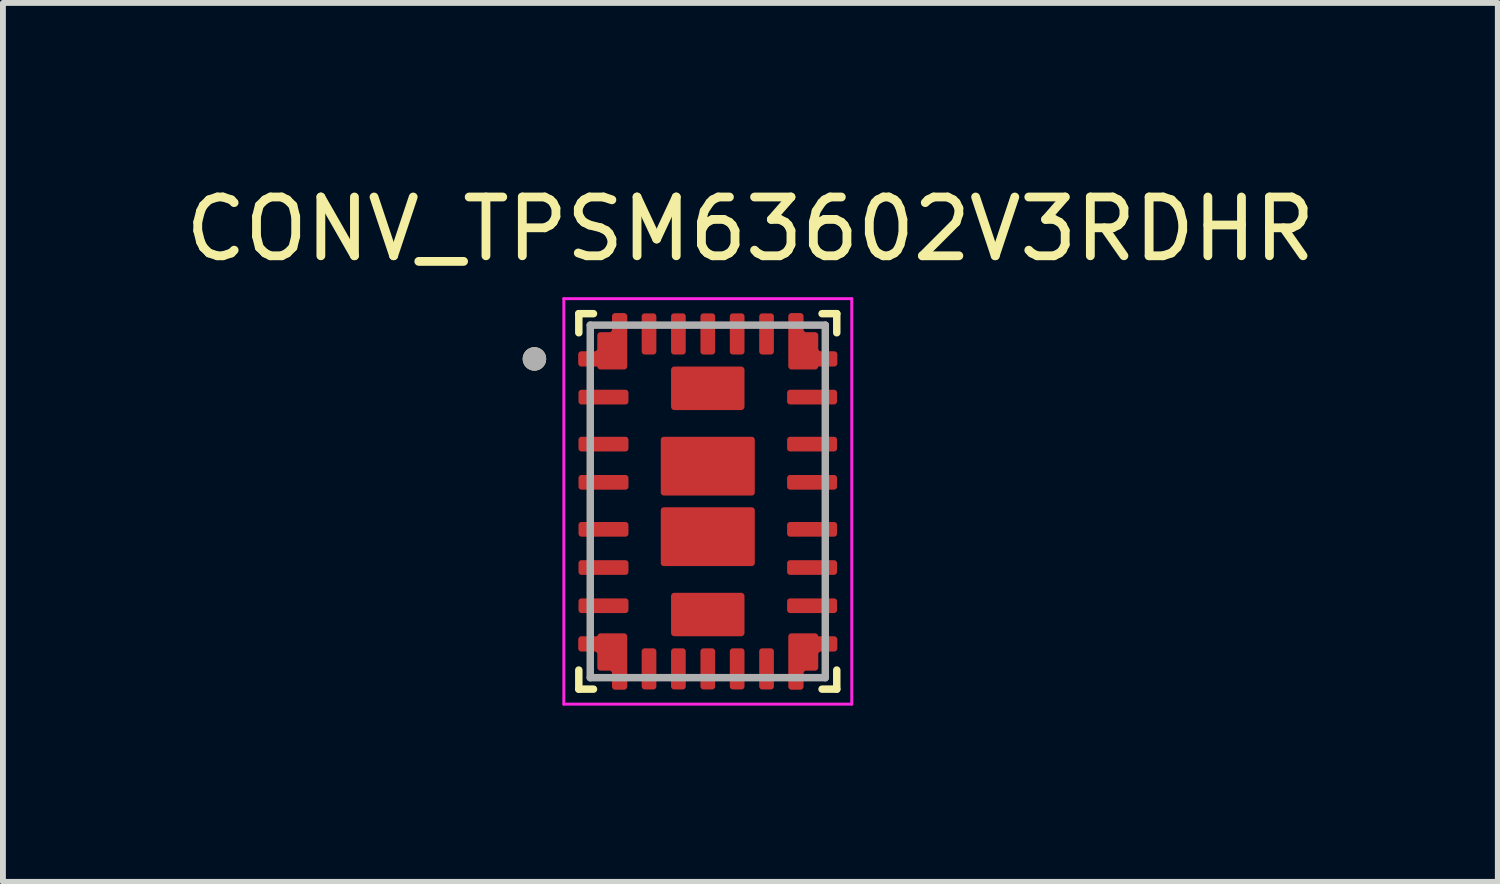
<source format=kicad_pcb>
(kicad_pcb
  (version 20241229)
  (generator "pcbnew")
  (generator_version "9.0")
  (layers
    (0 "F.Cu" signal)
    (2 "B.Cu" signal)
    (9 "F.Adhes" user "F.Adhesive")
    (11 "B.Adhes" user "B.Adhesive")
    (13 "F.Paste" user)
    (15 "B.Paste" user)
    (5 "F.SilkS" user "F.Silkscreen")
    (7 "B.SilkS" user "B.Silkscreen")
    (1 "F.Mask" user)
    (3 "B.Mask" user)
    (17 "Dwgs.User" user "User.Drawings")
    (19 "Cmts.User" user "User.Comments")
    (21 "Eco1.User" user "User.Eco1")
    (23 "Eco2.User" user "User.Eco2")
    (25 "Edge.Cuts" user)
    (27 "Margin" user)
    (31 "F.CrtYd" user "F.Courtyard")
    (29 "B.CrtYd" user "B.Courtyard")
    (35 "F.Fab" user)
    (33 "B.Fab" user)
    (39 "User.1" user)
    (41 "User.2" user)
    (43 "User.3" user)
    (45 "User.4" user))
  (footprint "CONV_TPSM63602V3RDHR"
    (layer "F.Cu")
    (at 8.995 5.483)
    (property "Reference" "CONV_TPSM63602V3RDHR" (at 0.725 -4.635 0) (layer "F.SilkS") (effects (font (size 1 1) (thickness 0.15))))
    (attr smd)
    (fp_poly (pts (xy -1.3 -1.85) (xy -1.3 -1.7) (xy -1.3 -1.695) (xy -1.301 -1.69) (xy -1.301 -1.684) (xy -1.302 -1.679) (xy -1.303 -1.674) (xy -1.305 -1.669) (xy -1.307 -1.664) (xy -1.309 -1.659) (xy -1.311 -1.655) (xy -1.313 -1.65) (xy -1.316 -1.646) (xy -1.319 -1.641) (xy -1.322 -1.637) (xy -1.326 -1.633) (xy -1.329 -1.629) (xy -1.333 -1.626) (xy -1.337 -1.622) (xy -1.341 -1.619) (xy -1.346 -1.616) (xy -1.35 -1.613) (xy -1.355 -1.611) (xy -1.359 -1.609) (xy -1.364 -1.607) (xy -1.369 -1.605) (xy -1.374 -1.603) (xy -1.379 -1.602) (xy -1.384 -1.601) (xy -1.39 -1.601) (xy -1.395 -1.6) (xy -1.4 -1.6) (xy -2.15 -1.6) (xy -2.155 -1.6) (xy -2.16 -1.601) (xy -2.166 -1.601) (xy -2.171 -1.602) (xy -2.176 -1.603) (xy -2.181 -1.605) (xy -2.186 -1.607) (xy -2.191 -1.609) (xy -2.195 -1.611) (xy -2.2 -1.613) (xy -2.204 -1.616) (xy -2.209 -1.619) (xy -2.213 -1.622) (xy -2.217 -1.626) (xy -2.221 -1.629) (xy -2.224 -1.633) (xy -2.228 -1.637) (xy -2.231 -1.641) (xy -2.234 -1.646) (xy -2.237 -1.65) (xy -2.239 -1.655) (xy -2.241 -1.659) (xy -2.243 -1.664) (xy -2.245 -1.669) (xy -2.247 -1.674) (xy -2.248 -1.679) (xy -2.249 -1.684) (xy -2.249 -1.69) (xy -2.25 -1.695) (xy -2.25 -1.7) (xy -2.25 -1.85) (xy -2.25 -1.855) (xy -2.249 -1.86) (xy -2.249 -1.866) (xy -2.248 -1.871) (xy -2.247 -1.876) (xy -2.245 -1.881) (xy -2.243 -1.886) (xy -2.241 -1.891) (xy -2.239 -1.895) (xy -2.237 -1.9) (xy -2.234 -1.904) (xy -2.231 -1.909) (xy -2.228 -1.913) (xy -2.224 -1.917) (xy -2.221 -1.921) (xy -2.217 -1.924) (xy -2.213 -1.928) (xy -2.209 -1.931) (xy -2.204 -1.934) (xy -2.2 -1.937) (xy -2.195 -1.939) (xy -2.191 -1.941) (xy -2.186 -1.943) (xy -2.181 -1.945) (xy -2.176 -1.947) (xy -2.171 -1.948) (xy -2.166 -1.949) (xy -2.16 -1.949) (xy -2.155 -1.95) (xy -2.15 -1.95) (xy -1.4 -1.95) (xy -1.395 -1.95) (xy -1.39 -1.949) (xy -1.384 -1.949) (xy -1.379 -1.948) (xy -1.374 -1.947) (xy -1.369 -1.945) (xy -1.364 -1.943) (xy -1.359 -1.941) (xy -1.355 -1.939) (xy -1.35 -1.937) (xy -1.346 -1.934) (xy -1.341 -1.931) (xy -1.337 -1.928) (xy -1.333 -1.924) (xy -1.329 -1.921) (xy -1.326 -1.917) (xy -1.322 -1.913) (xy -1.319 -1.909) (xy -1.316 -1.904) (xy -1.313 -1.9) (xy -1.311 -1.895) (xy -1.309 -1.891) (xy -1.307 -1.886) (xy -1.305 -1.881) (xy -1.303 -1.876) (xy -1.302 -1.871) (xy -1.301 -1.866) (xy -1.301 -1.86) (xy -1.3 -1.855) (xy -1.3 -1.85)) (stroke (width 0.01) (type solid)) (fill yes) (layer "F.Mask"))
    (fp_poly (pts (xy -1.3 -1.05) (xy -1.3 -0.9) (xy -1.3 -0.895) (xy -1.301 -0.89) (xy -1.301 -0.884) (xy -1.302 -0.879) (xy -1.303 -0.874) (xy -1.305 -0.869) (xy -1.307 -0.864) (xy -1.309 -0.859) (xy -1.311 -0.855) (xy -1.313 -0.85) (xy -1.316 -0.846) (xy -1.319 -0.841) (xy -1.322 -0.837) (xy -1.326 -0.833) (xy -1.329 -0.829) (xy -1.333 -0.826) (xy -1.337 -0.822) (xy -1.341 -0.819) (xy -1.346 -0.816) (xy -1.35 -0.813) (xy -1.355 -0.811) (xy -1.359 -0.809) (xy -1.364 -0.807) (xy -1.369 -0.805) (xy -1.374 -0.803) (xy -1.379 -0.802) (xy -1.384 -0.801) (xy -1.39 -0.801) (xy -1.395 -0.8) (xy -1.4 -0.8) (xy -2.15 -0.8) (xy -2.155 -0.8) (xy -2.16 -0.801) (xy -2.166 -0.801) (xy -2.171 -0.802) (xy -2.176 -0.803) (xy -2.181 -0.805) (xy -2.186 -0.807) (xy -2.191 -0.809) (xy -2.195 -0.811) (xy -2.2 -0.813) (xy -2.204 -0.816) (xy -2.209 -0.819) (xy -2.213 -0.822) (xy -2.217 -0.826) (xy -2.221 -0.829) (xy -2.224 -0.833) (xy -2.228 -0.837) (xy -2.231 -0.841) (xy -2.234 -0.846) (xy -2.237 -0.85) (xy -2.239 -0.855) (xy -2.241 -0.859) (xy -2.243 -0.864) (xy -2.245 -0.869) (xy -2.247 -0.874) (xy -2.248 -0.879) (xy -2.249 -0.884) (xy -2.249 -0.89) (xy -2.25 -0.895) (xy -2.25 -0.9) (xy -2.25 -1.05) (xy -2.25 -1.055) (xy -2.249 -1.06) (xy -2.249 -1.066) (xy -2.248 -1.071) (xy -2.247 -1.076) (xy -2.245 -1.081) (xy -2.243 -1.086) (xy -2.241 -1.091) (xy -2.239 -1.095) (xy -2.237 -1.1) (xy -2.234 -1.104) (xy -2.231 -1.109) (xy -2.228 -1.113) (xy -2.224 -1.117) (xy -2.221 -1.121) (xy -2.217 -1.124) (xy -2.213 -1.128) (xy -2.209 -1.131) (xy -2.204 -1.134) (xy -2.2 -1.137) (xy -2.195 -1.139) (xy -2.191 -1.141) (xy -2.186 -1.143) (xy -2.181 -1.145) (xy -2.176 -1.147) (xy -2.171 -1.148) (xy -2.166 -1.149) (xy -2.16 -1.149) (xy -2.155 -1.15) (xy -2.15 -1.15) (xy -1.4 -1.15) (xy -1.395 -1.15) (xy -1.39 -1.149) (xy -1.384 -1.149) (xy -1.379 -1.148) (xy -1.374 -1.147) (xy -1.369 -1.145) (xy -1.364 -1.143) (xy -1.359 -1.141) (xy -1.355 -1.139) (xy -1.35 -1.137) (xy -1.346 -1.134) (xy -1.341 -1.131) (xy -1.337 -1.128) (xy -1.333 -1.124) (xy -1.329 -1.121) (xy -1.326 -1.117) (xy -1.322 -1.113) (xy -1.319 -1.109) (xy -1.316 -1.104) (xy -1.313 -1.1) (xy -1.311 -1.095) (xy -1.309 -1.091) (xy -1.307 -1.086) (xy -1.305 -1.081) (xy -1.303 -1.076) (xy -1.302 -1.071) (xy -1.301 -1.066) (xy -1.301 -1.06) (xy -1.3 -1.055) (xy -1.3 -1.05)) (stroke (width 0.01) (type solid)) (fill yes) (layer "F.Mask"))
    (fp_poly (pts (xy -1.3 -0.4) (xy -1.3 -0.25) (xy -1.3 -0.245) (xy -1.301 -0.24) (xy -1.301 -0.234) (xy -1.302 -0.229) (xy -1.303 -0.224) (xy -1.305 -0.219) (xy -1.307 -0.214) (xy -1.309 -0.209) (xy -1.311 -0.205) (xy -1.313 -0.2) (xy -1.316 -0.196) (xy -1.319 -0.191) (xy -1.322 -0.187) (xy -1.326 -0.183) (xy -1.329 -0.179) (xy -1.333 -0.176) (xy -1.337 -0.172) (xy -1.341 -0.169) (xy -1.346 -0.166) (xy -1.35 -0.163) (xy -1.355 -0.161) (xy -1.359 -0.159) (xy -1.364 -0.157) (xy -1.369 -0.155) (xy -1.374 -0.153) (xy -1.379 -0.152) (xy -1.384 -0.151) (xy -1.39 -0.151) (xy -1.395 -0.15) (xy -1.4 -0.15) (xy -2.15 -0.15) (xy -2.155 -0.15) (xy -2.16 -0.151) (xy -2.166 -0.151) (xy -2.171 -0.152) (xy -2.176 -0.153) (xy -2.181 -0.155) (xy -2.186 -0.157) (xy -2.191 -0.159) (xy -2.195 -0.161) (xy -2.2 -0.163) (xy -2.204 -0.166) (xy -2.209 -0.169) (xy -2.213 -0.172) (xy -2.217 -0.176) (xy -2.221 -0.179) (xy -2.224 -0.183) (xy -2.228 -0.187) (xy -2.231 -0.191) (xy -2.234 -0.196) (xy -2.237 -0.2) (xy -2.239 -0.205) (xy -2.241 -0.209) (xy -2.243 -0.214) (xy -2.245 -0.219) (xy -2.247 -0.224) (xy -2.248 -0.229) (xy -2.249 -0.234) (xy -2.249 -0.24) (xy -2.25 -0.245) (xy -2.25 -0.25) (xy -2.25 -0.4) (xy -2.25 -0.405) (xy -2.249 -0.41) (xy -2.249 -0.416) (xy -2.248 -0.421) (xy -2.247 -0.426) (xy -2.245 -0.431) (xy -2.243 -0.436) (xy -2.241 -0.441) (xy -2.239 -0.445) (xy -2.237 -0.45) (xy -2.234 -0.454) (xy -2.231 -0.459) (xy -2.228 -0.463) (xy -2.224 -0.467) (xy -2.221 -0.471) (xy -2.217 -0.474) (xy -2.213 -0.478) (xy -2.209 -0.481) (xy -2.204 -0.484) (xy -2.2 -0.487) (xy -2.195 -0.489) (xy -2.191 -0.491) (xy -2.186 -0.493) (xy -2.181 -0.495) (xy -2.176 -0.497) (xy -2.171 -0.498) (xy -2.166 -0.499) (xy -2.16 -0.499) (xy -2.155 -0.5) (xy -2.15 -0.5) (xy -1.4 -0.5) (xy -1.395 -0.5) (xy -1.39 -0.499) (xy -1.384 -0.499) (xy -1.379 -0.498) (xy -1.374 -0.497) (xy -1.369 -0.495) (xy -1.364 -0.493) (xy -1.359 -0.491) (xy -1.355 -0.489) (xy -1.35 -0.487) (xy -1.346 -0.484) (xy -1.341 -0.481) (xy -1.337 -0.478) (xy -1.333 -0.474) (xy -1.329 -0.471) (xy -1.326 -0.467) (xy -1.322 -0.463) (xy -1.319 -0.459) (xy -1.316 -0.454) (xy -1.313 -0.45) (xy -1.311 -0.445) (xy -1.309 -0.441) (xy -1.307 -0.436) (xy -1.305 -0.431) (xy -1.303 -0.426) (xy -1.302 -0.421) (xy -1.301 -0.416) (xy -1.301 -0.41) (xy -1.3 -0.405) (xy -1.3 -0.4)) (stroke (width 0.01) (type solid)) (fill yes) (layer "F.Mask"))
    (fp_poly (pts (xy -1.3 0.4) (xy -1.3 0.55) (xy -1.3 0.555) (xy -1.301 0.56) (xy -1.301 0.566) (xy -1.302 0.571) (xy -1.303 0.576) (xy -1.305 0.581) (xy -1.307 0.586) (xy -1.309 0.591) (xy -1.311 0.595) (xy -1.313 0.6) (xy -1.316 0.604) (xy -1.319 0.609) (xy -1.322 0.613) (xy -1.326 0.617) (xy -1.329 0.621) (xy -1.333 0.624) (xy -1.337 0.628) (xy -1.341 0.631) (xy -1.346 0.634) (xy -1.35 0.637) (xy -1.355 0.639) (xy -1.359 0.641) (xy -1.364 0.643) (xy -1.369 0.645) (xy -1.374 0.647) (xy -1.379 0.648) (xy -1.384 0.649) (xy -1.39 0.649) (xy -1.395 0.65) (xy -1.4 0.65) (xy -2.15 0.65) (xy -2.155 0.65) (xy -2.16 0.649) (xy -2.166 0.649) (xy -2.171 0.648) (xy -2.176 0.647) (xy -2.181 0.645) (xy -2.186 0.643) (xy -2.191 0.641) (xy -2.195 0.639) (xy -2.2 0.637) (xy -2.204 0.634) (xy -2.209 0.631) (xy -2.213 0.628) (xy -2.217 0.624) (xy -2.221 0.621) (xy -2.224 0.617) (xy -2.228 0.613) (xy -2.231 0.609) (xy -2.234 0.604) (xy -2.237 0.6) (xy -2.239 0.595) (xy -2.241 0.591) (xy -2.243 0.586) (xy -2.245 0.581) (xy -2.247 0.576) (xy -2.248 0.571) (xy -2.249 0.566) (xy -2.249 0.56) (xy -2.25 0.555) (xy -2.25 0.55) (xy -2.25 0.4) (xy -2.25 0.395) (xy -2.249 0.39) (xy -2.249 0.384) (xy -2.248 0.379) (xy -2.247 0.374) (xy -2.245 0.369) (xy -2.243 0.364) (xy -2.241 0.359) (xy -2.239 0.355) (xy -2.237 0.35) (xy -2.234 0.346) (xy -2.231 0.341) (xy -2.228 0.337) (xy -2.224 0.333) (xy -2.221 0.329) (xy -2.217 0.326) (xy -2.213 0.322) (xy -2.209 0.319) (xy -2.204 0.316) (xy -2.2 0.313) (xy -2.195 0.311) (xy -2.191 0.309) (xy -2.186 0.307) (xy -2.181 0.305) (xy -2.176 0.303) (xy -2.171 0.302) (xy -2.166 0.301) (xy -2.16 0.301) (xy -2.155 0.3) (xy -2.15 0.3) (xy -1.4 0.3) (xy -1.395 0.3) (xy -1.39 0.301) (xy -1.384 0.301) (xy -1.379 0.302) (xy -1.374 0.303) (xy -1.369 0.305) (xy -1.364 0.307) (xy -1.359 0.309) (xy -1.355 0.311) (xy -1.35 0.313) (xy -1.346 0.316) (xy -1.341 0.319) (xy -1.337 0.322) (xy -1.333 0.326) (xy -1.329 0.329) (xy -1.326 0.333) (xy -1.322 0.337) (xy -1.319 0.341) (xy -1.316 0.346) (xy -1.313 0.35) (xy -1.311 0.355) (xy -1.309 0.359) (xy -1.307 0.364) (xy -1.305 0.369) (xy -1.303 0.374) (xy -1.302 0.379) (xy -1.301 0.384) (xy -1.301 0.39) (xy -1.3 0.395) (xy -1.3 0.4)) (stroke (width 0.01) (type solid)) (fill yes) (layer "F.Mask"))
    (fp_poly (pts (xy -1.3 1.05) (xy -1.3 1.2) (xy -1.3 1.205) (xy -1.301 1.21) (xy -1.301 1.216) (xy -1.302 1.221) (xy -1.303 1.226) (xy -1.305 1.231) (xy -1.307 1.236) (xy -1.309 1.241) (xy -1.311 1.245) (xy -1.313 1.25) (xy -1.316 1.254) (xy -1.319 1.259) (xy -1.322 1.263) (xy -1.326 1.267) (xy -1.329 1.271) (xy -1.333 1.274) (xy -1.337 1.278) (xy -1.341 1.281) (xy -1.346 1.284) (xy -1.35 1.287) (xy -1.355 1.289) (xy -1.359 1.291) (xy -1.364 1.293) (xy -1.369 1.295) (xy -1.374 1.297) (xy -1.379 1.298) (xy -1.384 1.299) (xy -1.39 1.299) (xy -1.395 1.3) (xy -1.4 1.3) (xy -2.15 1.3) (xy -2.155 1.3) (xy -2.16 1.299) (xy -2.166 1.299) (xy -2.171 1.298) (xy -2.176 1.297) (xy -2.181 1.295) (xy -2.186 1.293) (xy -2.191 1.291) (xy -2.195 1.289) (xy -2.2 1.287) (xy -2.204 1.284) (xy -2.209 1.281) (xy -2.213 1.278) (xy -2.217 1.274) (xy -2.221 1.271) (xy -2.224 1.267) (xy -2.228 1.263) (xy -2.231 1.259) (xy -2.234 1.254) (xy -2.237 1.25) (xy -2.239 1.245) (xy -2.241 1.241) (xy -2.243 1.236) (xy -2.245 1.231) (xy -2.247 1.226) (xy -2.248 1.221) (xy -2.249 1.216) (xy -2.249 1.21) (xy -2.25 1.205) (xy -2.25 1.2) (xy -2.25 1.05) (xy -2.25 1.045) (xy -2.249 1.04) (xy -2.249 1.034) (xy -2.248 1.029) (xy -2.247 1.024) (xy -2.245 1.019) (xy -2.243 1.014) (xy -2.241 1.009) (xy -2.239 1.005) (xy -2.237 1) (xy -2.234 0.996) (xy -2.231 0.991) (xy -2.228 0.987) (xy -2.224 0.983) (xy -2.221 0.979) (xy -2.217 0.976) (xy -2.213 0.972) (xy -2.209 0.969) (xy -2.204 0.966) (xy -2.2 0.963) (xy -2.195 0.961) (xy -2.191 0.959) (xy -2.186 0.957) (xy -2.181 0.955) (xy -2.176 0.953) (xy -2.171 0.952) (xy -2.166 0.951) (xy -2.16 0.951) (xy -2.155 0.95) (xy -2.15 0.95) (xy -1.4 0.95) (xy -1.395 0.95) (xy -1.39 0.951) (xy -1.384 0.951) (xy -1.379 0.952) (xy -1.374 0.953) (xy -1.369 0.955) (xy -1.364 0.957) (xy -1.359 0.959) (xy -1.355 0.961) (xy -1.35 0.963) (xy -1.346 0.966) (xy -1.341 0.969) (xy -1.337 0.972) (xy -1.333 0.976) (xy -1.329 0.979) (xy -1.326 0.983) (xy -1.322 0.987) (xy -1.319 0.991) (xy -1.316 0.996) (xy -1.313 1) (xy -1.311 1.005) (xy -1.309 1.009) (xy -1.307 1.014) (xy -1.305 1.019) (xy -1.303 1.024) (xy -1.302 1.029) (xy -1.301 1.034) (xy -1.301 1.04) (xy -1.3 1.045) (xy -1.3 1.05)) (stroke (width 0.01) (type solid)) (fill yes) (layer "F.Mask"))
    (fp_poly (pts (xy -1.3 1.7) (xy -1.3 1.85) (xy -1.3 1.855) (xy -1.301 1.86) (xy -1.301 1.866) (xy -1.302 1.871) (xy -1.303 1.876) (xy -1.305 1.881) (xy -1.307 1.886) (xy -1.309 1.891) (xy -1.311 1.895) (xy -1.313 1.9) (xy -1.316 1.904) (xy -1.319 1.909) (xy -1.322 1.913) (xy -1.326 1.917) (xy -1.329 1.921) (xy -1.333 1.924) (xy -1.337 1.928) (xy -1.341 1.931) (xy -1.346 1.934) (xy -1.35 1.937) (xy -1.355 1.939) (xy -1.359 1.941) (xy -1.364 1.943) (xy -1.369 1.945) (xy -1.374 1.947) (xy -1.379 1.948) (xy -1.384 1.949) (xy -1.39 1.949) (xy -1.395 1.95) (xy -1.4 1.95) (xy -2.15 1.95) (xy -2.155 1.95) (xy -2.16 1.949) (xy -2.166 1.949) (xy -2.171 1.948) (xy -2.176 1.947) (xy -2.181 1.945) (xy -2.186 1.943) (xy -2.191 1.941) (xy -2.195 1.939) (xy -2.2 1.937) (xy -2.204 1.934) (xy -2.209 1.931) (xy -2.213 1.928) (xy -2.217 1.924) (xy -2.221 1.921) (xy -2.224 1.917) (xy -2.228 1.913) (xy -2.231 1.909) (xy -2.234 1.904) (xy -2.237 1.9) (xy -2.239 1.895) (xy -2.241 1.891) (xy -2.243 1.886) (xy -2.245 1.881) (xy -2.247 1.876) (xy -2.248 1.871) (xy -2.249 1.866) (xy -2.249 1.86) (xy -2.25 1.855) (xy -2.25 1.85) (xy -2.25 1.7) (xy -2.25 1.695) (xy -2.249 1.69) (xy -2.249 1.684) (xy -2.248 1.679) (xy -2.247 1.674) (xy -2.245 1.669) (xy -2.243 1.664) (xy -2.241 1.659) (xy -2.239 1.655) (xy -2.237 1.65) (xy -2.234 1.646) (xy -2.231 1.641) (xy -2.228 1.637) (xy -2.224 1.633) (xy -2.221 1.629) (xy -2.217 1.626) (xy -2.213 1.622) (xy -2.209 1.619) (xy -2.204 1.616) (xy -2.2 1.613) (xy -2.195 1.611) (xy -2.191 1.609) (xy -2.186 1.607) (xy -2.181 1.605) (xy -2.176 1.603) (xy -2.171 1.602) (xy -2.166 1.601) (xy -2.16 1.601) (xy -2.155 1.6) (xy -2.15 1.6) (xy -1.4 1.6) (xy -1.395 1.6) (xy -1.39 1.601) (xy -1.384 1.601) (xy -1.379 1.602) (xy -1.374 1.603) (xy -1.369 1.605) (xy -1.364 1.607) (xy -1.359 1.609) (xy -1.355 1.611) (xy -1.35 1.613) (xy -1.346 1.616) (xy -1.341 1.619) (xy -1.337 1.622) (xy -1.333 1.626) (xy -1.329 1.629) (xy -1.326 1.633) (xy -1.322 1.637) (xy -1.319 1.641) (xy -1.316 1.646) (xy -1.313 1.65) (xy -1.311 1.655) (xy -1.309 1.659) (xy -1.307 1.664) (xy -1.305 1.669) (xy -1.303 1.674) (xy -1.302 1.679) (xy -1.301 1.684) (xy -1.301 1.69) (xy -1.3 1.695) (xy -1.3 1.7)) (stroke (width 0.01) (type solid)) (fill yes) (layer "F.Mask"))
    (fp_poly (pts (xy -1.075 -3.25) (xy -0.925 -3.25) (xy -0.92 -3.25) (xy -0.915 -3.249) (xy -0.909 -3.249) (xy -0.904 -3.248) (xy -0.899 -3.247) (xy -0.894 -3.245) (xy -0.889 -3.243) (xy -0.884 -3.241) (xy -0.88 -3.239) (xy -0.875 -3.237) (xy -0.871 -3.234) (xy -0.866 -3.231) (xy -0.862 -3.228) (xy -0.858 -3.224) (xy -0.854 -3.221) (xy -0.851 -3.217) (xy -0.847 -3.213) (xy -0.844 -3.209) (xy -0.841 -3.204) (xy -0.838 -3.2) (xy -0.836 -3.195) (xy -0.834 -3.191) (xy -0.832 -3.186) (xy -0.83 -3.181) (xy -0.828 -3.176) (xy -0.827 -3.171) (xy -0.826 -3.166) (xy -0.826 -3.16) (xy -0.825 -3.155) (xy -0.825 -3.15) (xy -0.825 -2.55) (xy -0.825 -2.545) (xy -0.826 -2.54) (xy -0.826 -2.534) (xy -0.827 -2.529) (xy -0.828 -2.524) (xy -0.83 -2.519) (xy -0.832 -2.514) (xy -0.834 -2.509) (xy -0.836 -2.505) (xy -0.838 -2.5) (xy -0.841 -2.496) (xy -0.844 -2.491) (xy -0.847 -2.487) (xy -0.851 -2.483) (xy -0.854 -2.479) (xy -0.858 -2.476) (xy -0.862 -2.472) (xy -0.866 -2.469) (xy -0.871 -2.466) (xy -0.875 -2.463) (xy -0.88 -2.461) (xy -0.884 -2.459) (xy -0.889 -2.457) (xy -0.894 -2.455) (xy -0.899 -2.453) (xy -0.904 -2.452) (xy -0.909 -2.451) (xy -0.915 -2.451) (xy -0.92 -2.45) (xy -0.925 -2.45) (xy -1.075 -2.45) (xy -1.08 -2.45) (xy -1.085 -2.451) (xy -1.091 -2.451) (xy -1.096 -2.452) (xy -1.101 -2.453) (xy -1.106 -2.455) (xy -1.111 -2.457) (xy -1.116 -2.459) (xy -1.12 -2.461) (xy -1.125 -2.463) (xy -1.129 -2.466) (xy -1.134 -2.469) (xy -1.138 -2.472) (xy -1.142 -2.476) (xy -1.146 -2.479) (xy -1.149 -2.483) (xy -1.153 -2.487) (xy -1.156 -2.491) (xy -1.159 -2.496) (xy -1.162 -2.5) (xy -1.164 -2.505) (xy -1.166 -2.509) (xy -1.168 -2.514) (xy -1.17 -2.519) (xy -1.172 -2.524) (xy -1.173 -2.529) (xy -1.174 -2.534) (xy -1.174 -2.54) (xy -1.175 -2.545) (xy -1.175 -2.55) (xy -1.175 -3.15) (xy -1.175 -3.155) (xy -1.174 -3.16) (xy -1.174 -3.166) (xy -1.173 -3.171) (xy -1.172 -3.176) (xy -1.17 -3.181) (xy -1.168 -3.186) (xy -1.166 -3.191) (xy -1.164 -3.195) (xy -1.162 -3.2) (xy -1.159 -3.204) (xy -1.156 -3.209) (xy -1.153 -3.213) (xy -1.149 -3.217) (xy -1.146 -3.221) (xy -1.142 -3.224) (xy -1.138 -3.228) (xy -1.134 -3.231) (xy -1.129 -3.234) (xy -1.125 -3.237) (xy -1.12 -3.239) (xy -1.116 -3.241) (xy -1.111 -3.243) (xy -1.106 -3.245) (xy -1.101 -3.247) (xy -1.096 -3.248) (xy -1.091 -3.249) (xy -1.085 -3.249) (xy -1.08 -3.25) (xy -1.075 -3.25)) (stroke (width 0.01) (type solid)) (fill yes) (layer "F.Mask"))
    (fp_poly (pts (xy -0.925 3.25) (xy -1.075 3.25) (xy -1.08 3.25) (xy -1.085 3.249) (xy -1.091 3.249) (xy -1.096 3.248) (xy -1.101 3.247) (xy -1.106 3.245) (xy -1.111 3.243) (xy -1.116 3.241) (xy -1.12 3.239) (xy -1.125 3.237) (xy -1.129 3.234) (xy -1.134 3.231) (xy -1.138 3.228) (xy -1.142 3.224) (xy -1.146 3.221) (xy -1.149 3.217) (xy -1.153 3.213) (xy -1.156 3.209) (xy -1.159 3.204) (xy -1.162 3.2) (xy -1.164 3.195) (xy -1.166 3.191) (xy -1.168 3.186) (xy -1.17 3.181) (xy -1.172 3.176) (xy -1.173 3.171) (xy -1.174 3.166) (xy -1.174 3.16) (xy -1.175 3.155) (xy -1.175 3.15) (xy -1.175 2.55) (xy -1.175 2.545) (xy -1.174 2.54) (xy -1.174 2.534) (xy -1.173 2.529) (xy -1.172 2.524) (xy -1.17 2.519) (xy -1.168 2.514) (xy -1.166 2.509) (xy -1.164 2.505) (xy -1.162 2.5) (xy -1.159 2.496) (xy -1.156 2.491) (xy -1.153 2.487) (xy -1.149 2.483) (xy -1.146 2.479) (xy -1.142 2.476) (xy -1.138 2.472) (xy -1.134 2.469) (xy -1.129 2.466) (xy -1.125 2.463) (xy -1.12 2.461) (xy -1.116 2.459) (xy -1.111 2.457) (xy -1.106 2.455) (xy -1.101 2.453) (xy -1.096 2.452) (xy -1.091 2.451) (xy -1.085 2.451) (xy -1.08 2.45) (xy -1.075 2.45) (xy -0.925 2.45) (xy -0.92 2.45) (xy -0.915 2.451) (xy -0.909 2.451) (xy -0.904 2.452) (xy -0.899 2.453) (xy -0.894 2.455) (xy -0.889 2.457) (xy -0.884 2.459) (xy -0.88 2.461) (xy -0.875 2.463) (xy -0.871 2.466) (xy -0.866 2.469) (xy -0.862 2.472) (xy -0.858 2.476) (xy -0.854 2.479) (xy -0.851 2.483) (xy -0.847 2.487) (xy -0.844 2.491) (xy -0.841 2.496) (xy -0.838 2.5) (xy -0.836 2.505) (xy -0.834 2.509) (xy -0.832 2.514) (xy -0.83 2.519) (xy -0.828 2.524) (xy -0.827 2.529) (xy -0.826 2.534) (xy -0.826 2.54) (xy -0.825 2.545) (xy -0.825 2.55) (xy -0.825 3.15) (xy -0.825 3.155) (xy -0.826 3.16) (xy -0.826 3.166) (xy -0.827 3.171) (xy -0.828 3.176) (xy -0.83 3.181) (xy -0.832 3.186) (xy -0.834 3.191) (xy -0.836 3.195) (xy -0.838 3.2) (xy -0.841 3.204) (xy -0.844 3.209) (xy -0.847 3.213) (xy -0.851 3.217) (xy -0.854 3.221) (xy -0.858 3.224) (xy -0.862 3.228) (xy -0.866 3.231) (xy -0.871 3.234) (xy -0.875 3.237) (xy -0.88 3.239) (xy -0.884 3.241) (xy -0.889 3.243) (xy -0.894 3.245) (xy -0.899 3.247) (xy -0.904 3.248) (xy -0.909 3.249) (xy -0.915 3.249) (xy -0.92 3.25) (xy -0.925 3.25)) (stroke (width 0.01) (type solid)) (fill yes) (layer "F.Mask"))
    (fp_poly (pts (xy -0.75 -1.15) (xy 0.75 -1.15) (xy 0.755 -1.15) (xy 0.76 -1.149) (xy 0.766 -1.149) (xy 0.771 -1.148) (xy 0.776 -1.147) (xy 0.781 -1.145) (xy 0.786 -1.143) (xy 0.791 -1.141) (xy 0.795 -1.139) (xy 0.8 -1.137) (xy 0.804 -1.134) (xy 0.809 -1.131) (xy 0.813 -1.128) (xy 0.817 -1.124) (xy 0.821 -1.121) (xy 0.824 -1.117) (xy 0.828 -1.113) (xy 0.831 -1.109) (xy 0.834 -1.104) (xy 0.837 -1.1) (xy 0.839 -1.095) (xy 0.841 -1.091) (xy 0.843 -1.086) (xy 0.845 -1.081) (xy 0.847 -1.076) (xy 0.848 -1.071) (xy 0.849 -1.066) (xy 0.849 -1.06) (xy 0.85 -1.055) (xy 0.85 -1.05) (xy 0.85 -0.15) (xy 0.85 -0.145) (xy 0.849 -0.14) (xy 0.849 -0.134) (xy 0.848 -0.129) (xy 0.847 -0.124) (xy 0.845 -0.119) (xy 0.843 -0.114) (xy 0.841 -0.109) (xy 0.839 -0.105) (xy 0.837 -0.1) (xy 0.834 -0.096) (xy 0.831 -0.091) (xy 0.828 -0.087) (xy 0.824 -0.083) (xy 0.821 -0.079) (xy 0.817 -0.076) (xy 0.813 -0.072) (xy 0.809 -0.069) (xy 0.804 -0.066) (xy 0.8 -0.063) (xy 0.795 -0.061) (xy 0.791 -0.059) (xy 0.786 -0.057) (xy 0.781 -0.055) (xy 0.776 -0.053) (xy 0.771 -0.052) (xy 0.766 -0.051) (xy 0.76 -0.051) (xy 0.755 -0.05) (xy 0.75 -0.05) (xy -0.75 -0.05) (xy -0.755 -0.05) (xy -0.76 -0.051) (xy -0.766 -0.051) (xy -0.771 -0.052) (xy -0.776 -0.053) (xy -0.781 -0.055) (xy -0.786 -0.057) (xy -0.791 -0.059) (xy -0.795 -0.061) (xy -0.8 -0.063) (xy -0.804 -0.066) (xy -0.809 -0.069) (xy -0.813 -0.072) (xy -0.817 -0.076) (xy -0.821 -0.079) (xy -0.824 -0.083) (xy -0.828 -0.087) (xy -0.831 -0.091) (xy -0.834 -0.096) (xy -0.837 -0.1) (xy -0.839 -0.105) (xy -0.841 -0.109) (xy -0.843 -0.114) (xy -0.845 -0.119) (xy -0.847 -0.124) (xy -0.848 -0.129) (xy -0.849 -0.134) (xy -0.849 -0.14) (xy -0.85 -0.145) (xy -0.85 -0.15) (xy -0.85 -1.05) (xy -0.85 -1.055) (xy -0.849 -1.06) (xy -0.849 -1.066) (xy -0.848 -1.071) (xy -0.847 -1.076) (xy -0.845 -1.081) (xy -0.843 -1.086) (xy -0.841 -1.091) (xy -0.839 -1.095) (xy -0.837 -1.1) (xy -0.834 -1.104) (xy -0.831 -1.109) (xy -0.828 -1.113) (xy -0.824 -1.117) (xy -0.821 -1.121) (xy -0.817 -1.124) (xy -0.813 -1.128) (xy -0.809 -1.131) (xy -0.804 -1.134) (xy -0.8 -1.137) (xy -0.795 -1.139) (xy -0.791 -1.141) (xy -0.786 -1.143) (xy -0.781 -1.145) (xy -0.776 -1.147) (xy -0.771 -1.148) (xy -0.766 -1.149) (xy -0.76 -1.149) (xy -0.755 -1.15) (xy -0.75 -1.15)) (stroke (width 0.01) (type solid)) (fill yes) (layer "F.Mask"))
    (fp_poly (pts (xy -0.75 0.05) (xy 0.75 0.05) (xy 0.755 0.05) (xy 0.76 0.051) (xy 0.766 0.051) (xy 0.771 0.052) (xy 0.776 0.053) (xy 0.781 0.055) (xy 0.786 0.057) (xy 0.791 0.059) (xy 0.795 0.061) (xy 0.8 0.063) (xy 0.804 0.066) (xy 0.809 0.069) (xy 0.813 0.072) (xy 0.817 0.076) (xy 0.821 0.079) (xy 0.824 0.083) (xy 0.828 0.087) (xy 0.831 0.091) (xy 0.834 0.096) (xy 0.837 0.1) (xy 0.839 0.105) (xy 0.841 0.109) (xy 0.843 0.114) (xy 0.845 0.119) (xy 0.847 0.124) (xy 0.848 0.129) (xy 0.849 0.134) (xy 0.849 0.14) (xy 0.85 0.145) (xy 0.85 0.15) (xy 0.85 1.05) (xy 0.85 1.055) (xy 0.849 1.06) (xy 0.849 1.066) (xy 0.848 1.071) (xy 0.847 1.076) (xy 0.845 1.081) (xy 0.843 1.086) (xy 0.841 1.091) (xy 0.839 1.095) (xy 0.837 1.1) (xy 0.834 1.104) (xy 0.831 1.109) (xy 0.828 1.113) (xy 0.824 1.117) (xy 0.821 1.121) (xy 0.817 1.124) (xy 0.813 1.128) (xy 0.809 1.131) (xy 0.804 1.134) (xy 0.8 1.137) (xy 0.795 1.139) (xy 0.791 1.141) (xy 0.786 1.143) (xy 0.781 1.145) (xy 0.776 1.147) (xy 0.771 1.148) (xy 0.766 1.149) (xy 0.76 1.149) (xy 0.755 1.15) (xy 0.75 1.15) (xy -0.75 1.15) (xy -0.755 1.15) (xy -0.76 1.149) (xy -0.766 1.149) (xy -0.771 1.148) (xy -0.776 1.147) (xy -0.781 1.145) (xy -0.786 1.143) (xy -0.791 1.141) (xy -0.795 1.139) (xy -0.8 1.137) (xy -0.804 1.134) (xy -0.809 1.131) (xy -0.813 1.128) (xy -0.817 1.124) (xy -0.821 1.121) (xy -0.824 1.117) (xy -0.828 1.113) (xy -0.831 1.109) (xy -0.834 1.104) (xy -0.837 1.1) (xy -0.839 1.095) (xy -0.841 1.091) (xy -0.843 1.086) (xy -0.845 1.081) (xy -0.847 1.076) (xy -0.848 1.071) (xy -0.849 1.066) (xy -0.849 1.06) (xy -0.85 1.055) (xy -0.85 1.05) (xy -0.85 0.15) (xy -0.85 0.145) (xy -0.849 0.14) (xy -0.849 0.134) (xy -0.848 0.129) (xy -0.847 0.124) (xy -0.845 0.119) (xy -0.843 0.114) (xy -0.841 0.109) (xy -0.839 0.105) (xy -0.837 0.1) (xy -0.834 0.096) (xy -0.831 0.091) (xy -0.828 0.087) (xy -0.824 0.083) (xy -0.821 0.079) (xy -0.817 0.076) (xy -0.813 0.072) (xy -0.809 0.069) (xy -0.804 0.066) (xy -0.8 0.063) (xy -0.795 0.061) (xy -0.791 0.059) (xy -0.786 0.057) (xy -0.781 0.055) (xy -0.776 0.053) (xy -0.771 0.052) (xy -0.766 0.051) (xy -0.76 0.051) (xy -0.755 0.05) (xy -0.75 0.05)) (stroke (width 0.01) (type solid)) (fill yes) (layer "F.Mask"))
    (fp_poly (pts (xy -0.675 -2.245) (xy -0.675 -1.605) (xy -0.675 -1.6) (xy -0.674 -1.595) (xy -0.674 -1.589) (xy -0.673 -1.584) (xy -0.672 -1.579) (xy -0.67 -1.574) (xy -0.668 -1.569) (xy -0.666 -1.564) (xy -0.664 -1.56) (xy -0.662 -1.555) (xy -0.659 -1.551) (xy -0.656 -1.546) (xy -0.653 -1.542) (xy -0.649 -1.538) (xy -0.646 -1.534) (xy -0.642 -1.531) (xy -0.638 -1.527) (xy -0.634 -1.524) (xy -0.629 -1.521) (xy -0.625 -1.518) (xy -0.62 -1.516) (xy -0.616 -1.514) (xy -0.611 -1.512) (xy -0.606 -1.51) (xy -0.601 -1.508) (xy -0.596 -1.507) (xy -0.591 -1.506) (xy -0.585 -1.506) (xy -0.58 -1.505) (xy -0.575 -1.505) (xy 0.575 -1.505) (xy 0.58 -1.505) (xy 0.585 -1.506) (xy 0.591 -1.506) (xy 0.596 -1.507) (xy 0.601 -1.508) (xy 0.606 -1.51) (xy 0.611 -1.512) (xy 0.616 -1.514) (xy 0.62 -1.516) (xy 0.625 -1.518) (xy 0.629 -1.521) (xy 0.634 -1.524) (xy 0.638 -1.527) (xy 0.642 -1.531) (xy 0.646 -1.534) (xy 0.649 -1.538) (xy 0.653 -1.542) (xy 0.656 -1.546) (xy 0.659 -1.551) (xy 0.662 -1.555) (xy 0.664 -1.56) (xy 0.666 -1.564) (xy 0.668 -1.569) (xy 0.67 -1.574) (xy 0.672 -1.579) (xy 0.673 -1.584) (xy 0.674 -1.589) (xy 0.674 -1.595) (xy 0.675 -1.6) (xy 0.675 -1.605) (xy 0.675 -2.245) (xy 0.675 -2.25) (xy 0.674 -2.255) (xy 0.674 -2.261) (xy 0.673 -2.266) (xy 0.672 -2.271) (xy 0.67 -2.276) (xy 0.668 -2.281) (xy 0.666 -2.286) (xy 0.664 -2.29) (xy 0.662 -2.295) (xy 0.659 -2.299) (xy 0.656 -2.304) (xy 0.653 -2.308) (xy 0.649 -2.312) (xy 0.646 -2.316) (xy 0.642 -2.319) (xy 0.638 -2.323) (xy 0.634 -2.326) (xy 0.629 -2.329) (xy 0.625 -2.332) (xy 0.62 -2.334) (xy 0.616 -2.336) (xy 0.611 -2.338) (xy 0.606 -2.34) (xy 0.601 -2.342) (xy 0.596 -2.343) (xy 0.591 -2.344) (xy 0.585 -2.344) (xy 0.58 -2.345) (xy 0.575 -2.345) (xy -0.575 -2.345) (xy -0.58 -2.345) (xy -0.585 -2.344) (xy -0.591 -2.344) (xy -0.596 -2.343) (xy -0.601 -2.342) (xy -0.606 -2.34) (xy -0.611 -2.338) (xy -0.616 -2.336) (xy -0.62 -2.334) (xy -0.625 -2.332) (xy -0.629 -2.329) (xy -0.634 -2.326) (xy -0.638 -2.323) (xy -0.642 -2.319) (xy -0.646 -2.316) (xy -0.649 -2.312) (xy -0.653 -2.308) (xy -0.656 -2.304) (xy -0.659 -2.299) (xy -0.662 -2.295) (xy -0.664 -2.29) (xy -0.666 -2.286) (xy -0.668 -2.281) (xy -0.67 -2.276) (xy -0.672 -2.271) (xy -0.673 -2.266) (xy -0.674 -2.261) (xy -0.674 -2.255) (xy -0.675 -2.25) (xy -0.675 -2.245)) (stroke (width 0.01) (type solid)) (fill yes) (layer "F.Mask"))
    (fp_poly (pts (xy -0.675 1.605) (xy -0.675 2.245) (xy -0.675 2.25) (xy -0.674 2.255) (xy -0.674 2.261) (xy -0.673 2.266) (xy -0.672 2.271) (xy -0.67 2.276) (xy -0.668 2.281) (xy -0.666 2.286) (xy -0.664 2.29) (xy -0.662 2.295) (xy -0.659 2.299) (xy -0.656 2.304) (xy -0.653 2.308) (xy -0.649 2.312) (xy -0.646 2.316) (xy -0.642 2.319) (xy -0.638 2.323) (xy -0.634 2.326) (xy -0.629 2.329) (xy -0.625 2.332) (xy -0.62 2.334) (xy -0.616 2.336) (xy -0.611 2.338) (xy -0.606 2.34) (xy -0.601 2.342) (xy -0.596 2.343) (xy -0.591 2.344) (xy -0.585 2.344) (xy -0.58 2.345) (xy -0.575 2.345) (xy 0.575 2.345) (xy 0.58 2.345) (xy 0.585 2.344) (xy 0.591 2.344) (xy 0.596 2.343) (xy 0.601 2.342) (xy 0.606 2.34) (xy 0.611 2.338) (xy 0.616 2.336) (xy 0.62 2.334) (xy 0.625 2.332) (xy 0.629 2.329) (xy 0.634 2.326) (xy 0.638 2.323) (xy 0.642 2.319) (xy 0.646 2.316) (xy 0.649 2.312) (xy 0.653 2.308) (xy 0.656 2.304) (xy 0.659 2.299) (xy 0.662 2.295) (xy 0.664 2.29) (xy 0.666 2.286) (xy 0.668 2.281) (xy 0.67 2.276) (xy 0.672 2.271) (xy 0.673 2.266) (xy 0.674 2.261) (xy 0.674 2.255) (xy 0.675 2.25) (xy 0.675 2.245) (xy 0.675 1.605) (xy 0.675 1.6) (xy 0.674 1.595) (xy 0.674 1.589) (xy 0.673 1.584) (xy 0.672 1.579) (xy 0.67 1.574) (xy 0.668 1.569) (xy 0.666 1.564) (xy 0.664 1.56) (xy 0.662 1.555) (xy 0.659 1.551) (xy 0.656 1.546) (xy 0.653 1.542) (xy 0.649 1.538) (xy 0.646 1.534) (xy 0.642 1.531) (xy 0.638 1.527) (xy 0.634 1.524) (xy 0.629 1.521) (xy 0.625 1.518) (xy 0.62 1.516) (xy 0.616 1.514) (xy 0.611 1.512) (xy 0.606 1.51) (xy 0.601 1.508) (xy 0.596 1.507) (xy 0.591 1.506) (xy 0.585 1.506) (xy 0.58 1.505) (xy 0.575 1.505) (xy -0.575 1.505) (xy -0.58 1.505) (xy -0.585 1.506) (xy -0.591 1.506) (xy -0.596 1.507) (xy -0.601 1.508) (xy -0.606 1.51) (xy -0.611 1.512) (xy -0.616 1.514) (xy -0.62 1.516) (xy -0.625 1.518) (xy -0.629 1.521) (xy -0.634 1.524) (xy -0.638 1.527) (xy -0.642 1.531) (xy -0.646 1.534) (xy -0.649 1.538) (xy -0.653 1.542) (xy -0.656 1.546) (xy -0.659 1.551) (xy -0.662 1.555) (xy -0.664 1.56) (xy -0.666 1.564) (xy -0.668 1.569) (xy -0.67 1.574) (xy -0.672 1.579) (xy -0.673 1.584) (xy -0.674 1.589) (xy -0.674 1.595) (xy -0.675 1.6) (xy -0.675 1.605)) (stroke (width 0.01) (type solid)) (fill yes) (layer "F.Mask"))
    (fp_poly (pts (xy -0.575 -3.25) (xy -0.425 -3.25) (xy -0.42 -3.25) (xy -0.415 -3.249) (xy -0.409 -3.249) (xy -0.404 -3.248) (xy -0.399 -3.247) (xy -0.394 -3.245) (xy -0.389 -3.243) (xy -0.384 -3.241) (xy -0.38 -3.239) (xy -0.375 -3.237) (xy -0.371 -3.234) (xy -0.366 -3.231) (xy -0.362 -3.228) (xy -0.358 -3.224) (xy -0.354 -3.221) (xy -0.351 -3.217) (xy -0.347 -3.213) (xy -0.344 -3.209) (xy -0.341 -3.204) (xy -0.338 -3.2) (xy -0.336 -3.195) (xy -0.334 -3.191) (xy -0.332 -3.186) (xy -0.33 -3.181) (xy -0.328 -3.176) (xy -0.327 -3.171) (xy -0.326 -3.166) (xy -0.326 -3.16) (xy -0.325 -3.155) (xy -0.325 -3.15) (xy -0.325 -2.55) (xy -0.325 -2.545) (xy -0.326 -2.54) (xy -0.326 -2.534) (xy -0.327 -2.529) (xy -0.328 -2.524) (xy -0.33 -2.519) (xy -0.332 -2.514) (xy -0.334 -2.509) (xy -0.336 -2.505) (xy -0.338 -2.5) (xy -0.341 -2.496) (xy -0.344 -2.491) (xy -0.347 -2.487) (xy -0.351 -2.483) (xy -0.354 -2.479) (xy -0.358 -2.476) (xy -0.362 -2.472) (xy -0.366 -2.469) (xy -0.371 -2.466) (xy -0.375 -2.463) (xy -0.38 -2.461) (xy -0.384 -2.459) (xy -0.389 -2.457) (xy -0.394 -2.455) (xy -0.399 -2.453) (xy -0.404 -2.452) (xy -0.409 -2.451) (xy -0.415 -2.451) (xy -0.42 -2.45) (xy -0.425 -2.45) (xy -0.575 -2.45) (xy -0.58 -2.45) (xy -0.585 -2.451) (xy -0.591 -2.451) (xy -0.596 -2.452) (xy -0.601 -2.453) (xy -0.606 -2.455) (xy -0.611 -2.457) (xy -0.616 -2.459) (xy -0.62 -2.461) (xy -0.625 -2.463) (xy -0.629 -2.466) (xy -0.634 -2.469) (xy -0.638 -2.472) (xy -0.642 -2.476) (xy -0.646 -2.479) (xy -0.649 -2.483) (xy -0.653 -2.487) (xy -0.656 -2.491) (xy -0.659 -2.496) (xy -0.662 -2.5) (xy -0.664 -2.505) (xy -0.666 -2.509) (xy -0.668 -2.514) (xy -0.67 -2.519) (xy -0.672 -2.524) (xy -0.673 -2.529) (xy -0.674 -2.534) (xy -0.674 -2.54) (xy -0.675 -2.545) (xy -0.675 -2.55) (xy -0.675 -3.15) (xy -0.675 -3.155) (xy -0.674 -3.16) (xy -0.674 -3.166) (xy -0.673 -3.171) (xy -0.672 -3.176) (xy -0.67 -3.181) (xy -0.668 -3.186) (xy -0.666 -3.191) (xy -0.664 -3.195) (xy -0.662 -3.2) (xy -0.659 -3.204) (xy -0.656 -3.209) (xy -0.653 -3.213) (xy -0.649 -3.217) (xy -0.646 -3.221) (xy -0.642 -3.224) (xy -0.638 -3.228) (xy -0.634 -3.231) (xy -0.629 -3.234) (xy -0.625 -3.237) (xy -0.62 -3.239) (xy -0.616 -3.241) (xy -0.611 -3.243) (xy -0.606 -3.245) (xy -0.601 -3.247) (xy -0.596 -3.248) (xy -0.591 -3.249) (xy -0.585 -3.249) (xy -0.58 -3.25) (xy -0.575 -3.25)) (stroke (width 0.01) (type solid)) (fill yes) (layer "F.Mask"))
    (fp_poly (pts (xy -0.425 3.25) (xy -0.575 3.25) (xy -0.58 3.25) (xy -0.585 3.249) (xy -0.591 3.249) (xy -0.596 3.248) (xy -0.601 3.247) (xy -0.606 3.245) (xy -0.611 3.243) (xy -0.616 3.241) (xy -0.62 3.239) (xy -0.625 3.237) (xy -0.629 3.234) (xy -0.634 3.231) (xy -0.638 3.228) (xy -0.642 3.224) (xy -0.646 3.221) (xy -0.649 3.217) (xy -0.653 3.213) (xy -0.656 3.209) (xy -0.659 3.204) (xy -0.662 3.2) (xy -0.664 3.195) (xy -0.666 3.191) (xy -0.668 3.186) (xy -0.67 3.181) (xy -0.672 3.176) (xy -0.673 3.171) (xy -0.674 3.166) (xy -0.674 3.16) (xy -0.675 3.155) (xy -0.675 3.15) (xy -0.675 2.55) (xy -0.675 2.545) (xy -0.674 2.54) (xy -0.674 2.534) (xy -0.673 2.529) (xy -0.672 2.524) (xy -0.67 2.519) (xy -0.668 2.514) (xy -0.666 2.509) (xy -0.664 2.505) (xy -0.662 2.5) (xy -0.659 2.496) (xy -0.656 2.491) (xy -0.653 2.487) (xy -0.649 2.483) (xy -0.646 2.479) (xy -0.642 2.476) (xy -0.638 2.472) (xy -0.634 2.469) (xy -0.629 2.466) (xy -0.625 2.463) (xy -0.62 2.461) (xy -0.616 2.459) (xy -0.611 2.457) (xy -0.606 2.455) (xy -0.601 2.453) (xy -0.596 2.452) (xy -0.591 2.451) (xy -0.585 2.451) (xy -0.58 2.45) (xy -0.575 2.45) (xy -0.425 2.45) (xy -0.42 2.45) (xy -0.415 2.451) (xy -0.409 2.451) (xy -0.404 2.452) (xy -0.399 2.453) (xy -0.394 2.455) (xy -0.389 2.457) (xy -0.384 2.459) (xy -0.38 2.461) (xy -0.375 2.463) (xy -0.371 2.466) (xy -0.366 2.469) (xy -0.362 2.472) (xy -0.358 2.476) (xy -0.354 2.479) (xy -0.351 2.483) (xy -0.347 2.487) (xy -0.344 2.491) (xy -0.341 2.496) (xy -0.338 2.5) (xy -0.336 2.505) (xy -0.334 2.509) (xy -0.332 2.514) (xy -0.33 2.519) (xy -0.328 2.524) (xy -0.327 2.529) (xy -0.326 2.534) (xy -0.326 2.54) (xy -0.325 2.545) (xy -0.325 2.55) (xy -0.325 3.15) (xy -0.325 3.155) (xy -0.326 3.16) (xy -0.326 3.166) (xy -0.327 3.171) (xy -0.328 3.176) (xy -0.33 3.181) (xy -0.332 3.186) (xy -0.334 3.191) (xy -0.336 3.195) (xy -0.338 3.2) (xy -0.341 3.204) (xy -0.344 3.209) (xy -0.347 3.213) (xy -0.351 3.217) (xy -0.354 3.221) (xy -0.358 3.224) (xy -0.362 3.228) (xy -0.366 3.231) (xy -0.371 3.234) (xy -0.375 3.237) (xy -0.38 3.239) (xy -0.384 3.241) (xy -0.389 3.243) (xy -0.394 3.245) (xy -0.399 3.247) (xy -0.404 3.248) (xy -0.409 3.249) (xy -0.415 3.249) (xy -0.42 3.25) (xy -0.425 3.25)) (stroke (width 0.01) (type solid)) (fill yes) (layer "F.Mask"))
    (fp_poly (pts (xy -0.075 -3.25) (xy 0.075 -3.25) (xy 0.08 -3.25) (xy 0.085 -3.249) (xy 0.091 -3.249) (xy 0.096 -3.248) (xy 0.101 -3.247) (xy 0.106 -3.245) (xy 0.111 -3.243) (xy 0.116 -3.241) (xy 0.12 -3.239) (xy 0.125 -3.237) (xy 0.129 -3.234) (xy 0.134 -3.231) (xy 0.138 -3.228) (xy 0.142 -3.224) (xy 0.146 -3.221) (xy 0.149 -3.217) (xy 0.153 -3.213) (xy 0.156 -3.209) (xy 0.159 -3.204) (xy 0.162 -3.2) (xy 0.164 -3.195) (xy 0.166 -3.191) (xy 0.168 -3.186) (xy 0.17 -3.181) (xy 0.172 -3.176) (xy 0.173 -3.171) (xy 0.174 -3.166) (xy 0.174 -3.16) (xy 0.175 -3.155) (xy 0.175 -3.15) (xy 0.175 -2.55) (xy 0.175 -2.545) (xy 0.174 -2.54) (xy 0.174 -2.534) (xy 0.173 -2.529) (xy 0.172 -2.524) (xy 0.17 -2.519) (xy 0.168 -2.514) (xy 0.166 -2.509) (xy 0.164 -2.505) (xy 0.162 -2.5) (xy 0.159 -2.496) (xy 0.156 -2.491) (xy 0.153 -2.487) (xy 0.149 -2.483) (xy 0.146 -2.479) (xy 0.142 -2.476) (xy 0.138 -2.472) (xy 0.134 -2.469) (xy 0.129 -2.466) (xy 0.125 -2.463) (xy 0.12 -2.461) (xy 0.116 -2.459) (xy 0.111 -2.457) (xy 0.106 -2.455) (xy 0.101 -2.453) (xy 0.096 -2.452) (xy 0.091 -2.451) (xy 0.085 -2.451) (xy 0.08 -2.45) (xy 0.075 -2.45) (xy -0.075 -2.45) (xy -0.08 -2.45) (xy -0.085 -2.451) (xy -0.091 -2.451) (xy -0.096 -2.452) (xy -0.101 -2.453) (xy -0.106 -2.455) (xy -0.111 -2.457) (xy -0.116 -2.459) (xy -0.12 -2.461) (xy -0.125 -2.463) (xy -0.129 -2.466) (xy -0.134 -2.469) (xy -0.138 -2.472) (xy -0.142 -2.476) (xy -0.146 -2.479) (xy -0.149 -2.483) (xy -0.153 -2.487) (xy -0.156 -2.491) (xy -0.159 -2.496) (xy -0.162 -2.5) (xy -0.164 -2.505) (xy -0.166 -2.509) (xy -0.168 -2.514) (xy -0.17 -2.519) (xy -0.172 -2.524) (xy -0.173 -2.529) (xy -0.174 -2.534) (xy -0.174 -2.54) (xy -0.175 -2.545) (xy -0.175 -2.55) (xy -0.175 -3.15) (xy -0.175 -3.155) (xy -0.174 -3.16) (xy -0.174 -3.166) (xy -0.173 -3.171) (xy -0.172 -3.176) (xy -0.17 -3.181) (xy -0.168 -3.186) (xy -0.166 -3.191) (xy -0.164 -3.195) (xy -0.162 -3.2) (xy -0.159 -3.204) (xy -0.156 -3.209) (xy -0.153 -3.213) (xy -0.149 -3.217) (xy -0.146 -3.221) (xy -0.142 -3.224) (xy -0.138 -3.228) (xy -0.134 -3.231) (xy -0.129 -3.234) (xy -0.125 -3.237) (xy -0.12 -3.239) (xy -0.116 -3.241) (xy -0.111 -3.243) (xy -0.106 -3.245) (xy -0.101 -3.247) (xy -0.096 -3.248) (xy -0.091 -3.249) (xy -0.085 -3.249) (xy -0.08 -3.25) (xy -0.075 -3.25)) (stroke (width 0.01) (type solid)) (fill yes) (layer "F.Mask"))
    (fp_poly (pts (xy 0.075 3.25) (xy -0.075 3.25) (xy -0.08 3.25) (xy -0.085 3.249) (xy -0.091 3.249) (xy -0.096 3.248) (xy -0.101 3.247) (xy -0.106 3.245) (xy -0.111 3.243) (xy -0.116 3.241) (xy -0.12 3.239) (xy -0.125 3.237) (xy -0.129 3.234) (xy -0.134 3.231) (xy -0.138 3.228) (xy -0.142 3.224) (xy -0.146 3.221) (xy -0.149 3.217) (xy -0.153 3.213) (xy -0.156 3.209) (xy -0.159 3.204) (xy -0.162 3.2) (xy -0.164 3.195) (xy -0.166 3.191) (xy -0.168 3.186) (xy -0.17 3.181) (xy -0.172 3.176) (xy -0.173 3.171) (xy -0.174 3.166) (xy -0.174 3.16) (xy -0.175 3.155) (xy -0.175 3.15) (xy -0.175 2.55) (xy -0.175 2.545) (xy -0.174 2.54) (xy -0.174 2.534) (xy -0.173 2.529) (xy -0.172 2.524) (xy -0.17 2.519) (xy -0.168 2.514) (xy -0.166 2.509) (xy -0.164 2.505) (xy -0.162 2.5) (xy -0.159 2.496) (xy -0.156 2.491) (xy -0.153 2.487) (xy -0.149 2.483) (xy -0.146 2.479) (xy -0.142 2.476) (xy -0.138 2.472) (xy -0.134 2.469) (xy -0.129 2.466) (xy -0.125 2.463) (xy -0.12 2.461) (xy -0.116 2.459) (xy -0.111 2.457) (xy -0.106 2.455) (xy -0.101 2.453) (xy -0.096 2.452) (xy -0.091 2.451) (xy -0.085 2.451) (xy -0.08 2.45) (xy -0.075 2.45) (xy 0.075 2.45) (xy 0.08 2.45) (xy 0.085 2.451) (xy 0.091 2.451) (xy 0.096 2.452) (xy 0.101 2.453) (xy 0.106 2.455) (xy 0.111 2.457) (xy 0.116 2.459) (xy 0.12 2.461) (xy 0.125 2.463) (xy 0.129 2.466) (xy 0.134 2.469) (xy 0.138 2.472) (xy 0.142 2.476) (xy 0.146 2.479) (xy 0.149 2.483) (xy 0.153 2.487) (xy 0.156 2.491) (xy 0.159 2.496) (xy 0.162 2.5) (xy 0.164 2.505) (xy 0.166 2.509) (xy 0.168 2.514) (xy 0.17 2.519) (xy 0.172 2.524) (xy 0.173 2.529) (xy 0.174 2.534) (xy 0.174 2.54) (xy 0.175 2.545) (xy 0.175 2.55) (xy 0.175 3.15) (xy 0.175 3.155) (xy 0.174 3.16) (xy 0.174 3.166) (xy 0.173 3.171) (xy 0.172 3.176) (xy 0.17 3.181) (xy 0.168 3.186) (xy 0.166 3.191) (xy 0.164 3.195) (xy 0.162 3.2) (xy 0.159 3.204) (xy 0.156 3.209) (xy 0.153 3.213) (xy 0.149 3.217) (xy 0.146 3.221) (xy 0.142 3.224) (xy 0.138 3.228) (xy 0.134 3.231) (xy 0.129 3.234) (xy 0.125 3.237) (xy 0.12 3.239) (xy 0.116 3.241) (xy 0.111 3.243) (xy 0.106 3.245) (xy 0.101 3.247) (xy 0.096 3.248) (xy 0.091 3.249) (xy 0.085 3.249) (xy 0.08 3.25) (xy 0.075 3.25)) (stroke (width 0.01) (type solid)) (fill yes) (layer "F.Mask"))
    (fp_poly (pts (xy 0.425 -3.25) (xy 0.575 -3.25) (xy 0.58 -3.25) (xy 0.585 -3.249) (xy 0.591 -3.249) (xy 0.596 -3.248) (xy 0.601 -3.247) (xy 0.606 -3.245) (xy 0.611 -3.243) (xy 0.616 -3.241) (xy 0.62 -3.239) (xy 0.625 -3.237) (xy 0.629 -3.234) (xy 0.634 -3.231) (xy 0.638 -3.228) (xy 0.642 -3.224) (xy 0.646 -3.221) (xy 0.649 -3.217) (xy 0.653 -3.213) (xy 0.656 -3.209) (xy 0.659 -3.204) (xy 0.662 -3.2) (xy 0.664 -3.195) (xy 0.666 -3.191) (xy 0.668 -3.186) (xy 0.67 -3.181) (xy 0.672 -3.176) (xy 0.673 -3.171) (xy 0.674 -3.166) (xy 0.674 -3.16) (xy 0.675 -3.155) (xy 0.675 -3.15) (xy 0.675 -2.55) (xy 0.675 -2.545) (xy 0.674 -2.54) (xy 0.674 -2.534) (xy 0.673 -2.529) (xy 0.672 -2.524) (xy 0.67 -2.519) (xy 0.668 -2.514) (xy 0.666 -2.509) (xy 0.664 -2.505) (xy 0.662 -2.5) (xy 0.659 -2.496) (xy 0.656 -2.491) (xy 0.653 -2.487) (xy 0.649 -2.483) (xy 0.646 -2.479) (xy 0.642 -2.476) (xy 0.638 -2.472) (xy 0.634 -2.469) (xy 0.629 -2.466) (xy 0.625 -2.463) (xy 0.62 -2.461) (xy 0.616 -2.459) (xy 0.611 -2.457) (xy 0.606 -2.455) (xy 0.601 -2.453) (xy 0.596 -2.452) (xy 0.591 -2.451) (xy 0.585 -2.451) (xy 0.58 -2.45) (xy 0.575 -2.45) (xy 0.425 -2.45) (xy 0.42 -2.45) (xy 0.415 -2.451) (xy 0.409 -2.451) (xy 0.404 -2.452) (xy 0.399 -2.453) (xy 0.394 -2.455) (xy 0.389 -2.457) (xy 0.384 -2.459) (xy 0.38 -2.461) (xy 0.375 -2.463) (xy 0.371 -2.466) (xy 0.366 -2.469) (xy 0.362 -2.472) (xy 0.358 -2.476) (xy 0.354 -2.479) (xy 0.351 -2.483) (xy 0.347 -2.487) (xy 0.344 -2.491) (xy 0.341 -2.496) (xy 0.338 -2.5) (xy 0.336 -2.505) (xy 0.334 -2.509) (xy 0.332 -2.514) (xy 0.33 -2.519) (xy 0.328 -2.524) (xy 0.327 -2.529) (xy 0.326 -2.534) (xy 0.326 -2.54) (xy 0.325 -2.545) (xy 0.325 -2.55) (xy 0.325 -3.15) (xy 0.325 -3.155) (xy 0.326 -3.16) (xy 0.326 -3.166) (xy 0.327 -3.171) (xy 0.328 -3.176) (xy 0.33 -3.181) (xy 0.332 -3.186) (xy 0.334 -3.191) (xy 0.336 -3.195) (xy 0.338 -3.2) (xy 0.341 -3.204) (xy 0.344 -3.209) (xy 0.347 -3.213) (xy 0.351 -3.217) (xy 0.354 -3.221) (xy 0.358 -3.224) (xy 0.362 -3.228) (xy 0.366 -3.231) (xy 0.371 -3.234) (xy 0.375 -3.237) (xy 0.38 -3.239) (xy 0.384 -3.241) (xy 0.389 -3.243) (xy 0.394 -3.245) (xy 0.399 -3.247) (xy 0.404 -3.248) (xy 0.409 -3.249) (xy 0.415 -3.249) (xy 0.42 -3.25) (xy 0.425 -3.25)) (stroke (width 0.01) (type solid)) (fill yes) (layer "F.Mask"))
    (fp_poly (pts (xy 0.575 3.25) (xy 0.425 3.25) (xy 0.42 3.25) (xy 0.415 3.249) (xy 0.409 3.249) (xy 0.404 3.248) (xy 0.399 3.247) (xy 0.394 3.245) (xy 0.389 3.243) (xy 0.384 3.241) (xy 0.38 3.239) (xy 0.375 3.237) (xy 0.371 3.234) (xy 0.366 3.231) (xy 0.362 3.228) (xy 0.358 3.224) (xy 0.354 3.221) (xy 0.351 3.217) (xy 0.347 3.213) (xy 0.344 3.209) (xy 0.341 3.204) (xy 0.338 3.2) (xy 0.336 3.195) (xy 0.334 3.191) (xy 0.332 3.186) (xy 0.33 3.181) (xy 0.328 3.176) (xy 0.327 3.171) (xy 0.326 3.166) (xy 0.326 3.16) (xy 0.325 3.155) (xy 0.325 3.15) (xy 0.325 2.55) (xy 0.325 2.545) (xy 0.326 2.54) (xy 0.326 2.534) (xy 0.327 2.529) (xy 0.328 2.524) (xy 0.33 2.519) (xy 0.332 2.514) (xy 0.334 2.509) (xy 0.336 2.505) (xy 0.338 2.5) (xy 0.341 2.496) (xy 0.344 2.491) (xy 0.347 2.487) (xy 0.351 2.483) (xy 0.354 2.479) (xy 0.358 2.476) (xy 0.362 2.472) (xy 0.366 2.469) (xy 0.371 2.466) (xy 0.375 2.463) (xy 0.38 2.461) (xy 0.384 2.459) (xy 0.389 2.457) (xy 0.394 2.455) (xy 0.399 2.453) (xy 0.404 2.452) (xy 0.409 2.451) (xy 0.415 2.451) (xy 0.42 2.45) (xy 0.425 2.45) (xy 0.575 2.45) (xy 0.58 2.45) (xy 0.585 2.451) (xy 0.591 2.451) (xy 0.596 2.452) (xy 0.601 2.453) (xy 0.606 2.455) (xy 0.611 2.457) (xy 0.616 2.459) (xy 0.62 2.461) (xy 0.625 2.463) (xy 0.629 2.466) (xy 0.634 2.469) (xy 0.638 2.472) (xy 0.642 2.476) (xy 0.646 2.479) (xy 0.649 2.483) (xy 0.653 2.487) (xy 0.656 2.491) (xy 0.659 2.496) (xy 0.662 2.5) (xy 0.664 2.505) (xy 0.666 2.509) (xy 0.668 2.514) (xy 0.67 2.519) (xy 0.672 2.524) (xy 0.673 2.529) (xy 0.674 2.534) (xy 0.674 2.54) (xy 0.675 2.545) (xy 0.675 2.55) (xy 0.675 3.15) (xy 0.675 3.155) (xy 0.674 3.16) (xy 0.674 3.166) (xy 0.673 3.171) (xy 0.672 3.176) (xy 0.67 3.181) (xy 0.668 3.186) (xy 0.666 3.191) (xy 0.664 3.195) (xy 0.662 3.2) (xy 0.659 3.204) (xy 0.656 3.209) (xy 0.653 3.213) (xy 0.649 3.217) (xy 0.646 3.221) (xy 0.642 3.224) (xy 0.638 3.228) (xy 0.634 3.231) (xy 0.629 3.234) (xy 0.625 3.237) (xy 0.62 3.239) (xy 0.616 3.241) (xy 0.611 3.243) (xy 0.606 3.245) (xy 0.601 3.247) (xy 0.596 3.248) (xy 0.591 3.249) (xy 0.585 3.249) (xy 0.58 3.25) (xy 0.575 3.25)) (stroke (width 0.01) (type solid)) (fill yes) (layer "F.Mask"))
    (fp_poly (pts (xy 0.925 -3.25) (xy 1.075 -3.25) (xy 1.08 -3.25) (xy 1.085 -3.249) (xy 1.091 -3.249) (xy 1.096 -3.248) (xy 1.101 -3.247) (xy 1.106 -3.245) (xy 1.111 -3.243) (xy 1.116 -3.241) (xy 1.12 -3.239) (xy 1.125 -3.237) (xy 1.129 -3.234) (xy 1.134 -3.231) (xy 1.138 -3.228) (xy 1.142 -3.224) (xy 1.146 -3.221) (xy 1.149 -3.217) (xy 1.153 -3.213) (xy 1.156 -3.209) (xy 1.159 -3.204) (xy 1.162 -3.2) (xy 1.164 -3.195) (xy 1.166 -3.191) (xy 1.168 -3.186) (xy 1.17 -3.181) (xy 1.172 -3.176) (xy 1.173 -3.171) (xy 1.174 -3.166) (xy 1.174 -3.16) (xy 1.175 -3.155) (xy 1.175 -3.15) (xy 1.175 -2.55) (xy 1.175 -2.545) (xy 1.174 -2.54) (xy 1.174 -2.534) (xy 1.173 -2.529) (xy 1.172 -2.524) (xy 1.17 -2.519) (xy 1.168 -2.514) (xy 1.166 -2.509) (xy 1.164 -2.505) (xy 1.162 -2.5) (xy 1.159 -2.496) (xy 1.156 -2.491) (xy 1.153 -2.487) (xy 1.149 -2.483) (xy 1.146 -2.479) (xy 1.142 -2.476) (xy 1.138 -2.472) (xy 1.134 -2.469) (xy 1.129 -2.466) (xy 1.125 -2.463) (xy 1.12 -2.461) (xy 1.116 -2.459) (xy 1.111 -2.457) (xy 1.106 -2.455) (xy 1.101 -2.453) (xy 1.096 -2.452) (xy 1.091 -2.451) (xy 1.085 -2.451) (xy 1.08 -2.45) (xy 1.075 -2.45) (xy 0.925 -2.45) (xy 0.92 -2.45) (xy 0.915 -2.451) (xy 0.909 -2.451) (xy 0.904 -2.452) (xy 0.899 -2.453) (xy 0.894 -2.455) (xy 0.889 -2.457) (xy 0.884 -2.459) (xy 0.88 -2.461) (xy 0.875 -2.463) (xy 0.871 -2.466) (xy 0.866 -2.469) (xy 0.862 -2.472) (xy 0.858 -2.476) (xy 0.854 -2.479) (xy 0.851 -2.483) (xy 0.847 -2.487) (xy 0.844 -2.491) (xy 0.841 -2.496) (xy 0.838 -2.5) (xy 0.836 -2.505) (xy 0.834 -2.509) (xy 0.832 -2.514) (xy 0.83 -2.519) (xy 0.828 -2.524) (xy 0.827 -2.529) (xy 0.826 -2.534) (xy 0.826 -2.54) (xy 0.825 -2.545) (xy 0.825 -2.55) (xy 0.825 -3.15) (xy 0.825 -3.155) (xy 0.826 -3.16) (xy 0.826 -3.166) (xy 0.827 -3.171) (xy 0.828 -3.176) (xy 0.83 -3.181) (xy 0.832 -3.186) (xy 0.834 -3.191) (xy 0.836 -3.195) (xy 0.838 -3.2) (xy 0.841 -3.204) (xy 0.844 -3.209) (xy 0.847 -3.213) (xy 0.851 -3.217) (xy 0.854 -3.221) (xy 0.858 -3.224) (xy 0.862 -3.228) (xy 0.866 -3.231) (xy 0.871 -3.234) (xy 0.875 -3.237) (xy 0.88 -3.239) (xy 0.884 -3.241) (xy 0.889 -3.243) (xy 0.894 -3.245) (xy 0.899 -3.247) (xy 0.904 -3.248) (xy 0.909 -3.249) (xy 0.915 -3.249) (xy 0.92 -3.25) (xy 0.925 -3.25)) (stroke (width 0.01) (type solid)) (fill yes) (layer "F.Mask"))
    (fp_poly (pts (xy 1.075 3.25) (xy 0.925 3.25) (xy 0.92 3.25) (xy 0.915 3.249) (xy 0.909 3.249) (xy 0.904 3.248) (xy 0.899 3.247) (xy 0.894 3.245) (xy 0.889 3.243) (xy 0.884 3.241) (xy 0.88 3.239) (xy 0.875 3.237) (xy 0.871 3.234) (xy 0.866 3.231) (xy 0.862 3.228) (xy 0.858 3.224) (xy 0.854 3.221) (xy 0.851 3.217) (xy 0.847 3.213) (xy 0.844 3.209) (xy 0.841 3.204) (xy 0.838 3.2) (xy 0.836 3.195) (xy 0.834 3.191) (xy 0.832 3.186) (xy 0.83 3.181) (xy 0.828 3.176) (xy 0.827 3.171) (xy 0.826 3.166) (xy 0.826 3.16) (xy 0.825 3.155) (xy 0.825 3.15) (xy 0.825 2.55) (xy 0.825 2.545) (xy 0.826 2.54) (xy 0.826 2.534) (xy 0.827 2.529) (xy 0.828 2.524) (xy 0.83 2.519) (xy 0.832 2.514) (xy 0.834 2.509) (xy 0.836 2.505) (xy 0.838 2.5) (xy 0.841 2.496) (xy 0.844 2.491) (xy 0.847 2.487) (xy 0.851 2.483) (xy 0.854 2.479) (xy 0.858 2.476) (xy 0.862 2.472) (xy 0.866 2.469) (xy 0.871 2.466) (xy 0.875 2.463) (xy 0.88 2.461) (xy 0.884 2.459) (xy 0.889 2.457) (xy 0.894 2.455) (xy 0.899 2.453) (xy 0.904 2.452) (xy 0.909 2.451) (xy 0.915 2.451) (xy 0.92 2.45) (xy 0.925 2.45) (xy 1.075 2.45) (xy 1.08 2.45) (xy 1.085 2.451) (xy 1.091 2.451) (xy 1.096 2.452) (xy 1.101 2.453) (xy 1.106 2.455) (xy 1.111 2.457) (xy 1.116 2.459) (xy 1.12 2.461) (xy 1.125 2.463) (xy 1.129 2.466) (xy 1.134 2.469) (xy 1.138 2.472) (xy 1.142 2.476) (xy 1.146 2.479) (xy 1.149 2.483) (xy 1.153 2.487) (xy 1.156 2.491) (xy 1.159 2.496) (xy 1.162 2.5) (xy 1.164 2.505) (xy 1.166 2.509) (xy 1.168 2.514) (xy 1.17 2.519) (xy 1.172 2.524) (xy 1.173 2.529) (xy 1.174 2.534) (xy 1.174 2.54) (xy 1.175 2.545) (xy 1.175 2.55) (xy 1.175 3.15) (xy 1.175 3.155) (xy 1.174 3.16) (xy 1.174 3.166) (xy 1.173 3.171) (xy 1.172 3.176) (xy 1.17 3.181) (xy 1.168 3.186) (xy 1.166 3.191) (xy 1.164 3.195) (xy 1.162 3.2) (xy 1.159 3.204) (xy 1.156 3.209) (xy 1.153 3.213) (xy 1.149 3.217) (xy 1.146 3.221) (xy 1.142 3.224) (xy 1.138 3.228) (xy 1.134 3.231) (xy 1.129 3.234) (xy 1.125 3.237) (xy 1.12 3.239) (xy 1.116 3.241) (xy 1.111 3.243) (xy 1.106 3.245) (xy 1.101 3.247) (xy 1.096 3.248) (xy 1.091 3.249) (xy 1.085 3.249) (xy 1.08 3.25) (xy 1.075 3.25)) (stroke (width 0.01) (type solid)) (fill yes) (layer "F.Mask"))
    (fp_poly (pts (xy 2.25 -1.85) (xy 2.25 -1.7) (xy 2.25 -1.695) (xy 2.249 -1.69) (xy 2.249 -1.684) (xy 2.248 -1.679) (xy 2.247 -1.674) (xy 2.245 -1.669) (xy 2.243 -1.664) (xy 2.241 -1.659) (xy 2.239 -1.655) (xy 2.237 -1.65) (xy 2.234 -1.646) (xy 2.231 -1.641) (xy 2.228 -1.637) (xy 2.224 -1.633) (xy 2.221 -1.629) (xy 2.217 -1.626) (xy 2.213 -1.622) (xy 2.209 -1.619) (xy 2.204 -1.616) (xy 2.2 -1.613) (xy 2.195 -1.611) (xy 2.191 -1.609) (xy 2.186 -1.607) (xy 2.181 -1.605) (xy 2.176 -1.603) (xy 2.171 -1.602) (xy 2.166 -1.601) (xy 2.16 -1.601) (xy 2.155 -1.6) (xy 2.15 -1.6) (xy 1.4 -1.6) (xy 1.395 -1.6) (xy 1.39 -1.601) (xy 1.384 -1.601) (xy 1.379 -1.602) (xy 1.374 -1.603) (xy 1.369 -1.605) (xy 1.364 -1.607) (xy 1.359 -1.609) (xy 1.355 -1.611) (xy 1.35 -1.613) (xy 1.346 -1.616) (xy 1.341 -1.619) (xy 1.337 -1.622) (xy 1.333 -1.626) (xy 1.329 -1.629) (xy 1.326 -1.633) (xy 1.322 -1.637) (xy 1.319 -1.641) (xy 1.316 -1.646) (xy 1.313 -1.65) (xy 1.311 -1.655) (xy 1.309 -1.659) (xy 1.307 -1.664) (xy 1.305 -1.669) (xy 1.303 -1.674) (xy 1.302 -1.679) (xy 1.301 -1.684) (xy 1.301 -1.69) (xy 1.3 -1.695) (xy 1.3 -1.7) (xy 1.3 -1.85) (xy 1.3 -1.855) (xy 1.301 -1.86) (xy 1.301 -1.866) (xy 1.302 -1.871) (xy 1.303 -1.876) (xy 1.305 -1.881) (xy 1.307 -1.886) (xy 1.309 -1.891) (xy 1.311 -1.895) (xy 1.313 -1.9) (xy 1.316 -1.904) (xy 1.319 -1.909) (xy 1.322 -1.913) (xy 1.326 -1.917) (xy 1.329 -1.921) (xy 1.333 -1.924) (xy 1.337 -1.928) (xy 1.341 -1.931) (xy 1.346 -1.934) (xy 1.35 -1.937) (xy 1.355 -1.939) (xy 1.359 -1.941) (xy 1.364 -1.943) (xy 1.369 -1.945) (xy 1.374 -1.947) (xy 1.379 -1.948) (xy 1.384 -1.949) (xy 1.39 -1.949) (xy 1.395 -1.95) (xy 1.4 -1.95) (xy 2.15 -1.95) (xy 2.155 -1.95) (xy 2.16 -1.949) (xy 2.166 -1.949) (xy 2.171 -1.948) (xy 2.176 -1.947) (xy 2.181 -1.945) (xy 2.186 -1.943) (xy 2.191 -1.941) (xy 2.195 -1.939) (xy 2.2 -1.937) (xy 2.204 -1.934) (xy 2.209 -1.931) (xy 2.213 -1.928) (xy 2.217 -1.924) (xy 2.221 -1.921) (xy 2.224 -1.917) (xy 2.228 -1.913) (xy 2.231 -1.909) (xy 2.234 -1.904) (xy 2.237 -1.9) (xy 2.239 -1.895) (xy 2.241 -1.891) (xy 2.243 -1.886) (xy 2.245 -1.881) (xy 2.247 -1.876) (xy 2.248 -1.871) (xy 2.249 -1.866) (xy 2.249 -1.86) (xy 2.25 -1.855) (xy 2.25 -1.85)) (stroke (width 0.01) (type solid)) (fill yes) (layer "F.Mask"))
    (fp_poly (pts (xy 2.25 -1.05) (xy 2.25 -0.9) (xy 2.25 -0.895) (xy 2.249 -0.89) (xy 2.249 -0.884) (xy 2.248 -0.879) (xy 2.247 -0.874) (xy 2.245 -0.869) (xy 2.243 -0.864) (xy 2.241 -0.859) (xy 2.239 -0.855) (xy 2.237 -0.85) (xy 2.234 -0.846) (xy 2.231 -0.841) (xy 2.228 -0.837) (xy 2.224 -0.833) (xy 2.221 -0.829) (xy 2.217 -0.826) (xy 2.213 -0.822) (xy 2.209 -0.819) (xy 2.204 -0.816) (xy 2.2 -0.813) (xy 2.195 -0.811) (xy 2.191 -0.809) (xy 2.186 -0.807) (xy 2.181 -0.805) (xy 2.176 -0.803) (xy 2.171 -0.802) (xy 2.166 -0.801) (xy 2.16 -0.801) (xy 2.155 -0.8) (xy 2.15 -0.8) (xy 1.4 -0.8) (xy 1.395 -0.8) (xy 1.39 -0.801) (xy 1.384 -0.801) (xy 1.379 -0.802) (xy 1.374 -0.803) (xy 1.369 -0.805) (xy 1.364 -0.807) (xy 1.359 -0.809) (xy 1.355 -0.811) (xy 1.35 -0.813) (xy 1.346 -0.816) (xy 1.341 -0.819) (xy 1.337 -0.822) (xy 1.333 -0.826) (xy 1.329 -0.829) (xy 1.326 -0.833) (xy 1.322 -0.837) (xy 1.319 -0.841) (xy 1.316 -0.846) (xy 1.313 -0.85) (xy 1.311 -0.855) (xy 1.309 -0.859) (xy 1.307 -0.864) (xy 1.305 -0.869) (xy 1.303 -0.874) (xy 1.302 -0.879) (xy 1.301 -0.884) (xy 1.301 -0.89) (xy 1.3 -0.895) (xy 1.3 -0.9) (xy 1.3 -1.05) (xy 1.3 -1.055) (xy 1.301 -1.06) (xy 1.301 -1.066) (xy 1.302 -1.071) (xy 1.303 -1.076) (xy 1.305 -1.081) (xy 1.307 -1.086) (xy 1.309 -1.091) (xy 1.311 -1.095) (xy 1.313 -1.1) (xy 1.316 -1.104) (xy 1.319 -1.109) (xy 1.322 -1.113) (xy 1.326 -1.117) (xy 1.329 -1.121) (xy 1.333 -1.124) (xy 1.337 -1.128) (xy 1.341 -1.131) (xy 1.346 -1.134) (xy 1.35 -1.137) (xy 1.355 -1.139) (xy 1.359 -1.141) (xy 1.364 -1.143) (xy 1.369 -1.145) (xy 1.374 -1.147) (xy 1.379 -1.148) (xy 1.384 -1.149) (xy 1.39 -1.149) (xy 1.395 -1.15) (xy 1.4 -1.15) (xy 2.15 -1.15) (xy 2.155 -1.15) (xy 2.16 -1.149) (xy 2.166 -1.149) (xy 2.171 -1.148) (xy 2.176 -1.147) (xy 2.181 -1.145) (xy 2.186 -1.143) (xy 2.191 -1.141) (xy 2.195 -1.139) (xy 2.2 -1.137) (xy 2.204 -1.134) (xy 2.209 -1.131) (xy 2.213 -1.128) (xy 2.217 -1.124) (xy 2.221 -1.121) (xy 2.224 -1.117) (xy 2.228 -1.113) (xy 2.231 -1.109) (xy 2.234 -1.104) (xy 2.237 -1.1) (xy 2.239 -1.095) (xy 2.241 -1.091) (xy 2.243 -1.086) (xy 2.245 -1.081) (xy 2.247 -1.076) (xy 2.248 -1.071) (xy 2.249 -1.066) (xy 2.249 -1.06) (xy 2.25 -1.055) (xy 2.25 -1.05)) (stroke (width 0.01) (type solid)) (fill yes) (layer "F.Mask"))
    (fp_poly (pts (xy 2.25 -0.4) (xy 2.25 -0.25) (xy 2.25 -0.245) (xy 2.249 -0.24) (xy 2.249 -0.234) (xy 2.248 -0.229) (xy 2.247 -0.224) (xy 2.245 -0.219) (xy 2.243 -0.214) (xy 2.241 -0.209) (xy 2.239 -0.205) (xy 2.237 -0.2) (xy 2.234 -0.196) (xy 2.231 -0.191) (xy 2.228 -0.187) (xy 2.224 -0.183) (xy 2.221 -0.179) (xy 2.217 -0.176) (xy 2.213 -0.172) (xy 2.209 -0.169) (xy 2.204 -0.166) (xy 2.2 -0.163) (xy 2.195 -0.161) (xy 2.191 -0.159) (xy 2.186 -0.157) (xy 2.181 -0.155) (xy 2.176 -0.153) (xy 2.171 -0.152) (xy 2.166 -0.151) (xy 2.16 -0.151) (xy 2.155 -0.15) (xy 2.15 -0.15) (xy 1.4 -0.15) (xy 1.395 -0.15) (xy 1.39 -0.151) (xy 1.384 -0.151) (xy 1.379 -0.152) (xy 1.374 -0.153) (xy 1.369 -0.155) (xy 1.364 -0.157) (xy 1.359 -0.159) (xy 1.355 -0.161) (xy 1.35 -0.163) (xy 1.346 -0.166) (xy 1.341 -0.169) (xy 1.337 -0.172) (xy 1.333 -0.176) (xy 1.329 -0.179) (xy 1.326 -0.183) (xy 1.322 -0.187) (xy 1.319 -0.191) (xy 1.316 -0.196) (xy 1.313 -0.2) (xy 1.311 -0.205) (xy 1.309 -0.209) (xy 1.307 -0.214) (xy 1.305 -0.219) (xy 1.303 -0.224) (xy 1.302 -0.229) (xy 1.301 -0.234) (xy 1.301 -0.24) (xy 1.3 -0.245) (xy 1.3 -0.25) (xy 1.3 -0.4) (xy 1.3 -0.405) (xy 1.301 -0.41) (xy 1.301 -0.416) (xy 1.302 -0.421) (xy 1.303 -0.426) (xy 1.305 -0.431) (xy 1.307 -0.436) (xy 1.309 -0.441) (xy 1.311 -0.445) (xy 1.313 -0.45) (xy 1.316 -0.454) (xy 1.319 -0.459) (xy 1.322 -0.463) (xy 1.326 -0.467) (xy 1.329 -0.471) (xy 1.333 -0.474) (xy 1.337 -0.478) (xy 1.341 -0.481) (xy 1.346 -0.484) (xy 1.35 -0.487) (xy 1.355 -0.489) (xy 1.359 -0.491) (xy 1.364 -0.493) (xy 1.369 -0.495) (xy 1.374 -0.497) (xy 1.379 -0.498) (xy 1.384 -0.499) (xy 1.39 -0.499) (xy 1.395 -0.5) (xy 1.4 -0.5) (xy 2.15 -0.5) (xy 2.155 -0.5) (xy 2.16 -0.499) (xy 2.166 -0.499) (xy 2.171 -0.498) (xy 2.176 -0.497) (xy 2.181 -0.495) (xy 2.186 -0.493) (xy 2.191 -0.491) (xy 2.195 -0.489) (xy 2.2 -0.487) (xy 2.204 -0.484) (xy 2.209 -0.481) (xy 2.213 -0.478) (xy 2.217 -0.474) (xy 2.221 -0.471) (xy 2.224 -0.467) (xy 2.228 -0.463) (xy 2.231 -0.459) (xy 2.234 -0.454) (xy 2.237 -0.45) (xy 2.239 -0.445) (xy 2.241 -0.441) (xy 2.243 -0.436) (xy 2.245 -0.431) (xy 2.247 -0.426) (xy 2.248 -0.421) (xy 2.249 -0.416) (xy 2.249 -0.41) (xy 2.25 -0.405) (xy 2.25 -0.4)) (stroke (width 0.01) (type solid)) (fill yes) (layer "F.Mask"))
    (fp_poly (pts (xy 2.25 0.4) (xy 2.25 0.55) (xy 2.25 0.555) (xy 2.249 0.56) (xy 2.249 0.566) (xy 2.248 0.571) (xy 2.247 0.576) (xy 2.245 0.581) (xy 2.243 0.586) (xy 2.241 0.591) (xy 2.239 0.595) (xy 2.237 0.6) (xy 2.234 0.604) (xy 2.231 0.609) (xy 2.228 0.613) (xy 2.224 0.617) (xy 2.221 0.621) (xy 2.217 0.624) (xy 2.213 0.628) (xy 2.209 0.631) (xy 2.204 0.634) (xy 2.2 0.637) (xy 2.195 0.639) (xy 2.191 0.641) (xy 2.186 0.643) (xy 2.181 0.645) (xy 2.176 0.647) (xy 2.171 0.648) (xy 2.166 0.649) (xy 2.16 0.649) (xy 2.155 0.65) (xy 2.15 0.65) (xy 1.4 0.65) (xy 1.395 0.65) (xy 1.39 0.649) (xy 1.384 0.649) (xy 1.379 0.648) (xy 1.374 0.647) (xy 1.369 0.645) (xy 1.364 0.643) (xy 1.359 0.641) (xy 1.355 0.639) (xy 1.35 0.637) (xy 1.346 0.634) (xy 1.341 0.631) (xy 1.337 0.628) (xy 1.333 0.624) (xy 1.329 0.621) (xy 1.326 0.617) (xy 1.322 0.613) (xy 1.319 0.609) (xy 1.316 0.604) (xy 1.313 0.6) (xy 1.311 0.595) (xy 1.309 0.591) (xy 1.307 0.586) (xy 1.305 0.581) (xy 1.303 0.576) (xy 1.302 0.571) (xy 1.301 0.566) (xy 1.301 0.56) (xy 1.3 0.555) (xy 1.3 0.55) (xy 1.3 0.4) (xy 1.3 0.395) (xy 1.301 0.39) (xy 1.301 0.384) (xy 1.302 0.379) (xy 1.303 0.374) (xy 1.305 0.369) (xy 1.307 0.364) (xy 1.309 0.359) (xy 1.311 0.355) (xy 1.313 0.35) (xy 1.316 0.346) (xy 1.319 0.341) (xy 1.322 0.337) (xy 1.326 0.333) (xy 1.329 0.329) (xy 1.333 0.326) (xy 1.337 0.322) (xy 1.341 0.319) (xy 1.346 0.316) (xy 1.35 0.313) (xy 1.355 0.311) (xy 1.359 0.309) (xy 1.364 0.307) (xy 1.369 0.305) (xy 1.374 0.303) (xy 1.379 0.302) (xy 1.384 0.301) (xy 1.39 0.301) (xy 1.395 0.3) (xy 1.4 0.3) (xy 2.15 0.3) (xy 2.155 0.3) (xy 2.16 0.301) (xy 2.166 0.301) (xy 2.171 0.302) (xy 2.176 0.303) (xy 2.181 0.305) (xy 2.186 0.307) (xy 2.191 0.309) (xy 2.195 0.311) (xy 2.2 0.313) (xy 2.204 0.316) (xy 2.209 0.319) (xy 2.213 0.322) (xy 2.217 0.326) (xy 2.221 0.329) (xy 2.224 0.333) (xy 2.228 0.337) (xy 2.231 0.341) (xy 2.234 0.346) (xy 2.237 0.35) (xy 2.239 0.355) (xy 2.241 0.359) (xy 2.243 0.364) (xy 2.245 0.369) (xy 2.247 0.374) (xy 2.248 0.379) (xy 2.249 0.384) (xy 2.249 0.39) (xy 2.25 0.395) (xy 2.25 0.4)) (stroke (width 0.01) (type solid)) (fill yes) (layer "F.Mask"))
    (fp_poly (pts (xy 2.25 1.05) (xy 2.25 1.2) (xy 2.25 1.205) (xy 2.249 1.21) (xy 2.249 1.216) (xy 2.248 1.221) (xy 2.247 1.226) (xy 2.245 1.231) (xy 2.243 1.236) (xy 2.241 1.241) (xy 2.239 1.245) (xy 2.237 1.25) (xy 2.234 1.254) (xy 2.231 1.259) (xy 2.228 1.263) (xy 2.224 1.267) (xy 2.221 1.271) (xy 2.217 1.274) (xy 2.213 1.278) (xy 2.209 1.281) (xy 2.204 1.284) (xy 2.2 1.287) (xy 2.195 1.289) (xy 2.191 1.291) (xy 2.186 1.293) (xy 2.181 1.295) (xy 2.176 1.297) (xy 2.171 1.298) (xy 2.166 1.299) (xy 2.16 1.299) (xy 2.155 1.3) (xy 2.15 1.3) (xy 1.4 1.3) (xy 1.395 1.3) (xy 1.39 1.299) (xy 1.384 1.299) (xy 1.379 1.298) (xy 1.374 1.297) (xy 1.369 1.295) (xy 1.364 1.293) (xy 1.359 1.291) (xy 1.355 1.289) (xy 1.35 1.287) (xy 1.346 1.284) (xy 1.341 1.281) (xy 1.337 1.278) (xy 1.333 1.274) (xy 1.329 1.271) (xy 1.326 1.267) (xy 1.322 1.263) (xy 1.319 1.259) (xy 1.316 1.254) (xy 1.313 1.25) (xy 1.311 1.245) (xy 1.309 1.241) (xy 1.307 1.236) (xy 1.305 1.231) (xy 1.303 1.226) (xy 1.302 1.221) (xy 1.301 1.216) (xy 1.301 1.21) (xy 1.3 1.205) (xy 1.3 1.2) (xy 1.3 1.05) (xy 1.3 1.045) (xy 1.301 1.04) (xy 1.301 1.034) (xy 1.302 1.029) (xy 1.303 1.024) (xy 1.305 1.019) (xy 1.307 1.014) (xy 1.309 1.009) (xy 1.311 1.005) (xy 1.313 1) (xy 1.316 0.996) (xy 1.319 0.991) (xy 1.322 0.987) (xy 1.326 0.983) (xy 1.329 0.979) (xy 1.333 0.976) (xy 1.337 0.972) (xy 1.341 0.969) (xy 1.346 0.966) (xy 1.35 0.963) (xy 1.355 0.961) (xy 1.359 0.959) (xy 1.364 0.957) (xy 1.369 0.955) (xy 1.374 0.953) (xy 1.379 0.952) (xy 1.384 0.951) (xy 1.39 0.951) (xy 1.395 0.95) (xy 1.4 0.95) (xy 2.15 0.95) (xy 2.155 0.95) (xy 2.16 0.951) (xy 2.166 0.951) (xy 2.171 0.952) (xy 2.176 0.953) (xy 2.181 0.955) (xy 2.186 0.957) (xy 2.191 0.959) (xy 2.195 0.961) (xy 2.2 0.963) (xy 2.204 0.966) (xy 2.209 0.969) (xy 2.213 0.972) (xy 2.217 0.976) (xy 2.221 0.979) (xy 2.224 0.983) (xy 2.228 0.987) (xy 2.231 0.991) (xy 2.234 0.996) (xy 2.237 1) (xy 2.239 1.005) (xy 2.241 1.009) (xy 2.243 1.014) (xy 2.245 1.019) (xy 2.247 1.024) (xy 2.248 1.029) (xy 2.249 1.034) (xy 2.249 1.04) (xy 2.25 1.045) (xy 2.25 1.05)) (stroke (width 0.01) (type solid)) (fill yes) (layer "F.Mask"))
    (fp_poly (pts (xy 2.25 1.7) (xy 2.25 1.85) (xy 2.25 1.855) (xy 2.249 1.86) (xy 2.249 1.866) (xy 2.248 1.871) (xy 2.247 1.876) (xy 2.245 1.881) (xy 2.243 1.886) (xy 2.241 1.891) (xy 2.239 1.895) (xy 2.237 1.9) (xy 2.234 1.904) (xy 2.231 1.909) (xy 2.228 1.913) (xy 2.224 1.917) (xy 2.221 1.921) (xy 2.217 1.924) (xy 2.213 1.928) (xy 2.209 1.931) (xy 2.204 1.934) (xy 2.2 1.937) (xy 2.195 1.939) (xy 2.191 1.941) (xy 2.186 1.943) (xy 2.181 1.945) (xy 2.176 1.947) (xy 2.171 1.948) (xy 2.166 1.949) (xy 2.16 1.949) (xy 2.155 1.95) (xy 2.15 1.95) (xy 1.4 1.95) (xy 1.395 1.95) (xy 1.39 1.949) (xy 1.384 1.949) (xy 1.379 1.948) (xy 1.374 1.947) (xy 1.369 1.945) (xy 1.364 1.943) (xy 1.359 1.941) (xy 1.355 1.939) (xy 1.35 1.937) (xy 1.346 1.934) (xy 1.341 1.931) (xy 1.337 1.928) (xy 1.333 1.924) (xy 1.329 1.921) (xy 1.326 1.917) (xy 1.322 1.913) (xy 1.319 1.909) (xy 1.316 1.904) (xy 1.313 1.9) (xy 1.311 1.895) (xy 1.309 1.891) (xy 1.307 1.886) (xy 1.305 1.881) (xy 1.303 1.876) (xy 1.302 1.871) (xy 1.301 1.866) (xy 1.301 1.86) (xy 1.3 1.855) (xy 1.3 1.85) (xy 1.3 1.7) (xy 1.3 1.695) (xy 1.301 1.69) (xy 1.301 1.684) (xy 1.302 1.679) (xy 1.303 1.674) (xy 1.305 1.669) (xy 1.307 1.664) (xy 1.309 1.659) (xy 1.311 1.655) (xy 1.313 1.65) (xy 1.316 1.646) (xy 1.319 1.641) (xy 1.322 1.637) (xy 1.326 1.633) (xy 1.329 1.629) (xy 1.333 1.626) (xy 1.337 1.622) (xy 1.341 1.619) (xy 1.346 1.616) (xy 1.35 1.613) (xy 1.355 1.611) (xy 1.359 1.609) (xy 1.364 1.607) (xy 1.369 1.605) (xy 1.374 1.603) (xy 1.379 1.602) (xy 1.384 1.601) (xy 1.39 1.601) (xy 1.395 1.6) (xy 1.4 1.6) (xy 2.15 1.6) (xy 2.155 1.6) (xy 2.16 1.601) (xy 2.166 1.601) (xy 2.171 1.602) (xy 2.176 1.603) (xy 2.181 1.605) (xy 2.186 1.607) (xy 2.191 1.609) (xy 2.195 1.611) (xy 2.2 1.613) (xy 2.204 1.616) (xy 2.209 1.619) (xy 2.213 1.622) (xy 2.217 1.626) (xy 2.221 1.629) (xy 2.224 1.633) (xy 2.228 1.637) (xy 2.231 1.641) (xy 2.234 1.646) (xy 2.237 1.65) (xy 2.239 1.655) (xy 2.241 1.659) (xy 2.243 1.664) (xy 2.245 1.669) (xy 2.247 1.674) (xy 2.248 1.679) (xy 2.249 1.684) (xy 2.249 1.69) (xy 2.25 1.695) (xy 2.25 1.7)) (stroke (width 0.01) (type solid)) (fill yes) (layer "F.Mask"))
    (fp_poly (pts (xy -1.925 -2.6) (xy -2.15 -2.6) (xy -2.155 -2.6) (xy -2.16 -2.599) (xy -2.166 -2.599) (xy -2.171 -2.598) (xy -2.176 -2.597) (xy -2.181 -2.595) (xy -2.186 -2.593) (xy -2.191 -2.591) (xy -2.195 -2.589) (xy -2.2 -2.587) (xy -2.204 -2.584) (xy -2.209 -2.581) (xy -2.213 -2.578) (xy -2.217 -2.574) (xy -2.221 -2.571) (xy -2.224 -2.567) (xy -2.228 -2.563) (xy -2.231 -2.559) (xy -2.234 -2.554) (xy -2.237 -2.55) (xy -2.239 -2.545) (xy -2.241 -2.541) (xy -2.243 -2.536) (xy -2.245 -2.531) (xy -2.247 -2.526) (xy -2.248 -2.521) (xy -2.249 -2.516) (xy -2.249 -2.51) (xy -2.25 -2.505) (xy -2.25 -2.5) (xy -2.25 -2.35) (xy -2.25 -2.345) (xy -2.249 -2.34) (xy -2.249 -2.334) (xy -2.248 -2.329) (xy -2.247 -2.324) (xy -2.245 -2.319) (xy -2.243 -2.314) (xy -2.241 -2.309) (xy -2.239 -2.305) (xy -2.237 -2.3) (xy -2.234 -2.296) (xy -2.231 -2.291) (xy -2.228 -2.287) (xy -2.224 -2.283) (xy -2.221 -2.279) (xy -2.217 -2.276) (xy -2.213 -2.272) (xy -2.209 -2.269) (xy -2.204 -2.266) (xy -2.2 -2.263) (xy -2.195 -2.261) (xy -2.191 -2.259) (xy -2.186 -2.257) (xy -2.181 -2.255) (xy -2.176 -2.253) (xy -2.171 -2.252) (xy -2.166 -2.251) (xy -2.16 -2.251) (xy -2.155 -2.25) (xy -2.15 -2.25) (xy -1.925 -2.25) (xy -1.925 -2.247) (xy -1.925 -2.245) (xy -1.924 -2.242) (xy -1.924 -2.24) (xy -1.923 -2.237) (xy -1.923 -2.235) (xy -1.922 -2.232) (xy -1.921 -2.23) (xy -1.92 -2.227) (xy -1.918 -2.225) (xy -1.917 -2.223) (xy -1.915 -2.221) (xy -1.914 -2.219) (xy -1.912 -2.217) (xy -1.91 -2.215) (xy -1.908 -2.213) (xy -1.906 -2.211) (xy -1.904 -2.21) (xy -1.902 -2.208) (xy -1.9 -2.207) (xy -1.898 -2.205) (xy -1.895 -2.204) (xy -1.893 -2.203) (xy -1.89 -2.202) (xy -1.888 -2.202) (xy -1.885 -2.201) (xy -1.883 -2.201) (xy -1.88 -2.2) (xy -1.878 -2.2) (xy -1.875 -2.2) (xy -1.425 -2.2) (xy -1.42 -2.2) (xy -1.415 -2.201) (xy -1.409 -2.201) (xy -1.404 -2.202) (xy -1.399 -2.203) (xy -1.394 -2.205) (xy -1.389 -2.207) (xy -1.384 -2.209) (xy -1.38 -2.211) (xy -1.375 -2.213) (xy -1.371 -2.216) (xy -1.366 -2.219) (xy -1.362 -2.222) (xy -1.358 -2.226) (xy -1.354 -2.229) (xy -1.351 -2.233) (xy -1.347 -2.237) (xy -1.344 -2.241) (xy -1.341 -2.246) (xy -1.338 -2.25) (xy -1.336 -2.255) (xy -1.334 -2.259) (xy -1.332 -2.264) (xy -1.33 -2.269) (xy -1.328 -2.274) (xy -1.327 -2.279) (xy -1.326 -2.284) (xy -1.326 -2.29) (xy -1.325 -2.295) (xy -1.325 -2.3) (xy -1.325 -3.15) (xy -1.325 -3.155) (xy -1.326 -3.16) (xy -1.326 -3.166) (xy -1.327 -3.171) (xy -1.328 -3.176) (xy -1.33 -3.181) (xy -1.332 -3.186) (xy -1.334 -3.191) (xy -1.336 -3.195) (xy -1.338 -3.2) (xy -1.341 -3.204) (xy -1.344 -3.209) (xy -1.347 -3.213) (xy -1.351 -3.217) (xy -1.354 -3.221) (xy -1.358 -3.224) (xy -1.362 -3.228) (xy -1.366 -3.231) (xy -1.371 -3.234) (xy -1.375 -3.237) (xy -1.38 -3.239) (xy -1.384 -3.241) (xy -1.389 -3.243) (xy -1.394 -3.245) (xy -1.399 -3.247) (xy -1.404 -3.248) (xy -1.409 -3.249) (xy -1.415 -3.249) (xy -1.42 -3.25) (xy -1.425 -3.25) (xy -1.575 -3.25) (xy -1.58 -3.25) (xy -1.585 -3.249) (xy -1.591 -3.249) (xy -1.596 -3.248) (xy -1.601 -3.247) (xy -1.606 -3.245) (xy -1.611 -3.243) (xy -1.616 -3.241) (xy -1.62 -3.239) (xy -1.625 -3.237) (xy -1.629 -3.234) (xy -1.634 -3.231) (xy -1.638 -3.228) (xy -1.642 -3.224) (xy -1.646 -3.221) (xy -1.649 -3.217) (xy -1.653 -3.213) (xy -1.656 -3.209) (xy -1.659 -3.204) (xy -1.662 -3.2) (xy -1.664 -3.195) (xy -1.666 -3.191) (xy -1.668 -3.186) (xy -1.67 -3.181) (xy -1.672 -3.176) (xy -1.673 -3.171) (xy -1.674 -3.166) (xy -1.674 -3.16) (xy -1.675 -3.155) (xy -1.675 -3.15) (xy -1.675 -2.925) (xy -1.825 -2.925) (xy -1.83 -2.925) (xy -1.835 -2.924) (xy -1.841 -2.924) (xy -1.846 -2.923) (xy -1.851 -2.922) (xy -1.856 -2.92) (xy -1.861 -2.918) (xy -1.866 -2.916) (xy -1.87 -2.914) (xy -1.875 -2.912) (xy -1.879 -2.909) (xy -1.884 -2.906) (xy -1.888 -2.903) (xy -1.892 -2.899) (xy -1.896 -2.896) (xy -1.899 -2.892) (xy -1.903 -2.888) (xy -1.906 -2.884) (xy -1.909 -2.879) (xy -1.912 -2.875) (xy -1.914 -2.87) (xy -1.916 -2.866) (xy -1.918 -2.861) (xy -1.92 -2.856) (xy -1.922 -2.851) (xy -1.923 -2.846) (xy -1.924 -2.841) (xy -1.924 -2.835) (xy -1.925 -2.83) (xy -1.925 -2.825) (xy -1.925 -2.6)) (stroke (width 0.01) (type solid)) (fill yes) (layer "F.Mask"))
    (fp_poly (pts (xy -1.925 2.6) (xy -2.15 2.6) (xy -2.155 2.6) (xy -2.16 2.599) (xy -2.166 2.599) (xy -2.171 2.598) (xy -2.176 2.597) (xy -2.181 2.595) (xy -2.186 2.593) (xy -2.191 2.591) (xy -2.195 2.589) (xy -2.2 2.587) (xy -2.204 2.584) (xy -2.209 2.581) (xy -2.213 2.578) (xy -2.217 2.574) (xy -2.221 2.571) (xy -2.224 2.567) (xy -2.228 2.563) (xy -2.231 2.559) (xy -2.234 2.554) (xy -2.237 2.55) (xy -2.239 2.545) (xy -2.241 2.541) (xy -2.243 2.536) (xy -2.245 2.531) (xy -2.247 2.526) (xy -2.248 2.521) (xy -2.249 2.516) (xy -2.249 2.51) (xy -2.25 2.505) (xy -2.25 2.5) (xy -2.25 2.35) (xy -2.25 2.345) (xy -2.249 2.34) (xy -2.249 2.334) (xy -2.248 2.329) (xy -2.247 2.324) (xy -2.245 2.319) (xy -2.243 2.314) (xy -2.241 2.309) (xy -2.239 2.305) (xy -2.237 2.3) (xy -2.234 2.296) (xy -2.231 2.291) (xy -2.228 2.287) (xy -2.224 2.283) (xy -2.221 2.279) (xy -2.217 2.276) (xy -2.213 2.272) (xy -2.209 2.269) (xy -2.204 2.266) (xy -2.2 2.263) (xy -2.195 2.261) (xy -2.191 2.259) (xy -2.186 2.257) (xy -2.181 2.255) (xy -2.176 2.253) (xy -2.171 2.252) (xy -2.166 2.251) (xy -2.16 2.251) (xy -2.155 2.25) (xy -2.15 2.25) (xy -1.925 2.25) (xy -1.925 2.247) (xy -1.925 2.245) (xy -1.924 2.242) (xy -1.924 2.24) (xy -1.923 2.237) (xy -1.923 2.235) (xy -1.922 2.232) (xy -1.921 2.23) (xy -1.92 2.227) (xy -1.918 2.225) (xy -1.917 2.223) (xy -1.915 2.221) (xy -1.914 2.219) (xy -1.912 2.217) (xy -1.91 2.215) (xy -1.908 2.213) (xy -1.906 2.211) (xy -1.904 2.21) (xy -1.902 2.208) (xy -1.9 2.207) (xy -1.898 2.205) (xy -1.895 2.204) (xy -1.893 2.203) (xy -1.89 2.202) (xy -1.888 2.202) (xy -1.885 2.201) (xy -1.883 2.201) (xy -1.88 2.2) (xy -1.878 2.2) (xy -1.875 2.2) (xy -1.425 2.2) (xy -1.42 2.2) (xy -1.415 2.201) (xy -1.409 2.201) (xy -1.404 2.202) (xy -1.399 2.203) (xy -1.394 2.205) (xy -1.389 2.207) (xy -1.384 2.209) (xy -1.38 2.211) (xy -1.375 2.213) (xy -1.371 2.216) (xy -1.366 2.219) (xy -1.362 2.222) (xy -1.358 2.226) (xy -1.354 2.229) (xy -1.351 2.233) (xy -1.347 2.237) (xy -1.344 2.241) (xy -1.341 2.246) (xy -1.338 2.25) (xy -1.336 2.255) (xy -1.334 2.259) (xy -1.332 2.264) (xy -1.33 2.269) (xy -1.328 2.274) (xy -1.327 2.279) (xy -1.326 2.284) (xy -1.326 2.29) (xy -1.325 2.295) (xy -1.325 2.3) (xy -1.325 3.15) (xy -1.325 3.155) (xy -1.326 3.16) (xy -1.326 3.166) (xy -1.327 3.171) (xy -1.328 3.176) (xy -1.33 3.181) (xy -1.332 3.186) (xy -1.334 3.191) (xy -1.336 3.195) (xy -1.338 3.2) (xy -1.341 3.204) (xy -1.344 3.209) (xy -1.347 3.213) (xy -1.351 3.217) (xy -1.354 3.221) (xy -1.358 3.224) (xy -1.362 3.228) (xy -1.366 3.231) (xy -1.371 3.234) (xy -1.375 3.237) (xy -1.38 3.239) (xy -1.384 3.241) (xy -1.389 3.243) (xy -1.394 3.245) (xy -1.399 3.247) (xy -1.404 3.248) (xy -1.409 3.249) (xy -1.415 3.249) (xy -1.42 3.25) (xy -1.425 3.25) (xy -1.575 3.25) (xy -1.58 3.25) (xy -1.585 3.249) (xy -1.591 3.249) (xy -1.596 3.248) (xy -1.601 3.247) (xy -1.606 3.245) (xy -1.611 3.243) (xy -1.616 3.241) (xy -1.62 3.239) (xy -1.625 3.237) (xy -1.629 3.234) (xy -1.634 3.231) (xy -1.638 3.228) (xy -1.642 3.224) (xy -1.646 3.221) (xy -1.649 3.217) (xy -1.653 3.213) (xy -1.656 3.209) (xy -1.659 3.204) (xy -1.662 3.2) (xy -1.664 3.195) (xy -1.666 3.191) (xy -1.668 3.186) (xy -1.67 3.181) (xy -1.672 3.176) (xy -1.673 3.171) (xy -1.674 3.166) (xy -1.674 3.16) (xy -1.675 3.155) (xy -1.675 3.15) (xy -1.675 2.925) (xy -1.825 2.925) (xy -1.83 2.925) (xy -1.835 2.924) (xy -1.841 2.924) (xy -1.846 2.923) (xy -1.851 2.922) (xy -1.856 2.92) (xy -1.861 2.918) (xy -1.866 2.916) (xy -1.87 2.914) (xy -1.875 2.912) (xy -1.879 2.909) (xy -1.884 2.906) (xy -1.888 2.903) (xy -1.892 2.899) (xy -1.896 2.896) (xy -1.899 2.892) (xy -1.903 2.888) (xy -1.906 2.884) (xy -1.909 2.879) (xy -1.912 2.875) (xy -1.914 2.87) (xy -1.916 2.866) (xy -1.918 2.861) (xy -1.92 2.856) (xy -1.922 2.851) (xy -1.923 2.846) (xy -1.924 2.841) (xy -1.924 2.835) (xy -1.925 2.83) (xy -1.925 2.825) (xy -1.925 2.6)) (stroke (width 0.01) (type solid)) (fill yes) (layer "F.Mask"))
    (fp_poly (pts (xy 1.925 -2.6) (xy 2.15 -2.6) (xy 2.155 -2.6) (xy 2.16 -2.599) (xy 2.166 -2.599) (xy 2.171 -2.598) (xy 2.176 -2.597) (xy 2.181 -2.595) (xy 2.186 -2.593) (xy 2.191 -2.591) (xy 2.195 -2.589) (xy 2.2 -2.587) (xy 2.204 -2.584) (xy 2.209 -2.581) (xy 2.213 -2.578) (xy 2.217 -2.574) (xy 2.221 -2.571) (xy 2.224 -2.567) (xy 2.228 -2.563) (xy 2.231 -2.559) (xy 2.234 -2.554) (xy 2.237 -2.55) (xy 2.239 -2.545) (xy 2.241 -2.541) (xy 2.243 -2.536) (xy 2.245 -2.531) (xy 2.247 -2.526) (xy 2.248 -2.521) (xy 2.249 -2.516) (xy 2.249 -2.51) (xy 2.25 -2.505) (xy 2.25 -2.5) (xy 2.25 -2.35) (xy 2.25 -2.345) (xy 2.249 -2.34) (xy 2.249 -2.334) (xy 2.248 -2.329) (xy 2.247 -2.324) (xy 2.245 -2.319) (xy 2.243 -2.314) (xy 2.241 -2.309) (xy 2.239 -2.305) (xy 2.237 -2.3) (xy 2.234 -2.296) (xy 2.231 -2.291) (xy 2.228 -2.287) (xy 2.224 -2.283) (xy 2.221 -2.279) (xy 2.217 -2.276) (xy 2.213 -2.272) (xy 2.209 -2.269) (xy 2.204 -2.266) (xy 2.2 -2.263) (xy 2.195 -2.261) (xy 2.191 -2.259) (xy 2.186 -2.257) (xy 2.181 -2.255) (xy 2.176 -2.253) (xy 2.171 -2.252) (xy 2.166 -2.251) (xy 2.16 -2.251) (xy 2.155 -2.25) (xy 2.15 -2.25) (xy 1.925 -2.25) (xy 1.925 -2.247) (xy 1.925 -2.245) (xy 1.924 -2.242) (xy 1.924 -2.24) (xy 1.923 -2.237) (xy 1.923 -2.235) (xy 1.922 -2.232) (xy 1.921 -2.23) (xy 1.92 -2.227) (xy 1.918 -2.225) (xy 1.917 -2.223) (xy 1.915 -2.221) (xy 1.914 -2.219) (xy 1.912 -2.217) (xy 1.91 -2.215) (xy 1.908 -2.213) (xy 1.906 -2.211) (xy 1.904 -2.21) (xy 1.902 -2.208) (xy 1.9 -2.207) (xy 1.898 -2.205) (xy 1.895 -2.204) (xy 1.893 -2.203) (xy 1.89 -2.202) (xy 1.888 -2.202) (xy 1.885 -2.201) (xy 1.883 -2.201) (xy 1.88 -2.2) (xy 1.878 -2.2) (xy 1.875 -2.2) (xy 1.425 -2.2) (xy 1.42 -2.2) (xy 1.415 -2.201) (xy 1.409 -2.201) (xy 1.404 -2.202) (xy 1.399 -2.203) (xy 1.394 -2.205) (xy 1.389 -2.207) (xy 1.384 -2.209) (xy 1.38 -2.211) (xy 1.375 -2.213) (xy 1.371 -2.216) (xy 1.366 -2.219) (xy 1.362 -2.222) (xy 1.358 -2.226) (xy 1.354 -2.229) (xy 1.351 -2.233) (xy 1.347 -2.237) (xy 1.344 -2.241) (xy 1.341 -2.246) (xy 1.338 -2.25) (xy 1.336 -2.255) (xy 1.334 -2.259) (xy 1.332 -2.264) (xy 1.33 -2.269) (xy 1.328 -2.274) (xy 1.327 -2.279) (xy 1.326 -2.284) (xy 1.326 -2.29) (xy 1.325 -2.295) (xy 1.325 -2.3) (xy 1.325 -3.15) (xy 1.325 -3.155) (xy 1.326 -3.16) (xy 1.326 -3.166) (xy 1.327 -3.171) (xy 1.328 -3.176) (xy 1.33 -3.181) (xy 1.332 -3.186) (xy 1.334 -3.191) (xy 1.336 -3.195) (xy 1.338 -3.2) (xy 1.341 -3.204) (xy 1.344 -3.209) (xy 1.347 -3.213) (xy 1.351 -3.217) (xy 1.354 -3.221) (xy 1.358 -3.224) (xy 1.362 -3.228) (xy 1.366 -3.231) (xy 1.371 -3.234) (xy 1.375 -3.237) (xy 1.38 -3.239) (xy 1.384 -3.241) (xy 1.389 -3.243) (xy 1.394 -3.245) (xy 1.399 -3.247) (xy 1.404 -3.248) (xy 1.409 -3.249) (xy 1.415 -3.249) (xy 1.42 -3.25) (xy 1.425 -3.25) (xy 1.575 -3.25) (xy 1.58 -3.25) (xy 1.585 -3.249) (xy 1.591 -3.249) (xy 1.596 -3.248) (xy 1.601 -3.247) (xy 1.606 -3.245) (xy 1.611 -3.243) (xy 1.616 -3.241) (xy 1.62 -3.239) (xy 1.625 -3.237) (xy 1.629 -3.234) (xy 1.634 -3.231) (xy 1.638 -3.228) (xy 1.642 -3.224) (xy 1.646 -3.221) (xy 1.649 -3.217) (xy 1.653 -3.213) (xy 1.656 -3.209) (xy 1.659 -3.204) (xy 1.662 -3.2) (xy 1.664 -3.195) (xy 1.666 -3.191) (xy 1.668 -3.186) (xy 1.67 -3.181) (xy 1.672 -3.176) (xy 1.673 -3.171) (xy 1.674 -3.166) (xy 1.674 -3.16) (xy 1.675 -3.155) (xy 1.675 -3.15) (xy 1.675 -2.925) (xy 1.825 -2.925) (xy 1.83 -2.925) (xy 1.835 -2.924) (xy 1.841 -2.924) (xy 1.846 -2.923) (xy 1.851 -2.922) (xy 1.856 -2.92) (xy 1.861 -2.918) (xy 1.866 -2.916) (xy 1.87 -2.914) (xy 1.875 -2.912) (xy 1.879 -2.909) (xy 1.884 -2.906) (xy 1.888 -2.903) (xy 1.892 -2.899) (xy 1.896 -2.896) (xy 1.899 -2.892) (xy 1.903 -2.888) (xy 1.906 -2.884) (xy 1.909 -2.879) (xy 1.912 -2.875) (xy 1.914 -2.87) (xy 1.916 -2.866) (xy 1.918 -2.861) (xy 1.92 -2.856) (xy 1.922 -2.851) (xy 1.923 -2.846) (xy 1.924 -2.841) (xy 1.924 -2.835) (xy 1.925 -2.83) (xy 1.925 -2.825) (xy 1.925 -2.6)) (stroke (width 0.01) (type solid)) (fill yes) (layer "F.Mask"))
    (fp_poly (pts (xy 1.925 2.6) (xy 2.15 2.6) (xy 2.155 2.6) (xy 2.16 2.599) (xy 2.166 2.599) (xy 2.171 2.598) (xy 2.176 2.597) (xy 2.181 2.595) (xy 2.186 2.593) (xy 2.191 2.591) (xy 2.195 2.589) (xy 2.2 2.587) (xy 2.204 2.584) (xy 2.209 2.581) (xy 2.213 2.578) (xy 2.217 2.574) (xy 2.221 2.571) (xy 2.224 2.567) (xy 2.228 2.563) (xy 2.231 2.559) (xy 2.234 2.554) (xy 2.237 2.55) (xy 2.239 2.545) (xy 2.241 2.541) (xy 2.243 2.536) (xy 2.245 2.531) (xy 2.247 2.526) (xy 2.248 2.521) (xy 2.249 2.516) (xy 2.249 2.51) (xy 2.25 2.505) (xy 2.25 2.5) (xy 2.25 2.35) (xy 2.25 2.345) (xy 2.249 2.34) (xy 2.249 2.334) (xy 2.248 2.329) (xy 2.247 2.324) (xy 2.245 2.319) (xy 2.243 2.314) (xy 2.241 2.309) (xy 2.239 2.305) (xy 2.237 2.3) (xy 2.234 2.296) (xy 2.231 2.291) (xy 2.228 2.287) (xy 2.224 2.283) (xy 2.221 2.279) (xy 2.217 2.276) (xy 2.213 2.272) (xy 2.209 2.269) (xy 2.204 2.266) (xy 2.2 2.263) (xy 2.195 2.261) (xy 2.191 2.259) (xy 2.186 2.257) (xy 2.181 2.255) (xy 2.176 2.253) (xy 2.171 2.252) (xy 2.166 2.251) (xy 2.16 2.251) (xy 2.155 2.25) (xy 2.15 2.25) (xy 1.925 2.25) (xy 1.925 2.247) (xy 1.925 2.245) (xy 1.924 2.242) (xy 1.924 2.24) (xy 1.923 2.237) (xy 1.923 2.235) (xy 1.922 2.232) (xy 1.921 2.23) (xy 1.92 2.227) (xy 1.918 2.225) (xy 1.917 2.223) (xy 1.915 2.221) (xy 1.914 2.219) (xy 1.912 2.217) (xy 1.91 2.215) (xy 1.908 2.213) (xy 1.906 2.211) (xy 1.904 2.21) (xy 1.902 2.208) (xy 1.9 2.207) (xy 1.898 2.205) (xy 1.895 2.204) (xy 1.893 2.203) (xy 1.89 2.202) (xy 1.888 2.202) (xy 1.885 2.201) (xy 1.883 2.201) (xy 1.88 2.2) (xy 1.878 2.2) (xy 1.875 2.2) (xy 1.425 2.2) (xy 1.42 2.2) (xy 1.415 2.201) (xy 1.409 2.201) (xy 1.404 2.202) (xy 1.399 2.203) (xy 1.394 2.205) (xy 1.389 2.207) (xy 1.384 2.209) (xy 1.38 2.211) (xy 1.375 2.213) (xy 1.371 2.216) (xy 1.366 2.219) (xy 1.362 2.222) (xy 1.358 2.226) (xy 1.354 2.229) (xy 1.351 2.233) (xy 1.347 2.237) (xy 1.344 2.241) (xy 1.341 2.246) (xy 1.338 2.25) (xy 1.336 2.255) (xy 1.334 2.259) (xy 1.332 2.264) (xy 1.33 2.269) (xy 1.328 2.274) (xy 1.327 2.279) (xy 1.326 2.284) (xy 1.326 2.29) (xy 1.325 2.295) (xy 1.325 2.3) (xy 1.325 3.15) (xy 1.325 3.155) (xy 1.326 3.16) (xy 1.326 3.166) (xy 1.327 3.171) (xy 1.328 3.176) (xy 1.33 3.181) (xy 1.332 3.186) (xy 1.334 3.191) (xy 1.336 3.195) (xy 1.338 3.2) (xy 1.341 3.204) (xy 1.344 3.209) (xy 1.347 3.213) (xy 1.351 3.217) (xy 1.354 3.221) (xy 1.358 3.224) (xy 1.362 3.228) (xy 1.366 3.231) (xy 1.371 3.234) (xy 1.375 3.237) (xy 1.38 3.239) (xy 1.384 3.241) (xy 1.389 3.243) (xy 1.394 3.245) (xy 1.399 3.247) (xy 1.404 3.248) (xy 1.409 3.249) (xy 1.415 3.249) (xy 1.42 3.25) (xy 1.425 3.25) (xy 1.575 3.25) (xy 1.58 3.25) (xy 1.585 3.249) (xy 1.591 3.249) (xy 1.596 3.248) (xy 1.601 3.247) (xy 1.606 3.245) (xy 1.611 3.243) (xy 1.616 3.241) (xy 1.62 3.239) (xy 1.625 3.237) (xy 1.629 3.234) (xy 1.634 3.231) (xy 1.638 3.228) (xy 1.642 3.224) (xy 1.646 3.221) (xy 1.649 3.217) (xy 1.653 3.213) (xy 1.656 3.209) (xy 1.659 3.204) (xy 1.662 3.2) (xy 1.664 3.195) (xy 1.666 3.191) (xy 1.668 3.186) (xy 1.67 3.181) (xy 1.672 3.176) (xy 1.673 3.171) (xy 1.674 3.166) (xy 1.674 3.16) (xy 1.675 3.155) (xy 1.675 3.15) (xy 1.675 2.925) (xy 1.825 2.925) (xy 1.83 2.925) (xy 1.835 2.924) (xy 1.841 2.924) (xy 1.846 2.923) (xy 1.851 2.922) (xy 1.856 2.92) (xy 1.861 2.918) (xy 1.866 2.916) (xy 1.87 2.914) (xy 1.875 2.912) (xy 1.879 2.909) (xy 1.884 2.906) (xy 1.888 2.903) (xy 1.892 2.899) (xy 1.896 2.896) (xy 1.899 2.892) (xy 1.903 2.888) (xy 1.906 2.884) (xy 1.909 2.879) (xy 1.912 2.875) (xy 1.914 2.87) (xy 1.916 2.866) (xy 1.918 2.861) (xy 1.92 2.856) (xy 1.922 2.851) (xy 1.923 2.846) (xy 1.924 2.841) (xy 1.924 2.835) (xy 1.925 2.83) (xy 1.925 2.825) (xy 1.925 2.6)) (stroke (width 0.01) (type solid)) (fill yes) (layer "F.Mask"))
    (fp_line (start -2.195 -3.195) (end -1.945 -3.195) (stroke (width 0.127) (type solid)) (layer "F.SilkS"))
    (fp_line (start -2.195 -2.87) (end -2.195 -3.195) (stroke (width 0.127) (type solid)) (layer "F.SilkS"))
    (fp_line (start -2.195 2.87) (end -2.195 3.195) (stroke (width 0.127) (type solid)) (layer "F.SilkS"))
    (fp_line (start -2.195 3.195) (end -1.945 3.195) (stroke (width 0.127) (type solid)) (layer "F.SilkS"))
    (fp_line (start 2.195 -3.195) (end 1.945 -3.195) (stroke (width 0.127) (type solid)) (layer "F.SilkS"))
    (fp_line (start 2.195 -2.87) (end 2.195 -3.195) (stroke (width 0.127) (type solid)) (layer "F.SilkS"))
    (fp_line (start 2.195 2.87) (end 2.195 3.195) (stroke (width 0.127) (type solid)) (layer "F.SilkS"))
    (fp_line (start 2.195 3.195) (end 1.945 3.195) (stroke (width 0.127) (type solid)) (layer "F.SilkS"))
    (fp_circle (center -2.95 -2.425) (end -2.85 -2.425) (stroke (width 0.2) (type solid)) (fill no) (layer "F.SilkS"))
    (fp_poly (pts (xy -0.585 -2.245) (xy -0.585 -1.605) (xy -0.585 -1.602) (xy -0.585 -1.6) (xy -0.584 -1.597) (xy -0.584 -1.595) (xy -0.583 -1.592) (xy -0.583 -1.59) (xy -0.582 -1.587) (xy -0.581 -1.585) (xy -0.58 -1.582) (xy -0.578 -1.58) (xy -0.577 -1.578) (xy -0.575 -1.576) (xy -0.574 -1.574) (xy -0.572 -1.572) (xy -0.57 -1.57) (xy -0.568 -1.568) (xy -0.566 -1.566) (xy -0.564 -1.565) (xy -0.562 -1.563) (xy -0.56 -1.562) (xy -0.558 -1.56) (xy -0.555 -1.559) (xy -0.553 -1.558) (xy -0.55 -1.557) (xy -0.548 -1.557) (xy -0.545 -1.556) (xy -0.543 -1.556) (xy -0.54 -1.555) (xy -0.538 -1.555) (xy -0.535 -1.555) (xy 0.535 -1.555) (xy 0.538 -1.555) (xy 0.54 -1.555) (xy 0.543 -1.556) (xy 0.545 -1.556) (xy 0.548 -1.557) (xy 0.55 -1.557) (xy 0.553 -1.558) (xy 0.555 -1.559) (xy 0.558 -1.56) (xy 0.56 -1.562) (xy 0.562 -1.563) (xy 0.564 -1.565) (xy 0.566 -1.566) (xy 0.568 -1.568) (xy 0.57 -1.57) (xy 0.572 -1.572) (xy 0.574 -1.574) (xy 0.575 -1.576) (xy 0.577 -1.578) (xy 0.578 -1.58) (xy 0.58 -1.582) (xy 0.581 -1.585) (xy 0.582 -1.587) (xy 0.583 -1.59) (xy 0.583 -1.592) (xy 0.584 -1.595) (xy 0.584 -1.597) (xy 0.585 -1.6) (xy 0.585 -1.602) (xy 0.585 -1.605) (xy 0.585 -2.245) (xy 0.585 -2.248) (xy 0.585 -2.25) (xy 0.584 -2.253) (xy 0.584 -2.255) (xy 0.583 -2.258) (xy 0.583 -2.26) (xy 0.582 -2.263) (xy 0.581 -2.265) (xy 0.58 -2.268) (xy 0.578 -2.27) (xy 0.577 -2.272) (xy 0.575 -2.274) (xy 0.574 -2.276) (xy 0.572 -2.278) (xy 0.57 -2.28) (xy 0.568 -2.282) (xy 0.566 -2.284) (xy 0.564 -2.285) (xy 0.562 -2.287) (xy 0.56 -2.288) (xy 0.558 -2.29) (xy 0.555 -2.291) (xy 0.553 -2.292) (xy 0.55 -2.293) (xy 0.548 -2.293) (xy 0.545 -2.294) (xy 0.543 -2.294) (xy 0.54 -2.295) (xy 0.538 -2.295) (xy 0.535 -2.295) (xy -0.535 -2.295) (xy -0.538 -2.295) (xy -0.54 -2.295) (xy -0.543 -2.294) (xy -0.545 -2.294) (xy -0.548 -2.293) (xy -0.55 -2.293) (xy -0.553 -2.292) (xy -0.555 -2.291) (xy -0.558 -2.29) (xy -0.56 -2.288) (xy -0.562 -2.287) (xy -0.564 -2.285) (xy -0.566 -2.284) (xy -0.568 -2.282) (xy -0.57 -2.28) (xy -0.572 -2.278) (xy -0.574 -2.276) (xy -0.575 -2.274) (xy -0.577 -2.272) (xy -0.578 -2.27) (xy -0.58 -2.268) (xy -0.581 -2.265) (xy -0.582 -2.263) (xy -0.583 -2.26) (xy -0.583 -2.258) (xy -0.584 -2.255) (xy -0.584 -2.253) (xy -0.585 -2.25) (xy -0.585 -2.248) (xy -0.585 -2.245)) (stroke (width 0.01) (type solid)) (fill yes) (layer "F.Paste"))
    (fp_poly (pts (xy -0.585 1.605) (xy -0.585 2.245) (xy -0.585 2.248) (xy -0.585 2.25) (xy -0.584 2.253) (xy -0.584 2.255) (xy -0.583 2.258) (xy -0.583 2.26) (xy -0.582 2.263) (xy -0.581 2.265) (xy -0.58 2.268) (xy -0.578 2.27) (xy -0.577 2.272) (xy -0.575 2.274) (xy -0.574 2.276) (xy -0.572 2.278) (xy -0.57 2.28) (xy -0.568 2.282) (xy -0.566 2.284) (xy -0.564 2.285) (xy -0.562 2.287) (xy -0.56 2.288) (xy -0.558 2.29) (xy -0.555 2.291) (xy -0.553 2.292) (xy -0.55 2.293) (xy -0.548 2.293) (xy -0.545 2.294) (xy -0.543 2.294) (xy -0.54 2.295) (xy -0.538 2.295) (xy -0.535 2.295) (xy 0.535 2.295) (xy 0.538 2.295) (xy 0.54 2.295) (xy 0.543 2.294) (xy 0.545 2.294) (xy 0.548 2.293) (xy 0.55 2.293) (xy 0.553 2.292) (xy 0.555 2.291) (xy 0.558 2.29) (xy 0.56 2.288) (xy 0.562 2.287) (xy 0.564 2.285) (xy 0.566 2.284) (xy 0.568 2.282) (xy 0.57 2.28) (xy 0.572 2.278) (xy 0.574 2.276) (xy 0.575 2.274) (xy 0.577 2.272) (xy 0.578 2.27) (xy 0.58 2.268) (xy 0.581 2.265) (xy 0.582 2.263) (xy 0.583 2.26) (xy 0.583 2.258) (xy 0.584 2.255) (xy 0.584 2.253) (xy 0.585 2.25) (xy 0.585 2.248) (xy 0.585 2.245) (xy 0.585 1.605) (xy 0.585 1.602) (xy 0.585 1.6) (xy 0.584 1.597) (xy 0.584 1.595) (xy 0.583 1.592) (xy 0.583 1.59) (xy 0.582 1.587) (xy 0.581 1.585) (xy 0.58 1.582) (xy 0.578 1.58) (xy 0.577 1.578) (xy 0.575 1.576) (xy 0.574 1.574) (xy 0.572 1.572) (xy 0.57 1.57) (xy 0.568 1.568) (xy 0.566 1.566) (xy 0.564 1.565) (xy 0.562 1.563) (xy 0.56 1.562) (xy 0.558 1.56) (xy 0.555 1.559) (xy 0.553 1.558) (xy 0.55 1.557) (xy 0.548 1.557) (xy 0.545 1.556) (xy 0.543 1.556) (xy 0.54 1.555) (xy 0.538 1.555) (xy 0.535 1.555) (xy -0.535 1.555) (xy -0.538 1.555) (xy -0.54 1.555) (xy -0.543 1.556) (xy -0.545 1.556) (xy -0.548 1.557) (xy -0.55 1.557) (xy -0.553 1.558) (xy -0.555 1.559) (xy -0.558 1.56) (xy -0.56 1.562) (xy -0.562 1.563) (xy -0.564 1.565) (xy -0.566 1.566) (xy -0.568 1.568) (xy -0.57 1.57) (xy -0.572 1.572) (xy -0.574 1.574) (xy -0.575 1.576) (xy -0.577 1.578) (xy -0.578 1.58) (xy -0.58 1.582) (xy -0.581 1.585) (xy -0.582 1.587) (xy -0.583 1.59) (xy -0.583 1.592) (xy -0.584 1.595) (xy -0.584 1.597) (xy -0.585 1.6) (xy -0.585 1.602) (xy -0.585 1.605)) (stroke (width 0.01) (type solid)) (fill yes) (layer "F.Paste"))
    (fp_poly (pts (xy 0.685 -0.125) (xy -0.685 -0.125) (xy -0.688 -0.125) (xy -0.69 -0.125) (xy -0.693 -0.126) (xy -0.695 -0.126) (xy -0.698 -0.127) (xy -0.7 -0.127) (xy -0.703 -0.128) (xy -0.705 -0.129) (xy -0.708 -0.13) (xy -0.71 -0.132) (xy -0.712 -0.133) (xy -0.714 -0.135) (xy -0.716 -0.136) (xy -0.718 -0.138) (xy -0.72 -0.14) (xy -0.722 -0.142) (xy -0.724 -0.144) (xy -0.725 -0.146) (xy -0.727 -0.148) (xy -0.728 -0.15) (xy -0.73 -0.152) (xy -0.731 -0.155) (xy -0.732 -0.157) (xy -0.733 -0.16) (xy -0.733 -0.162) (xy -0.734 -0.165) (xy -0.734 -0.167) (xy -0.735 -0.17) (xy -0.735 -0.172) (xy -0.735 -0.175) (xy -0.735 -1.025) (xy -0.735 -1.028) (xy -0.735 -1.03) (xy -0.734 -1.033) (xy -0.734 -1.035) (xy -0.733 -1.038) (xy -0.733 -1.04) (xy -0.732 -1.043) (xy -0.731 -1.045) (xy -0.73 -1.048) (xy -0.728 -1.05) (xy -0.727 -1.052) (xy -0.725 -1.054) (xy -0.724 -1.056) (xy -0.722 -1.058) (xy -0.72 -1.06) (xy -0.718 -1.062) (xy -0.716 -1.064) (xy -0.714 -1.065) (xy -0.712 -1.067) (xy -0.71 -1.068) (xy -0.708 -1.07) (xy -0.705 -1.071) (xy -0.703 -1.072) (xy -0.7 -1.073) (xy -0.698 -1.073) (xy -0.695 -1.074) (xy -0.693 -1.074) (xy -0.69 -1.075) (xy -0.688 -1.075) (xy -0.685 -1.075) (xy 0.685 -1.075) (xy 0.688 -1.075) (xy 0.69 -1.075) (xy 0.693 -1.074) (xy 0.695 -1.074) (xy 0.698 -1.073) (xy 0.7 -1.073) (xy 0.703 -1.072) (xy 0.705 -1.071) (xy 0.708 -1.07) (xy 0.71 -1.068) (xy 0.712 -1.067) (xy 0.714 -1.065) (xy 0.716 -1.064) (xy 0.718 -1.062) (xy 0.72 -1.06) (xy 0.722 -1.058) (xy 0.724 -1.056) (xy 0.725 -1.054) (xy 0.727 -1.052) (xy 0.728 -1.05) (xy 0.73 -1.048) (xy 0.731 -1.045) (xy 0.732 -1.043) (xy 0.733 -1.04) (xy 0.733 -1.038) (xy 0.734 -1.035) (xy 0.734 -1.033) (xy 0.735 -1.03) (xy 0.735 -1.028) (xy 0.735 -1.025) (xy 0.735 -0.175) (xy 0.735 -0.172) (xy 0.735 -0.17) (xy 0.734 -0.167) (xy 0.734 -0.165) (xy 0.733 -0.162) (xy 0.733 -0.16) (xy 0.732 -0.157) (xy 0.731 -0.155) (xy 0.73 -0.152) (xy 0.728 -0.15) (xy 0.727 -0.148) (xy 0.725 -0.146) (xy 0.724 -0.144) (xy 0.722 -0.142) (xy 0.72 -0.14) (xy 0.718 -0.138) (xy 0.716 -0.136) (xy 0.714 -0.135) (xy 0.712 -0.133) (xy 0.71 -0.132) (xy 0.708 -0.13) (xy 0.705 -0.129) (xy 0.703 -0.128) (xy 0.7 -0.127) (xy 0.698 -0.127) (xy 0.695 -0.126) (xy 0.693 -0.126) (xy 0.69 -0.125) (xy 0.688 -0.125) (xy 0.685 -0.125)) (stroke (width 0.01) (type solid)) (fill yes) (layer "F.Paste"))
    (fp_poly (pts (xy 0.685 1.075) (xy -0.685 1.075) (xy -0.688 1.075) (xy -0.69 1.075) (xy -0.693 1.074) (xy -0.695 1.074) (xy -0.698 1.073) (xy -0.7 1.073) (xy -0.703 1.072) (xy -0.705 1.071) (xy -0.708 1.07) (xy -0.71 1.068) (xy -0.712 1.067) (xy -0.714 1.065) (xy -0.716 1.064) (xy -0.718 1.062) (xy -0.72 1.06) (xy -0.722 1.058) (xy -0.724 1.056) (xy -0.725 1.054) (xy -0.727 1.052) (xy -0.728 1.05) (xy -0.73 1.048) (xy -0.731 1.045) (xy -0.732 1.043) (xy -0.733 1.04) (xy -0.733 1.038) (xy -0.734 1.035) (xy -0.734 1.033) (xy -0.735 1.03) (xy -0.735 1.028) (xy -0.735 1.025) (xy -0.735 0.175) (xy -0.735 0.172) (xy -0.735 0.17) (xy -0.734 0.167) (xy -0.734 0.165) (xy -0.733 0.162) (xy -0.733 0.16) (xy -0.732 0.157) (xy -0.731 0.155) (xy -0.73 0.152) (xy -0.728 0.15) (xy -0.727 0.148) (xy -0.725 0.146) (xy -0.724 0.144) (xy -0.722 0.142) (xy -0.72 0.14) (xy -0.718 0.138) (xy -0.716 0.136) (xy -0.714 0.135) (xy -0.712 0.133) (xy -0.71 0.132) (xy -0.708 0.13) (xy -0.705 0.129) (xy -0.703 0.128) (xy -0.7 0.127) (xy -0.698 0.127) (xy -0.695 0.126) (xy -0.693 0.126) (xy -0.69 0.125) (xy -0.688 0.125) (xy -0.685 0.125) (xy 0.685 0.125) (xy 0.688 0.125) (xy 0.69 0.125) (xy 0.693 0.126) (xy 0.695 0.126) (xy 0.698 0.127) (xy 0.7 0.127) (xy 0.703 0.128) (xy 0.705 0.129) (xy 0.708 0.13) (xy 0.71 0.132) (xy 0.712 0.133) (xy 0.714 0.135) (xy 0.716 0.136) (xy 0.718 0.138) (xy 0.72 0.14) (xy 0.722 0.142) (xy 0.724 0.144) (xy 0.725 0.146) (xy 0.727 0.148) (xy 0.728 0.15) (xy 0.73 0.152) (xy 0.731 0.155) (xy 0.732 0.157) (xy 0.733 0.16) (xy 0.733 0.162) (xy 0.734 0.165) (xy 0.734 0.167) (xy 0.735 0.17) (xy 0.735 0.172) (xy 0.735 0.175) (xy 0.735 1.025) (xy 0.735 1.028) (xy 0.735 1.03) (xy 0.734 1.033) (xy 0.734 1.035) (xy 0.733 1.038) (xy 0.733 1.04) (xy 0.732 1.043) (xy 0.731 1.045) (xy 0.73 1.048) (xy 0.728 1.05) (xy 0.727 1.052) (xy 0.725 1.054) (xy 0.724 1.056) (xy 0.722 1.058) (xy 0.72 1.06) (xy 0.718 1.062) (xy 0.716 1.064) (xy 0.714 1.065) (xy 0.712 1.067) (xy 0.71 1.068) (xy 0.708 1.07) (xy 0.705 1.071) (xy 0.703 1.072) (xy 0.7 1.073) (xy 0.698 1.073) (xy 0.695 1.074) (xy 0.693 1.074) (xy 0.69 1.075) (xy 0.688 1.075) (xy 0.685 1.075)) (stroke (width 0.01) (type solid)) (fill yes) (layer "F.Paste"))
    (fp_poly (pts (xy -1.875 -2.825) (xy -1.875 -2.6) (xy -1.875 -2.597) (xy -1.875 -2.595) (xy -1.876 -2.592) (xy -1.876 -2.59) (xy -1.877 -2.587) (xy -1.877 -2.585) (xy -1.878 -2.582) (xy -1.879 -2.58) (xy -1.88 -2.577) (xy -1.882 -2.575) (xy -1.883 -2.573) (xy -1.885 -2.571) (xy -1.886 -2.569) (xy -1.888 -2.567) (xy -1.89 -2.565) (xy -1.892 -2.563) (xy -1.894 -2.561) (xy -1.896 -2.56) (xy -1.898 -2.558) (xy -1.9 -2.557) (xy -1.902 -2.555) (xy -1.905 -2.554) (xy -1.907 -2.553) (xy -1.91 -2.552) (xy -1.912 -2.552) (xy -1.915 -2.551) (xy -1.917 -2.551) (xy -1.92 -2.55) (xy -1.922 -2.55) (xy -1.925 -2.55) (xy -2.15 -2.55) (xy -2.153 -2.55) (xy -2.155 -2.55) (xy -2.158 -2.549) (xy -2.16 -2.549) (xy -2.163 -2.548) (xy -2.165 -2.548) (xy -2.168 -2.547) (xy -2.17 -2.546) (xy -2.173 -2.545) (xy -2.175 -2.543) (xy -2.177 -2.542) (xy -2.179 -2.54) (xy -2.181 -2.539) (xy -2.183 -2.537) (xy -2.185 -2.535) (xy -2.187 -2.533) (xy -2.189 -2.531) (xy -2.19 -2.529) (xy -2.192 -2.527) (xy -2.193 -2.525) (xy -2.195 -2.523) (xy -2.196 -2.52) (xy -2.197 -2.518) (xy -2.198 -2.515) (xy -2.198 -2.513) (xy -2.199 -2.51) (xy -2.199 -2.508) (xy -2.2 -2.505) (xy -2.2 -2.503) (xy -2.2 -2.5) (xy -2.2 -2.35) (xy -2.2 -2.347) (xy -2.2 -2.345) (xy -2.199 -2.342) (xy -2.199 -2.34) (xy -2.198 -2.337) (xy -2.198 -2.335) (xy -2.197 -2.332) (xy -2.196 -2.33) (xy -2.195 -2.327) (xy -2.193 -2.325) (xy -2.192 -2.323) (xy -2.19 -2.321) (xy -2.189 -2.319) (xy -2.187 -2.317) (xy -2.185 -2.315) (xy -2.183 -2.313) (xy -2.181 -2.311) (xy -2.179 -2.31) (xy -2.177 -2.308) (xy -2.175 -2.307) (xy -2.173 -2.305) (xy -2.17 -2.304) (xy -2.168 -2.303) (xy -2.165 -2.302) (xy -2.163 -2.302) (xy -2.16 -2.301) (xy -2.158 -2.301) (xy -2.155 -2.3) (xy -2.153 -2.3) (xy -2.15 -2.3) (xy -1.875 -2.3) (xy -1.875 -2.297) (xy -1.875 -2.295) (xy -1.874 -2.292) (xy -1.874 -2.29) (xy -1.873 -2.287) (xy -1.873 -2.285) (xy -1.872 -2.282) (xy -1.871 -2.28) (xy -1.87 -2.277) (xy -1.868 -2.275) (xy -1.867 -2.273) (xy -1.865 -2.271) (xy -1.864 -2.269) (xy -1.862 -2.267) (xy -1.86 -2.265) (xy -1.858 -2.263) (xy -1.856 -2.261) (xy -1.854 -2.26) (xy -1.852 -2.258) (xy -1.85 -2.257) (xy -1.848 -2.255) (xy -1.845 -2.254) (xy -1.843 -2.253) (xy -1.84 -2.252) (xy -1.838 -2.252) (xy -1.835 -2.251) (xy -1.833 -2.251) (xy -1.83 -2.25) (xy -1.828 -2.25) (xy -1.825 -2.25) (xy -1.425 -2.25) (xy -1.422 -2.25) (xy -1.42 -2.25) (xy -1.417 -2.251) (xy -1.415 -2.251) (xy -1.412 -2.252) (xy -1.41 -2.252) (xy -1.407 -2.253) (xy -1.405 -2.254) (xy -1.402 -2.255) (xy -1.4 -2.257) (xy -1.398 -2.258) (xy -1.396 -2.26) (xy -1.394 -2.261) (xy -1.392 -2.263) (xy -1.39 -2.265) (xy -1.388 -2.267) (xy -1.386 -2.269) (xy -1.385 -2.271) (xy -1.383 -2.273) (xy -1.382 -2.275) (xy -1.38 -2.277) (xy -1.379 -2.28) (xy -1.378 -2.282) (xy -1.377 -2.285) (xy -1.377 -2.287) (xy -1.376 -2.29) (xy -1.376 -2.292) (xy -1.375 -2.295) (xy -1.375 -2.297) (xy -1.375 -2.3) (xy -1.375 -3.15) (xy -1.375 -3.153) (xy -1.375 -3.155) (xy -1.376 -3.158) (xy -1.376 -3.16) (xy -1.377 -3.163) (xy -1.377 -3.165) (xy -1.378 -3.168) (xy -1.379 -3.17) (xy -1.38 -3.173) (xy -1.382 -3.175) (xy -1.383 -3.177) (xy -1.385 -3.179) (xy -1.386 -3.181) (xy -1.388 -3.183) (xy -1.39 -3.185) (xy -1.392 -3.187) (xy -1.394 -3.189) (xy -1.396 -3.19) (xy -1.398 -3.192) (xy -1.4 -3.193) (xy -1.402 -3.195) (xy -1.405 -3.196) (xy -1.407 -3.197) (xy -1.41 -3.198) (xy -1.412 -3.198) (xy -1.415 -3.199) (xy -1.417 -3.199) (xy -1.42 -3.2) (xy -1.422 -3.2) (xy -1.425 -3.2) (xy -1.575 -3.2) (xy -1.578 -3.2) (xy -1.58 -3.2) (xy -1.583 -3.199) (xy -1.585 -3.199) (xy -1.588 -3.198) (xy -1.59 -3.198) (xy -1.593 -3.197) (xy -1.595 -3.196) (xy -1.598 -3.195) (xy -1.6 -3.193) (xy -1.602 -3.192) (xy -1.604 -3.19) (xy -1.606 -3.189) (xy -1.608 -3.187) (xy -1.61 -3.185) (xy -1.612 -3.183) (xy -1.614 -3.181) (xy -1.615 -3.179) (xy -1.617 -3.177) (xy -1.618 -3.175) (xy -1.62 -3.173) (xy -1.621 -3.17) (xy -1.622 -3.168) (xy -1.623 -3.165) (xy -1.623 -3.163) (xy -1.624 -3.16) (xy -1.624 -3.158) (xy -1.625 -3.155) (xy -1.625 -3.153) (xy -1.625 -3.15) (xy -1.625 -2.925) (xy -1.625 -2.922) (xy -1.625 -2.92) (xy -1.626 -2.917) (xy -1.626 -2.915) (xy -1.627 -2.912) (xy -1.627 -2.91) (xy -1.628 -2.907) (xy -1.629 -2.905) (xy -1.63 -2.902) (xy -1.632 -2.9) (xy -1.633 -2.898) (xy -1.635 -2.896) (xy -1.636 -2.894) (xy -1.638 -2.892) (xy -1.64 -2.89) (xy -1.642 -2.888) (xy -1.644 -2.886) (xy -1.646 -2.885) (xy -1.648 -2.883) (xy -1.65 -2.882) (xy -1.652 -2.88) (xy -1.655 -2.879) (xy -1.657 -2.878) (xy -1.66 -2.877) (xy -1.662 -2.877) (xy -1.665 -2.876) (xy -1.667 -2.876) (xy -1.67 -2.875) (xy -1.672 -2.875) (xy -1.675 -2.875) (xy -1.825 -2.875) (xy -1.828 -2.875) (xy -1.83 -2.875) (xy -1.833 -2.874) (xy -1.835 -2.874) (xy -1.838 -2.873) (xy -1.84 -2.873) (xy -1.843 -2.872) (xy -1.845 -2.871) (xy -1.848 -2.87) (xy -1.85 -2.868) (xy -1.852 -2.867) (xy -1.854 -2.865) (xy -1.856 -2.864) (xy -1.858 -2.862) (xy -1.86 -2.86) (xy -1.862 -2.858) (xy -1.864 -2.856) (xy -1.865 -2.854) (xy -1.867 -2.852) (xy -1.868 -2.85) (xy -1.87 -2.848) (xy -1.871 -2.845) (xy -1.872 -2.843) (xy -1.873 -2.84) (xy -1.873 -2.838) (xy -1.874 -2.835) (xy -1.874 -2.833) (xy -1.875 -2.83) (xy -1.875 -2.828) (xy -1.875 -2.825)) (stroke (width 0.01) (type solid)) (fill yes) (layer "F.Paste"))
    (fp_poly (pts (xy -1.875 2.825) (xy -1.875 2.6) (xy -1.875 2.597) (xy -1.875 2.595) (xy -1.876 2.592) (xy -1.876 2.59) (xy -1.877 2.587) (xy -1.877 2.585) (xy -1.878 2.582) (xy -1.879 2.58) (xy -1.88 2.577) (xy -1.882 2.575) (xy -1.883 2.573) (xy -1.885 2.571) (xy -1.886 2.569) (xy -1.888 2.567) (xy -1.89 2.565) (xy -1.892 2.563) (xy -1.894 2.561) (xy -1.896 2.56) (xy -1.898 2.558) (xy -1.9 2.557) (xy -1.902 2.555) (xy -1.905 2.554) (xy -1.907 2.553) (xy -1.91 2.552) (xy -1.912 2.552) (xy -1.915 2.551) (xy -1.917 2.551) (xy -1.92 2.55) (xy -1.922 2.55) (xy -1.925 2.55) (xy -2.15 2.55) (xy -2.153 2.55) (xy -2.155 2.55) (xy -2.158 2.549) (xy -2.16 2.549) (xy -2.163 2.548) (xy -2.165 2.548) (xy -2.168 2.547) (xy -2.17 2.546) (xy -2.173 2.545) (xy -2.175 2.543) (xy -2.177 2.542) (xy -2.179 2.54) (xy -2.181 2.539) (xy -2.183 2.537) (xy -2.185 2.535) (xy -2.187 2.533) (xy -2.189 2.531) (xy -2.19 2.529) (xy -2.192 2.527) (xy -2.193 2.525) (xy -2.195 2.523) (xy -2.196 2.52) (xy -2.197 2.518) (xy -2.198 2.515) (xy -2.198 2.513) (xy -2.199 2.51) (xy -2.199 2.508) (xy -2.2 2.505) (xy -2.2 2.503) (xy -2.2 2.5) (xy -2.2 2.35) (xy -2.2 2.347) (xy -2.2 2.345) (xy -2.199 2.342) (xy -2.199 2.34) (xy -2.198 2.337) (xy -2.198 2.335) (xy -2.197 2.332) (xy -2.196 2.33) (xy -2.195 2.327) (xy -2.193 2.325) (xy -2.192 2.323) (xy -2.19 2.321) (xy -2.189 2.319) (xy -2.187 2.317) (xy -2.185 2.315) (xy -2.183 2.313) (xy -2.181 2.311) (xy -2.179 2.31) (xy -2.177 2.308) (xy -2.175 2.307) (xy -2.173 2.305) (xy -2.17 2.304) (xy -2.168 2.303) (xy -2.165 2.302) (xy -2.163 2.302) (xy -2.16 2.301) (xy -2.158 2.301) (xy -2.155 2.3) (xy -2.153 2.3) (xy -2.15 2.3) (xy -1.875 2.3) (xy -1.875 2.297) (xy -1.875 2.295) (xy -1.874 2.292) (xy -1.874 2.29) (xy -1.873 2.287) (xy -1.873 2.285) (xy -1.872 2.282) (xy -1.871 2.28) (xy -1.87 2.277) (xy -1.868 2.275) (xy -1.867 2.273) (xy -1.865 2.271) (xy -1.864 2.269) (xy -1.862 2.267) (xy -1.86 2.265) (xy -1.858 2.263) (xy -1.856 2.261) (xy -1.854 2.26) (xy -1.852 2.258) (xy -1.85 2.257) (xy -1.848 2.255) (xy -1.845 2.254) (xy -1.843 2.253) (xy -1.84 2.252) (xy -1.838 2.252) (xy -1.835 2.251) (xy -1.833 2.251) (xy -1.83 2.25) (xy -1.828 2.25) (xy -1.825 2.25) (xy -1.425 2.25) (xy -1.422 2.25) (xy -1.42 2.25) (xy -1.417 2.251) (xy -1.415 2.251) (xy -1.412 2.252) (xy -1.41 2.252) (xy -1.407 2.253) (xy -1.405 2.254) (xy -1.402 2.255) (xy -1.4 2.257) (xy -1.398 2.258) (xy -1.396 2.26) (xy -1.394 2.261) (xy -1.392 2.263) (xy -1.39 2.265) (xy -1.388 2.267) (xy -1.386 2.269) (xy -1.385 2.271) (xy -1.383 2.273) (xy -1.382 2.275) (xy -1.38 2.277) (xy -1.379 2.28) (xy -1.378 2.282) (xy -1.377 2.285) (xy -1.377 2.287) (xy -1.376 2.29) (xy -1.376 2.292) (xy -1.375 2.295) (xy -1.375 2.297) (xy -1.375 2.3) (xy -1.375 3.15) (xy -1.375 3.153) (xy -1.375 3.155) (xy -1.376 3.158) (xy -1.376 3.16) (xy -1.377 3.163) (xy -1.377 3.165) (xy -1.378 3.168) (xy -1.379 3.17) (xy -1.38 3.173) (xy -1.382 3.175) (xy -1.383 3.177) (xy -1.385 3.179) (xy -1.386 3.181) (xy -1.388 3.183) (xy -1.39 3.185) (xy -1.392 3.187) (xy -1.394 3.189) (xy -1.396 3.19) (xy -1.398 3.192) (xy -1.4 3.193) (xy -1.402 3.195) (xy -1.405 3.196) (xy -1.407 3.197) (xy -1.41 3.198) (xy -1.412 3.198) (xy -1.415 3.199) (xy -1.417 3.199) (xy -1.42 3.2) (xy -1.422 3.2) (xy -1.425 3.2) (xy -1.575 3.2) (xy -1.578 3.2) (xy -1.58 3.2) (xy -1.583 3.199) (xy -1.585 3.199) (xy -1.588 3.198) (xy -1.59 3.198) (xy -1.593 3.197) (xy -1.595 3.196) (xy -1.598 3.195) (xy -1.6 3.193) (xy -1.602 3.192) (xy -1.604 3.19) (xy -1.606 3.189) (xy -1.608 3.187) (xy -1.61 3.185) (xy -1.612 3.183) (xy -1.614 3.181) (xy -1.615 3.179) (xy -1.617 3.177) (xy -1.618 3.175) (xy -1.62 3.173) (xy -1.621 3.17) (xy -1.622 3.168) (xy -1.623 3.165) (xy -1.623 3.163) (xy -1.624 3.16) (xy -1.624 3.158) (xy -1.625 3.155) (xy -1.625 3.153) (xy -1.625 3.15) (xy -1.625 2.925) (xy -1.625 2.922) (xy -1.625 2.92) (xy -1.626 2.917) (xy -1.626 2.915) (xy -1.627 2.912) (xy -1.627 2.91) (xy -1.628 2.907) (xy -1.629 2.905) (xy -1.63 2.902) (xy -1.632 2.9) (xy -1.633 2.898) (xy -1.635 2.896) (xy -1.636 2.894) (xy -1.638 2.892) (xy -1.64 2.89) (xy -1.642 2.888) (xy -1.644 2.886) (xy -1.646 2.885) (xy -1.648 2.883) (xy -1.65 2.882) (xy -1.652 2.88) (xy -1.655 2.879) (xy -1.657 2.878) (xy -1.66 2.877) (xy -1.662 2.877) (xy -1.665 2.876) (xy -1.667 2.876) (xy -1.67 2.875) (xy -1.672 2.875) (xy -1.675 2.875) (xy -1.825 2.875) (xy -1.828 2.875) (xy -1.83 2.875) (xy -1.833 2.874) (xy -1.835 2.874) (xy -1.838 2.873) (xy -1.84 2.873) (xy -1.843 2.872) (xy -1.845 2.871) (xy -1.848 2.87) (xy -1.85 2.868) (xy -1.852 2.867) (xy -1.854 2.865) (xy -1.856 2.864) (xy -1.858 2.862) (xy -1.86 2.86) (xy -1.862 2.858) (xy -1.864 2.856) (xy -1.865 2.854) (xy -1.867 2.852) (xy -1.868 2.85) (xy -1.87 2.848) (xy -1.871 2.845) (xy -1.872 2.843) (xy -1.873 2.84) (xy -1.873 2.838) (xy -1.874 2.835) (xy -1.874 2.833) (xy -1.875 2.83) (xy -1.875 2.828) (xy -1.875 2.825)) (stroke (width 0.01) (type solid)) (fill yes) (layer "F.Paste"))
    (fp_poly (pts (xy 1.875 -2.825) (xy 1.875 -2.6) (xy 1.875 -2.597) (xy 1.875 -2.595) (xy 1.876 -2.592) (xy 1.876 -2.59) (xy 1.877 -2.587) (xy 1.877 -2.585) (xy 1.878 -2.582) (xy 1.879 -2.58) (xy 1.88 -2.577) (xy 1.882 -2.575) (xy 1.883 -2.573) (xy 1.885 -2.571) (xy 1.886 -2.569) (xy 1.888 -2.567) (xy 1.89 -2.565) (xy 1.892 -2.563) (xy 1.894 -2.561) (xy 1.896 -2.56) (xy 1.898 -2.558) (xy 1.9 -2.557) (xy 1.902 -2.555) (xy 1.905 -2.554) (xy 1.907 -2.553) (xy 1.91 -2.552) (xy 1.912 -2.552) (xy 1.915 -2.551) (xy 1.917 -2.551) (xy 1.92 -2.55) (xy 1.922 -2.55) (xy 1.925 -2.55) (xy 2.15 -2.55) (xy 2.153 -2.55) (xy 2.155 -2.55) (xy 2.158 -2.549) (xy 2.16 -2.549) (xy 2.163 -2.548) (xy 2.165 -2.548) (xy 2.168 -2.547) (xy 2.17 -2.546) (xy 2.173 -2.545) (xy 2.175 -2.543) (xy 2.177 -2.542) (xy 2.179 -2.54) (xy 2.181 -2.539) (xy 2.183 -2.537) (xy 2.185 -2.535) (xy 2.187 -2.533) (xy 2.189 -2.531) (xy 2.19 -2.529) (xy 2.192 -2.527) (xy 2.193 -2.525) (xy 2.195 -2.523) (xy 2.196 -2.52) (xy 2.197 -2.518) (xy 2.198 -2.515) (xy 2.198 -2.513) (xy 2.199 -2.51) (xy 2.199 -2.508) (xy 2.2 -2.505) (xy 2.2 -2.503) (xy 2.2 -2.5) (xy 2.2 -2.35) (xy 2.2 -2.347) (xy 2.2 -2.345) (xy 2.199 -2.342) (xy 2.199 -2.34) (xy 2.198 -2.337) (xy 2.198 -2.335) (xy 2.197 -2.332) (xy 2.196 -2.33) (xy 2.195 -2.327) (xy 2.193 -2.325) (xy 2.192 -2.323) (xy 2.19 -2.321) (xy 2.189 -2.319) (xy 2.187 -2.317) (xy 2.185 -2.315) (xy 2.183 -2.313) (xy 2.181 -2.311) (xy 2.179 -2.31) (xy 2.177 -2.308) (xy 2.175 -2.307) (xy 2.173 -2.305) (xy 2.17 -2.304) (xy 2.168 -2.303) (xy 2.165 -2.302) (xy 2.163 -2.302) (xy 2.16 -2.301) (xy 2.158 -2.301) (xy 2.155 -2.3) (xy 2.153 -2.3) (xy 2.15 -2.3) (xy 1.875 -2.3) (xy 1.875 -2.297) (xy 1.875 -2.295) (xy 1.874 -2.292) (xy 1.874 -2.29) (xy 1.873 -2.287) (xy 1.873 -2.285) (xy 1.872 -2.282) (xy 1.871 -2.28) (xy 1.87 -2.277) (xy 1.868 -2.275) (xy 1.867 -2.273) (xy 1.865 -2.271) (xy 1.864 -2.269) (xy 1.862 -2.267) (xy 1.86 -2.265) (xy 1.858 -2.263) (xy 1.856 -2.261) (xy 1.854 -2.26) (xy 1.852 -2.258) (xy 1.85 -2.257) (xy 1.848 -2.255) (xy 1.845 -2.254) (xy 1.843 -2.253) (xy 1.84 -2.252) (xy 1.838 -2.252) (xy 1.835 -2.251) (xy 1.833 -2.251) (xy 1.83 -2.25) (xy 1.828 -2.25) (xy 1.825 -2.25) (xy 1.425 -2.25) (xy 1.422 -2.25) (xy 1.42 -2.25) (xy 1.417 -2.251) (xy 1.415 -2.251) (xy 1.412 -2.252) (xy 1.41 -2.252) (xy 1.407 -2.253) (xy 1.405 -2.254) (xy 1.402 -2.255) (xy 1.4 -2.257) (xy 1.398 -2.258) (xy 1.396 -2.26) (xy 1.394 -2.261) (xy 1.392 -2.263) (xy 1.39 -2.265) (xy 1.388 -2.267) (xy 1.386 -2.269) (xy 1.385 -2.271) (xy 1.383 -2.273) (xy 1.382 -2.275) (xy 1.38 -2.277) (xy 1.379 -2.28) (xy 1.378 -2.282) (xy 1.377 -2.285) (xy 1.377 -2.287) (xy 1.376 -2.29) (xy 1.376 -2.292) (xy 1.375 -2.295) (xy 1.375 -2.297) (xy 1.375 -2.3) (xy 1.375 -3.15) (xy 1.375 -3.153) (xy 1.375 -3.155) (xy 1.376 -3.158) (xy 1.376 -3.16) (xy 1.377 -3.163) (xy 1.377 -3.165) (xy 1.378 -3.168) (xy 1.379 -3.17) (xy 1.38 -3.173) (xy 1.382 -3.175) (xy 1.383 -3.177) (xy 1.385 -3.179) (xy 1.386 -3.181) (xy 1.388 -3.183) (xy 1.39 -3.185) (xy 1.392 -3.187) (xy 1.394 -3.189) (xy 1.396 -3.19) (xy 1.398 -3.192) (xy 1.4 -3.193) (xy 1.402 -3.195) (xy 1.405 -3.196) (xy 1.407 -3.197) (xy 1.41 -3.198) (xy 1.412 -3.198) (xy 1.415 -3.199) (xy 1.417 -3.199) (xy 1.42 -3.2) (xy 1.422 -3.2) (xy 1.425 -3.2) (xy 1.575 -3.2) (xy 1.578 -3.2) (xy 1.58 -3.2) (xy 1.583 -3.199) (xy 1.585 -3.199) (xy 1.588 -3.198) (xy 1.59 -3.198) (xy 1.593 -3.197) (xy 1.595 -3.196) (xy 1.598 -3.195) (xy 1.6 -3.193) (xy 1.602 -3.192) (xy 1.604 -3.19) (xy 1.606 -3.189) (xy 1.608 -3.187) (xy 1.61 -3.185) (xy 1.612 -3.183) (xy 1.614 -3.181) (xy 1.615 -3.179) (xy 1.617 -3.177) (xy 1.618 -3.175) (xy 1.62 -3.173) (xy 1.621 -3.17) (xy 1.622 -3.168) (xy 1.623 -3.165) (xy 1.623 -3.163) (xy 1.624 -3.16) (xy 1.624 -3.158) (xy 1.625 -3.155) (xy 1.625 -3.153) (xy 1.625 -3.15) (xy 1.625 -2.925) (xy 1.625 -2.922) (xy 1.625 -2.92) (xy 1.626 -2.917) (xy 1.626 -2.915) (xy 1.627 -2.912) (xy 1.627 -2.91) (xy 1.628 -2.907) (xy 1.629 -2.905) (xy 1.63 -2.902) (xy 1.632 -2.9) (xy 1.633 -2.898) (xy 1.635 -2.896) (xy 1.636 -2.894) (xy 1.638 -2.892) (xy 1.64 -2.89) (xy 1.642 -2.888) (xy 1.644 -2.886) (xy 1.646 -2.885) (xy 1.648 -2.883) (xy 1.65 -2.882) (xy 1.652 -2.88) (xy 1.655 -2.879) (xy 1.657 -2.878) (xy 1.66 -2.877) (xy 1.662 -2.877) (xy 1.665 -2.876) (xy 1.667 -2.876) (xy 1.67 -2.875) (xy 1.672 -2.875) (xy 1.675 -2.875) (xy 1.825 -2.875) (xy 1.828 -2.875) (xy 1.83 -2.875) (xy 1.833 -2.874) (xy 1.835 -2.874) (xy 1.838 -2.873) (xy 1.84 -2.873) (xy 1.843 -2.872) (xy 1.845 -2.871) (xy 1.848 -2.87) (xy 1.85 -2.868) (xy 1.852 -2.867) (xy 1.854 -2.865) (xy 1.856 -2.864) (xy 1.858 -2.862) (xy 1.86 -2.86) (xy 1.862 -2.858) (xy 1.864 -2.856) (xy 1.865 -2.854) (xy 1.867 -2.852) (xy 1.868 -2.85) (xy 1.87 -2.848) (xy 1.871 -2.845) (xy 1.872 -2.843) (xy 1.873 -2.84) (xy 1.873 -2.838) (xy 1.874 -2.835) (xy 1.874 -2.833) (xy 1.875 -2.83) (xy 1.875 -2.828) (xy 1.875 -2.825)) (stroke (width 0.01) (type solid)) (fill yes) (layer "F.Paste"))
    (fp_poly (pts (xy 1.875 2.825) (xy 1.875 2.6) (xy 1.875 2.597) (xy 1.875 2.595) (xy 1.876 2.592) (xy 1.876 2.59) (xy 1.877 2.587) (xy 1.877 2.585) (xy 1.878 2.582) (xy 1.879 2.58) (xy 1.88 2.577) (xy 1.882 2.575) (xy 1.883 2.573) (xy 1.885 2.571) (xy 1.886 2.569) (xy 1.888 2.567) (xy 1.89 2.565) (xy 1.892 2.563) (xy 1.894 2.561) (xy 1.896 2.56) (xy 1.898 2.558) (xy 1.9 2.557) (xy 1.902 2.555) (xy 1.905 2.554) (xy 1.907 2.553) (xy 1.91 2.552) (xy 1.912 2.552) (xy 1.915 2.551) (xy 1.917 2.551) (xy 1.92 2.55) (xy 1.922 2.55) (xy 1.925 2.55) (xy 2.15 2.55) (xy 2.153 2.55) (xy 2.155 2.55) (xy 2.158 2.549) (xy 2.16 2.549) (xy 2.163 2.548) (xy 2.165 2.548) (xy 2.168 2.547) (xy 2.17 2.546) (xy 2.173 2.545) (xy 2.175 2.543) (xy 2.177 2.542) (xy 2.179 2.54) (xy 2.181 2.539) (xy 2.183 2.537) (xy 2.185 2.535) (xy 2.187 2.533) (xy 2.189 2.531) (xy 2.19 2.529) (xy 2.192 2.527) (xy 2.193 2.525) (xy 2.195 2.523) (xy 2.196 2.52) (xy 2.197 2.518) (xy 2.198 2.515) (xy 2.198 2.513) (xy 2.199 2.51) (xy 2.199 2.508) (xy 2.2 2.505) (xy 2.2 2.503) (xy 2.2 2.5) (xy 2.2 2.35) (xy 2.2 2.347) (xy 2.2 2.345) (xy 2.199 2.342) (xy 2.199 2.34) (xy 2.198 2.337) (xy 2.198 2.335) (xy 2.197 2.332) (xy 2.196 2.33) (xy 2.195 2.327) (xy 2.193 2.325) (xy 2.192 2.323) (xy 2.19 2.321) (xy 2.189 2.319) (xy 2.187 2.317) (xy 2.185 2.315) (xy 2.183 2.313) (xy 2.181 2.311) (xy 2.179 2.31) (xy 2.177 2.308) (xy 2.175 2.307) (xy 2.173 2.305) (xy 2.17 2.304) (xy 2.168 2.303) (xy 2.165 2.302) (xy 2.163 2.302) (xy 2.16 2.301) (xy 2.158 2.301) (xy 2.155 2.3) (xy 2.153 2.3) (xy 2.15 2.3) (xy 1.875 2.3) (xy 1.875 2.297) (xy 1.875 2.295) (xy 1.874 2.292) (xy 1.874 2.29) (xy 1.873 2.287) (xy 1.873 2.285) (xy 1.872 2.282) (xy 1.871 2.28) (xy 1.87 2.277) (xy 1.868 2.275) (xy 1.867 2.273) (xy 1.865 2.271) (xy 1.864 2.269) (xy 1.862 2.267) (xy 1.86 2.265) (xy 1.858 2.263) (xy 1.856 2.261) (xy 1.854 2.26) (xy 1.852 2.258) (xy 1.85 2.257) (xy 1.848 2.255) (xy 1.845 2.254) (xy 1.843 2.253) (xy 1.84 2.252) (xy 1.838 2.252) (xy 1.835 2.251) (xy 1.833 2.251) (xy 1.83 2.25) (xy 1.828 2.25) (xy 1.825 2.25) (xy 1.425 2.25) (xy 1.422 2.25) (xy 1.42 2.25) (xy 1.417 2.251) (xy 1.415 2.251) (xy 1.412 2.252) (xy 1.41 2.252) (xy 1.407 2.253) (xy 1.405 2.254) (xy 1.402 2.255) (xy 1.4 2.257) (xy 1.398 2.258) (xy 1.396 2.26) (xy 1.394 2.261) (xy 1.392 2.263) (xy 1.39 2.265) (xy 1.388 2.267) (xy 1.386 2.269) (xy 1.385 2.271) (xy 1.383 2.273) (xy 1.382 2.275) (xy 1.38 2.277) (xy 1.379 2.28) (xy 1.378 2.282) (xy 1.377 2.285) (xy 1.377 2.287) (xy 1.376 2.29) (xy 1.376 2.292) (xy 1.375 2.295) (xy 1.375 2.297) (xy 1.375 2.3) (xy 1.375 3.15) (xy 1.375 3.153) (xy 1.375 3.155) (xy 1.376 3.158) (xy 1.376 3.16) (xy 1.377 3.163) (xy 1.377 3.165) (xy 1.378 3.168) (xy 1.379 3.17) (xy 1.38 3.173) (xy 1.382 3.175) (xy 1.383 3.177) (xy 1.385 3.179) (xy 1.386 3.181) (xy 1.388 3.183) (xy 1.39 3.185) (xy 1.392 3.187) (xy 1.394 3.189) (xy 1.396 3.19) (xy 1.398 3.192) (xy 1.4 3.193) (xy 1.402 3.195) (xy 1.405 3.196) (xy 1.407 3.197) (xy 1.41 3.198) (xy 1.412 3.198) (xy 1.415 3.199) (xy 1.417 3.199) (xy 1.42 3.2) (xy 1.422 3.2) (xy 1.425 3.2) (xy 1.575 3.2) (xy 1.578 3.2) (xy 1.58 3.2) (xy 1.583 3.199) (xy 1.585 3.199) (xy 1.588 3.198) (xy 1.59 3.198) (xy 1.593 3.197) (xy 1.595 3.196) (xy 1.598 3.195) (xy 1.6 3.193) (xy 1.602 3.192) (xy 1.604 3.19) (xy 1.606 3.189) (xy 1.608 3.187) (xy 1.61 3.185) (xy 1.612 3.183) (xy 1.614 3.181) (xy 1.615 3.179) (xy 1.617 3.177) (xy 1.618 3.175) (xy 1.62 3.173) (xy 1.621 3.17) (xy 1.622 3.168) (xy 1.623 3.165) (xy 1.623 3.163) (xy 1.624 3.16) (xy 1.624 3.158) (xy 1.625 3.155) (xy 1.625 3.153) (xy 1.625 3.15) (xy 1.625 2.925) (xy 1.625 2.922) (xy 1.625 2.92) (xy 1.626 2.917) (xy 1.626 2.915) (xy 1.627 2.912) (xy 1.627 2.91) (xy 1.628 2.907) (xy 1.629 2.905) (xy 1.63 2.902) (xy 1.632 2.9) (xy 1.633 2.898) (xy 1.635 2.896) (xy 1.636 2.894) (xy 1.638 2.892) (xy 1.64 2.89) (xy 1.642 2.888) (xy 1.644 2.886) (xy 1.646 2.885) (xy 1.648 2.883) (xy 1.65 2.882) (xy 1.652 2.88) (xy 1.655 2.879) (xy 1.657 2.878) (xy 1.66 2.877) (xy 1.662 2.877) (xy 1.665 2.876) (xy 1.667 2.876) (xy 1.67 2.875) (xy 1.672 2.875) (xy 1.675 2.875) (xy 1.825 2.875) (xy 1.828 2.875) (xy 1.83 2.875) (xy 1.833 2.874) (xy 1.835 2.874) (xy 1.838 2.873) (xy 1.84 2.873) (xy 1.843 2.872) (xy 1.845 2.871) (xy 1.848 2.87) (xy 1.85 2.868) (xy 1.852 2.867) (xy 1.854 2.865) (xy 1.856 2.864) (xy 1.858 2.862) (xy 1.86 2.86) (xy 1.862 2.858) (xy 1.864 2.856) (xy 1.865 2.854) (xy 1.867 2.852) (xy 1.868 2.85) (xy 1.87 2.848) (xy 1.871 2.845) (xy 1.872 2.843) (xy 1.873 2.84) (xy 1.873 2.838) (xy 1.874 2.835) (xy 1.874 2.833) (xy 1.875 2.83) (xy 1.875 2.828) (xy 1.875 2.825)) (stroke (width 0.01) (type solid)) (fill yes) (layer "F.Paste"))
    (fp_line (start -2.45 -3.45) (end -2.45 3.45) (stroke (width 0.05) (type solid)) (layer "F.CrtYd"))
    (fp_line (start -2.45 3.45) (end 2.45 3.45) (stroke (width 0.05) (type solid)) (layer "F.CrtYd"))
    (fp_line (start 2.45 -3.45) (end -2.45 -3.45) (stroke (width 0.05) (type solid)) (layer "F.CrtYd"))
    (fp_line (start 2.45 3.45) (end 2.45 -3.45) (stroke (width 0.05) (type solid)) (layer "F.CrtYd"))
    (fp_line (start -2 -3) (end -2 3) (stroke (width 0.127) (type solid)) (layer "F.Fab"))
    (fp_line (start -2 3) (end 2 3) (stroke (width 0.127) (type solid)) (layer "F.Fab"))
    (fp_line (start 2 -3) (end -2 -3) (stroke (width 0.127) (type solid)) (layer "F.Fab"))
    (fp_line (start 2 3) (end 2 -3) (stroke (width 0.127) (type solid)) (layer "F.Fab"))
    (fp_circle (center -2.95 -2.425) (end -2.85 -2.425) (stroke (width 0.2) (type solid)) (fill no) (layer "F.Fab"))
    (pad "1" smd custom (at -1.775 -2.425) (size 0.1 0.1) (layers "F.Cu") (options (anchor rect)) (primitives (gr_poly (pts (xy -0.1 -0.4) (xy -0.1 -0.175) (xy -0.1 -0.172) (xy -0.1 -0.17) (xy -0.101 -0.167) (xy -0.101 -0.165) (xy -0.102 -0.162) (xy -0.102 -0.16) (xy -0.103 -0.157) (xy -0.104 -0.155) (xy -0.105 -0.152) (xy -0.107 -0.15) (xy -0.108 -0.148) (xy -0.11 -0.146) (xy -0.111 -0.144) (xy -0.113 -0.142) (xy -0.115 -0.14) (xy -0.117 -0.138) (xy -0.119 -0.136) (xy -0.121 -0.135) (xy -0.123 -0.133) (xy -0.125 -0.132) (xy -0.127 -0.13) (xy -0.13 -0.129) (xy -0.132 -0.128) (xy -0.135 -0.127) (xy -0.137 -0.127) (xy -0.14 -0.126) (xy -0.142 -0.126) (xy -0.145 -0.125) (xy -0.147 -0.125) (xy -0.15 -0.125) (xy -0.375 -0.125) (xy -0.378 -0.125) (xy -0.38 -0.125) (xy -0.383 -0.124) (xy -0.385 -0.124) (xy -0.388 -0.123) (xy -0.39 -0.123) (xy -0.393 -0.122) (xy -0.395 -0.121) (xy -0.398 -0.12) (xy -0.4 -0.118) (xy -0.402 -0.117) (xy -0.404 -0.115) (xy -0.406 -0.114) (xy -0.408 -0.112) (xy -0.41 -0.11) (xy -0.412 -0.108) (xy -0.414 -0.106) (xy -0.415 -0.104) (xy -0.417 -0.102) (xy -0.418 -0.1) (xy -0.42 -0.098) (xy -0.421 -0.095) (xy -0.422 -0.093) (xy -0.423 -0.09) (xy -0.423 -0.088) (xy -0.424 -0.085) (xy -0.424 -0.083) (xy -0.425 -0.08) (xy -0.425 -0.078) (xy -0.425 -0.075) (xy -0.425 0.075) (xy -0.425 0.078) (xy -0.425 0.08) (xy -0.424 0.083) (xy -0.424 0.085) (xy -0.423 0.088) (xy -0.423 0.09) (xy -0.422 0.093) (xy -0.421 0.095) (xy -0.42 0.098) (xy -0.418 0.1) (xy -0.417 0.102) (xy -0.415 0.104) (xy -0.414 0.106) (xy -0.412 0.108) (xy -0.41 0.11) (xy -0.408 0.112) (xy -0.406 0.114) (xy -0.404 0.115) (xy -0.402 0.117) (xy -0.4 0.118) (xy -0.398 0.12) (xy -0.395 0.121) (xy -0.393 0.122) (xy -0.39 0.123) (xy -0.388 0.123) (xy -0.385 0.124) (xy -0.383 0.124) (xy -0.38 0.125) (xy -0.378 0.125) (xy -0.375 0.125) (xy -0.1 0.125) (xy -0.1 0.128) (xy -0.1 0.13) (xy -0.099 0.133) (xy -0.099 0.135) (xy -0.098 0.138) (xy -0.098 0.14) (xy -0.097 0.143) (xy -0.096 0.145) (xy -0.095 0.148) (xy -0.093 0.15) (xy -0.092 0.152) (xy -0.09 0.154) (xy -0.089 0.156) (xy -0.087 0.158) (xy -0.085 0.16) (xy -0.083 0.162) (xy -0.081 0.164) (xy -0.079 0.165) (xy -0.077 0.167) (xy -0.075 0.168) (xy -0.073 0.17) (xy -0.07 0.171) (xy -0.068 0.172) (xy -0.065 0.173) (xy -0.063 0.173) (xy -0.06 0.174) (xy -0.058 0.174) (xy -0.055 0.175) (xy -0.053 0.175) (xy -0.05 0.175) (xy 0.35 0.175) (xy 0.353 0.175) (xy 0.355 0.175) (xy 0.358 0.174) (xy 0.36 0.174) (xy 0.363 0.173) (xy 0.365 0.173) (xy 0.368 0.172) (xy 0.37 0.171) (xy 0.373 0.17) (xy 0.375 0.168) (xy 0.377 0.167) (xy 0.379 0.165) (xy 0.381 0.164) (xy 0.383 0.162) (xy 0.385 0.16) (xy 0.387 0.158) (xy 0.389 0.156) (xy 0.39 0.154) (xy 0.392 0.152) (xy 0.393 0.15) (xy 0.395 0.148) (xy 0.396 0.145) (xy 0.397 0.143) (xy 0.398 0.14) (xy 0.398 0.138) (xy 0.399 0.135) (xy 0.399 0.133) (xy 0.4 0.13) (xy 0.4 0.128) (xy 0.4 0.125) (xy 0.4 -0.725) (xy 0.4 -0.728) (xy 0.4 -0.73) (xy 0.399 -0.733) (xy 0.399 -0.735) (xy 0.398 -0.738) (xy 0.398 -0.74) (xy 0.397 -0.743) (xy 0.396 -0.745) (xy 0.395 -0.748) (xy 0.393 -0.75) (xy 0.392 -0.752) (xy 0.39 -0.754) (xy 0.389 -0.756) (xy 0.387 -0.758) (xy 0.385 -0.76) (xy 0.383 -0.762) (xy 0.381 -0.764) (xy 0.379 -0.765) (xy 0.377 -0.767) (xy 0.375 -0.768) (xy 0.373 -0.77) (xy 0.37 -0.771) (xy 0.368 -0.772) (xy 0.365 -0.773) (xy 0.363 -0.773) (xy 0.36 -0.774) (xy 0.358 -0.774) (xy 0.355 -0.775) (xy 0.353 -0.775) (xy 0.35 -0.775) (xy 0.2 -0.775) (xy 0.197 -0.775) (xy 0.195 -0.775) (xy 0.192 -0.774) (xy 0.19 -0.774) (xy 0.187 -0.773) (xy 0.185 -0.773) (xy 0.182 -0.772) (xy 0.18 -0.771) (xy 0.177 -0.77) (xy 0.175 -0.768) (xy 0.173 -0.767) (xy 0.171 -0.765) (xy 0.169 -0.764) (xy 0.167 -0.762) (xy 0.165 -0.76) (xy 0.163 -0.758) (xy 0.161 -0.756) (xy 0.16 -0.754) (xy 0.158 -0.752) (xy 0.157 -0.75) (xy 0.155 -0.748) (xy 0.154 -0.745) (xy 0.153 -0.743) (xy 0.152 -0.74) (xy 0.152 -0.738) (xy 0.151 -0.735) (xy 0.151 -0.733) (xy 0.15 -0.73) (xy 0.15 -0.728) (xy 0.15 -0.725) (xy 0.15 -0.5) (xy 0.15 -0.497) (xy 0.15 -0.495) (xy 0.149 -0.492) (xy 0.149 -0.49) (xy 0.148 -0.487) (xy 0.148 -0.485) (xy 0.147 -0.482) (xy 0.146 -0.48) (xy 0.145 -0.477) (xy 0.143 -0.475) (xy 0.142 -0.473) (xy 0.14 -0.471) (xy 0.139 -0.469) (xy 0.137 -0.467) (xy 0.135 -0.465) (xy 0.133 -0.463) (xy 0.131 -0.461) (xy 0.129 -0.46) (xy 0.127 -0.458) (xy 0.125 -0.457) (xy 0.123 -0.455) (xy 0.12 -0.454) (xy 0.118 -0.453) (xy 0.115 -0.452) (xy 0.113 -0.452) (xy 0.11 -0.451) (xy 0.108 -0.451) (xy 0.105 -0.45) (xy 0.103 -0.45) (xy 0.1 -0.45) (xy -0.05 -0.45) (xy -0.053 -0.45) (xy -0.055 -0.45) (xy -0.058 -0.449) (xy -0.06 -0.449) (xy -0.063 -0.448) (xy -0.065 -0.448) (xy -0.068 -0.447) (xy -0.07 -0.446) (xy -0.073 -0.445) (xy -0.075 -0.443) (xy -0.077 -0.442) (xy -0.079 -0.44) (xy -0.081 -0.439) (xy -0.083 -0.437) (xy -0.085 -0.435) (xy -0.087 -0.433) (xy -0.089 -0.431) (xy -0.09 -0.429) (xy -0.092 -0.427) (xy -0.093 -0.425) (xy -0.095 -0.423) (xy -0.096 -0.42) (xy -0.097 -0.418) (xy -0.098 -0.415) (xy -0.098 -0.413) (xy -0.099 -0.41) (xy -0.099 -0.408) (xy -0.1 -0.405) (xy -0.1 -0.403) (xy -0.1 -0.4)) (width 0.01) (fill yes))))
    (pad "2" smd roundrect (at -1.775 -1.775) (size 0.85 0.25) (layers "F.Cu" "F.Paste") (roundrect_rratio 0.2))
    (pad "3" smd roundrect (at -1.775 -0.975) (size 0.85 0.25) (layers "F.Cu" "F.Paste") (roundrect_rratio 0.2))
    (pad "4" smd roundrect (at -1.775 -0.325) (size 0.85 0.25) (layers "F.Cu" "F.Paste") (roundrect_rratio 0.2))
    (pad "5" smd roundrect (at -1.775 0.475) (size 0.85 0.25) (layers "F.Cu" "F.Paste") (roundrect_rratio 0.2))
    (pad "6" smd roundrect (at -1.775 1.125) (size 0.85 0.25) (layers "F.Cu" "F.Paste") (roundrect_rratio 0.2))
    (pad "7" smd roundrect (at -1.775 1.775) (size 0.85 0.25) (layers "F.Cu" "F.Paste") (roundrect_rratio 0.2))
    (pad "8" smd custom (at -1.775 2.425) (size 0.1 0.1) (layers "F.Cu") (options (anchor rect)) (primitives (gr_poly (pts (xy -0.1 0.4) (xy -0.1 0.175) (xy -0.1 0.172) (xy -0.1 0.17) (xy -0.101 0.167) (xy -0.101 0.165) (xy -0.102 0.162) (xy -0.102 0.16) (xy -0.103 0.157) (xy -0.104 0.155) (xy -0.105 0.152) (xy -0.107 0.15) (xy -0.108 0.148) (xy -0.11 0.146) (xy -0.111 0.144) (xy -0.113 0.142) (xy -0.115 0.14) (xy -0.117 0.138) (xy -0.119 0.136) (xy -0.121 0.135) (xy -0.123 0.133) (xy -0.125 0.132) (xy -0.127 0.13) (xy -0.13 0.129) (xy -0.132 0.128) (xy -0.135 0.127) (xy -0.137 0.127) (xy -0.14 0.126) (xy -0.142 0.126) (xy -0.145 0.125) (xy -0.147 0.125) (xy -0.15 0.125) (xy -0.375 0.125) (xy -0.378 0.125) (xy -0.38 0.125) (xy -0.383 0.124) (xy -0.385 0.124) (xy -0.388 0.123) (xy -0.39 0.123) (xy -0.393 0.122) (xy -0.395 0.121) (xy -0.398 0.12) (xy -0.4 0.118) (xy -0.402 0.117) (xy -0.404 0.115) (xy -0.406 0.114) (xy -0.408 0.112) (xy -0.41 0.11) (xy -0.412 0.108) (xy -0.414 0.106) (xy -0.415 0.104) (xy -0.417 0.102) (xy -0.418 0.1) (xy -0.42 0.098) (xy -0.421 0.095) (xy -0.422 0.093) (xy -0.423 0.09) (xy -0.423 0.088) (xy -0.424 0.085) (xy -0.424 0.083) (xy -0.425 0.08) (xy -0.425 0.078) (xy -0.425 0.075) (xy -0.425 -0.075) (xy -0.425 -0.078) (xy -0.425 -0.08) (xy -0.424 -0.083) (xy -0.424 -0.085) (xy -0.423 -0.088) (xy -0.423 -0.09) (xy -0.422 -0.093) (xy -0.421 -0.095) (xy -0.42 -0.098) (xy -0.418 -0.1) (xy -0.417 -0.102) (xy -0.415 -0.104) (xy -0.414 -0.106) (xy -0.412 -0.108) (xy -0.41 -0.11) (xy -0.408 -0.112) (xy -0.406 -0.114) (xy -0.404 -0.115) (xy -0.402 -0.117) (xy -0.4 -0.118) (xy -0.398 -0.12) (xy -0.395 -0.121) (xy -0.393 -0.122) (xy -0.39 -0.123) (xy -0.388 -0.123) (xy -0.385 -0.124) (xy -0.383 -0.124) (xy -0.38 -0.125) (xy -0.378 -0.125) (xy -0.375 -0.125) (xy -0.1 -0.125) (xy -0.1 -0.128) (xy -0.1 -0.13) (xy -0.099 -0.133) (xy -0.099 -0.135) (xy -0.098 -0.138) (xy -0.098 -0.14) (xy -0.097 -0.143) (xy -0.096 -0.145) (xy -0.095 -0.148) (xy -0.093 -0.15) (xy -0.092 -0.152) (xy -0.09 -0.154) (xy -0.089 -0.156) (xy -0.087 -0.158) (xy -0.085 -0.16) (xy -0.083 -0.162) (xy -0.081 -0.164) (xy -0.079 -0.165) (xy -0.077 -0.167) (xy -0.075 -0.168) (xy -0.073 -0.17) (xy -0.07 -0.171) (xy -0.068 -0.172) (xy -0.065 -0.173) (xy -0.063 -0.173) (xy -0.06 -0.174) (xy -0.058 -0.174) (xy -0.055 -0.175) (xy -0.053 -0.175) (xy -0.05 -0.175) (xy 0.35 -0.175) (xy 0.353 -0.175) (xy 0.355 -0.175) (xy 0.358 -0.174) (xy 0.36 -0.174) (xy 0.363 -0.173) (xy 0.365 -0.173) (xy 0.368 -0.172) (xy 0.37 -0.171) (xy 0.373 -0.17) (xy 0.375 -0.168) (xy 0.377 -0.167) (xy 0.379 -0.165) (xy 0.381 -0.164) (xy 0.383 -0.162) (xy 0.385 -0.16) (xy 0.387 -0.158) (xy 0.389 -0.156) (xy 0.39 -0.154) (xy 0.392 -0.152) (xy 0.393 -0.15) (xy 0.395 -0.148) (xy 0.396 -0.145) (xy 0.397 -0.143) (xy 0.398 -0.14) (xy 0.398 -0.138) (xy 0.399 -0.135) (xy 0.399 -0.133) (xy 0.4 -0.13) (xy 0.4 -0.128) (xy 0.4 -0.125) (xy 0.4 0.725) (xy 0.4 0.728) (xy 0.4 0.73) (xy 0.399 0.733) (xy 0.399 0.735) (xy 0.398 0.738) (xy 0.398 0.74) (xy 0.397 0.743) (xy 0.396 0.745) (xy 0.395 0.748) (xy 0.393 0.75) (xy 0.392 0.752) (xy 0.39 0.754) (xy 0.389 0.756) (xy 0.387 0.758) (xy 0.385 0.76) (xy 0.383 0.762) (xy 0.381 0.764) (xy 0.379 0.765) (xy 0.377 0.767) (xy 0.375 0.768) (xy 0.373 0.77) (xy 0.37 0.771) (xy 0.368 0.772) (xy 0.365 0.773) (xy 0.363 0.773) (xy 0.36 0.774) (xy 0.358 0.774) (xy 0.355 0.775) (xy 0.353 0.775) (xy 0.35 0.775) (xy 0.2 0.775) (xy 0.197 0.775) (xy 0.195 0.775) (xy 0.192 0.774) (xy 0.19 0.774) (xy 0.187 0.773) (xy 0.185 0.773) (xy 0.182 0.772) (xy 0.18 0.771) (xy 0.177 0.77) (xy 0.175 0.768) (xy 0.173 0.767) (xy 0.171 0.765) (xy 0.169 0.764) (xy 0.167 0.762) (xy 0.165 0.76) (xy 0.163 0.758) (xy 0.161 0.756) (xy 0.16 0.754) (xy 0.158 0.752) (xy 0.157 0.75) (xy 0.155 0.748) (xy 0.154 0.745) (xy 0.153 0.743) (xy 0.152 0.74) (xy 0.152 0.738) (xy 0.151 0.735) (xy 0.151 0.733) (xy 0.15 0.73) (xy 0.15 0.728) (xy 0.15 0.725) (xy 0.15 0.5) (xy 0.15 0.497) (xy 0.15 0.495) (xy 0.149 0.492) (xy 0.149 0.49) (xy 0.148 0.487) (xy 0.148 0.485) (xy 0.147 0.482) (xy 0.146 0.48) (xy 0.145 0.477) (xy 0.143 0.475) (xy 0.142 0.473) (xy 0.14 0.471) (xy 0.139 0.469) (xy 0.137 0.467) (xy 0.135 0.465) (xy 0.133 0.463) (xy 0.131 0.461) (xy 0.129 0.46) (xy 0.127 0.458) (xy 0.125 0.457) (xy 0.123 0.455) (xy 0.12 0.454) (xy 0.118 0.453) (xy 0.115 0.452) (xy 0.113 0.452) (xy 0.11 0.451) (xy 0.108 0.451) (xy 0.105 0.45) (xy 0.103 0.45) (xy 0.1 0.45) (xy -0.05 0.45) (xy -0.053 0.45) (xy -0.055 0.45) (xy -0.058 0.449) (xy -0.06 0.449) (xy -0.063 0.448) (xy -0.065 0.448) (xy -0.068 0.447) (xy -0.07 0.446) (xy -0.073 0.445) (xy -0.075 0.443) (xy -0.077 0.442) (xy -0.079 0.44) (xy -0.081 0.439) (xy -0.083 0.437) (xy -0.085 0.435) (xy -0.087 0.433) (xy -0.089 0.431) (xy -0.09 0.429) (xy -0.092 0.427) (xy -0.093 0.425) (xy -0.095 0.423) (xy -0.096 0.42) (xy -0.097 0.418) (xy -0.098 0.415) (xy -0.098 0.413) (xy -0.099 0.41) (xy -0.099 0.408) (xy -0.1 0.405) (xy -0.1 0.403) (xy -0.1 0.4)) (width 0.01) (fill yes))))
    (pad "9" smd roundrect (at -1 2.85) (size 0.25 0.7) (layers "F.Cu" "F.Paste") (roundrect_rratio 0.2))
    (pad "10" smd roundrect (at -0.5 2.85) (size 0.25 0.7) (layers "F.Cu" "F.Paste") (roundrect_rratio 0.2))
    (pad "11" smd roundrect (at 0 2.85) (size 0.25 0.7) (layers "F.Cu" "F.Paste") (roundrect_rratio 0.2))
    (pad "12" smd roundrect (at 0.5 2.85) (size 0.25 0.7) (layers "F.Cu" "F.Paste") (roundrect_rratio 0.2))
    (pad "13" smd roundrect (at 1 2.85) (size 0.25 0.7) (layers "F.Cu" "F.Paste") (roundrect_rratio 0.2))
    (pad "14" smd custom (at 1.775 2.425) (size 0.1 0.1) (layers "F.Cu") (options (anchor rect)) (primitives (gr_poly (pts (xy 0.1 0.4) (xy 0.1 0.175) (xy 0.1 0.172) (xy 0.1 0.17) (xy 0.101 0.167) (xy 0.101 0.165) (xy 0.102 0.162) (xy 0.102 0.16) (xy 0.103 0.157) (xy 0.104 0.155) (xy 0.105 0.152) (xy 0.107 0.15) (xy 0.108 0.148) (xy 0.11 0.146) (xy 0.111 0.144) (xy 0.113 0.142) (xy 0.115 0.14) (xy 0.117 0.138) (xy 0.119 0.136) (xy 0.121 0.135) (xy 0.123 0.133) (xy 0.125 0.132) (xy 0.127 0.13) (xy 0.13 0.129) (xy 0.132 0.128) (xy 0.135 0.127) (xy 0.137 0.127) (xy 0.14 0.126) (xy 0.142 0.126) (xy 0.145 0.125) (xy 0.147 0.125) (xy 0.15 0.125) (xy 0.375 0.125) (xy 0.378 0.125) (xy 0.38 0.125) (xy 0.383 0.124) (xy 0.385 0.124) (xy 0.388 0.123) (xy 0.39 0.123) (xy 0.393 0.122) (xy 0.395 0.121) (xy 0.398 0.12) (xy 0.4 0.118) (xy 0.402 0.117) (xy 0.404 0.115) (xy 0.406 0.114) (xy 0.408 0.112) (xy 0.41 0.11) (xy 0.412 0.108) (xy 0.414 0.106) (xy 0.415 0.104) (xy 0.417 0.102) (xy 0.418 0.1) (xy 0.42 0.098) (xy 0.421 0.095) (xy 0.422 0.093) (xy 0.423 0.09) (xy 0.423 0.088) (xy 0.424 0.085) (xy 0.424 0.083) (xy 0.425 0.08) (xy 0.425 0.078) (xy 0.425 0.075) (xy 0.425 -0.075) (xy 0.425 -0.078) (xy 0.425 -0.08) (xy 0.424 -0.083) (xy 0.424 -0.085) (xy 0.423 -0.088) (xy 0.423 -0.09) (xy 0.422 -0.093) (xy 0.421 -0.095) (xy 0.42 -0.098) (xy 0.418 -0.1) (xy 0.417 -0.102) (xy 0.415 -0.104) (xy 0.414 -0.106) (xy 0.412 -0.108) (xy 0.41 -0.11) (xy 0.408 -0.112) (xy 0.406 -0.114) (xy 0.404 -0.115) (xy 0.402 -0.117) (xy 0.4 -0.118) (xy 0.398 -0.12) (xy 0.395 -0.121) (xy 0.393 -0.122) (xy 0.39 -0.123) (xy 0.388 -0.123) (xy 0.385 -0.124) (xy 0.383 -0.124) (xy 0.38 -0.125) (xy 0.378 -0.125) (xy 0.375 -0.125) (xy 0.1 -0.125) (xy 0.1 -0.128) (xy 0.1 -0.13) (xy 0.099 -0.133) (xy 0.099 -0.135) (xy 0.098 -0.138) (xy 0.098 -0.14) (xy 0.097 -0.143) (xy 0.096 -0.145) (xy 0.095 -0.148) (xy 0.093 -0.15) (xy 0.092 -0.152) (xy 0.09 -0.154) (xy 0.089 -0.156) (xy 0.087 -0.158) (xy 0.085 -0.16) (xy 0.083 -0.162) (xy 0.081 -0.164) (xy 0.079 -0.165) (xy 0.077 -0.167) (xy 0.075 -0.168) (xy 0.073 -0.17) (xy 0.07 -0.171) (xy 0.068 -0.172) (xy 0.065 -0.173) (xy 0.063 -0.173) (xy 0.06 -0.174) (xy 0.058 -0.174) (xy 0.055 -0.175) (xy 0.053 -0.175) (xy 0.05 -0.175) (xy -0.35 -0.175) (xy -0.353 -0.175) (xy -0.355 -0.175) (xy -0.358 -0.174) (xy -0.36 -0.174) (xy -0.363 -0.173) (xy -0.365 -0.173) (xy -0.368 -0.172) (xy -0.37 -0.171) (xy -0.373 -0.17) (xy -0.375 -0.168) (xy -0.377 -0.167) (xy -0.379 -0.165) (xy -0.381 -0.164) (xy -0.383 -0.162) (xy -0.385 -0.16) (xy -0.387 -0.158) (xy -0.389 -0.156) (xy -0.39 -0.154) (xy -0.392 -0.152) (xy -0.393 -0.15) (xy -0.395 -0.148) (xy -0.396 -0.145) (xy -0.397 -0.143) (xy -0.398 -0.14) (xy -0.398 -0.138) (xy -0.399 -0.135) (xy -0.399 -0.133) (xy -0.4 -0.13) (xy -0.4 -0.128) (xy -0.4 -0.125) (xy -0.4 0.725) (xy -0.4 0.728) (xy -0.4 0.73) (xy -0.399 0.733) (xy -0.399 0.735) (xy -0.398 0.738) (xy -0.398 0.74) (xy -0.397 0.743) (xy -0.396 0.745) (xy -0.395 0.748) (xy -0.393 0.75) (xy -0.392 0.752) (xy -0.39 0.754) (xy -0.389 0.756) (xy -0.387 0.758) (xy -0.385 0.76) (xy -0.383 0.762) (xy -0.381 0.764) (xy -0.379 0.765) (xy -0.377 0.767) (xy -0.375 0.768) (xy -0.373 0.77) (xy -0.37 0.771) (xy -0.368 0.772) (xy -0.365 0.773) (xy -0.363 0.773) (xy -0.36 0.774) (xy -0.358 0.774) (xy -0.355 0.775) (xy -0.353 0.775) (xy -0.35 0.775) (xy -0.2 0.775) (xy -0.197 0.775) (xy -0.195 0.775) (xy -0.192 0.774) (xy -0.19 0.774) (xy -0.187 0.773) (xy -0.185 0.773) (xy -0.182 0.772) (xy -0.18 0.771) (xy -0.177 0.77) (xy -0.175 0.768) (xy -0.173 0.767) (xy -0.171 0.765) (xy -0.169 0.764) (xy -0.167 0.762) (xy -0.165 0.76) (xy -0.163 0.758) (xy -0.161 0.756) (xy -0.16 0.754) (xy -0.158 0.752) (xy -0.157 0.75) (xy -0.155 0.748) (xy -0.154 0.745) (xy -0.153 0.743) (xy -0.152 0.74) (xy -0.152 0.738) (xy -0.151 0.735) (xy -0.151 0.733) (xy -0.15 0.73) (xy -0.15 0.728) (xy -0.15 0.725) (xy -0.15 0.5) (xy -0.15 0.497) (xy -0.15 0.495) (xy -0.149 0.492) (xy -0.149 0.49) (xy -0.148 0.487) (xy -0.148 0.485) (xy -0.147 0.482) (xy -0.146 0.48) (xy -0.145 0.477) (xy -0.143 0.475) (xy -0.142 0.473) (xy -0.14 0.471) (xy -0.139 0.469) (xy -0.137 0.467) (xy -0.135 0.465) (xy -0.133 0.463) (xy -0.131 0.461) (xy -0.129 0.46) (xy -0.127 0.458) (xy -0.125 0.457) (xy -0.123 0.455) (xy -0.12 0.454) (xy -0.118 0.453) (xy -0.115 0.452) (xy -0.113 0.452) (xy -0.11 0.451) (xy -0.108 0.451) (xy -0.105 0.45) (xy -0.103 0.45) (xy -0.1 0.45) (xy 0.05 0.45) (xy 0.053 0.45) (xy 0.055 0.45) (xy 0.058 0.449) (xy 0.06 0.449) (xy 0.063 0.448) (xy 0.065 0.448) (xy 0.068 0.447) (xy 0.07 0.446) (xy 0.073 0.445) (xy 0.075 0.443) (xy 0.077 0.442) (xy 0.079 0.44) (xy 0.081 0.439) (xy 0.083 0.437) (xy 0.085 0.435) (xy 0.087 0.433) (xy 0.089 0.431) (xy 0.09 0.429) (xy 0.092 0.427) (xy 0.093 0.425) (xy 0.095 0.423) (xy 0.096 0.42) (xy 0.097 0.418) (xy 0.098 0.415) (xy 0.098 0.413) (xy 0.099 0.41) (xy 0.099 0.408) (xy 0.1 0.405) (xy 0.1 0.403) (xy 0.1 0.4)) (width 0.01) (fill yes))))
    (pad "15" smd roundrect (at 1.775 1.775) (size 0.85 0.25) (layers "F.Cu" "F.Paste") (roundrect_rratio 0.2))
    (pad "16" smd roundrect (at 1.775 1.125) (size 0.85 0.25) (layers "F.Cu" "F.Paste") (roundrect_rratio 0.2))
    (pad "17" smd roundrect (at 1.775 0.475) (size 0.85 0.25) (layers "F.Cu" "F.Paste") (roundrect_rratio 0.2))
    (pad "18" smd roundrect (at 1.775 -0.325) (size 0.85 0.25) (layers "F.Cu" "F.Paste") (roundrect_rratio 0.2))
    (pad "19" smd roundrect (at 1.775 -0.975) (size 0.85 0.25) (layers "F.Cu" "F.Paste") (roundrect_rratio 0.2))
    (pad "20" smd roundrect (at 1.775 -1.775) (size 0.85 0.25) (layers "F.Cu" "F.Paste") (roundrect_rratio 0.2))
    (pad "21" smd custom (at 1.775 -2.425) (size 0.1 0.1) (layers "F.Cu") (options (anchor rect)) (primitives (gr_poly (pts (xy 0.1 -0.4) (xy 0.1 -0.175) (xy 0.1 -0.172) (xy 0.1 -0.17) (xy 0.101 -0.167) (xy 0.101 -0.165) (xy 0.102 -0.162) (xy 0.102 -0.16) (xy 0.103 -0.157) (xy 0.104 -0.155) (xy 0.105 -0.152) (xy 0.107 -0.15) (xy 0.108 -0.148) (xy 0.11 -0.146) (xy 0.111 -0.144) (xy 0.113 -0.142) (xy 0.115 -0.14) (xy 0.117 -0.138) (xy 0.119 -0.136) (xy 0.121 -0.135) (xy 0.123 -0.133) (xy 0.125 -0.132) (xy 0.127 -0.13) (xy 0.13 -0.129) (xy 0.132 -0.128) (xy 0.135 -0.127) (xy 0.137 -0.127) (xy 0.14 -0.126) (xy 0.142 -0.126) (xy 0.145 -0.125) (xy 0.147 -0.125) (xy 0.15 -0.125) (xy 0.375 -0.125) (xy 0.378 -0.125) (xy 0.38 -0.125) (xy 0.383 -0.124) (xy 0.385 -0.124) (xy 0.388 -0.123) (xy 0.39 -0.123) (xy 0.393 -0.122) (xy 0.395 -0.121) (xy 0.398 -0.12) (xy 0.4 -0.118) (xy 0.402 -0.117) (xy 0.404 -0.115) (xy 0.406 -0.114) (xy 0.408 -0.112) (xy 0.41 -0.11) (xy 0.412 -0.108) (xy 0.414 -0.106) (xy 0.415 -0.104) (xy 0.417 -0.102) (xy 0.418 -0.1) (xy 0.42 -0.098) (xy 0.421 -0.095) (xy 0.422 -0.093) (xy 0.423 -0.09) (xy 0.423 -0.088) (xy 0.424 -0.085) (xy 0.424 -0.083) (xy 0.425 -0.08) (xy 0.425 -0.078) (xy 0.425 -0.075) (xy 0.425 0.075) (xy 0.425 0.078) (xy 0.425 0.08) (xy 0.424 0.083) (xy 0.424 0.085) (xy 0.423 0.088) (xy 0.423 0.09) (xy 0.422 0.093) (xy 0.421 0.095) (xy 0.42 0.098) (xy 0.418 0.1) (xy 0.417 0.102) (xy 0.415 0.104) (xy 0.414 0.106) (xy 0.412 0.108) (xy 0.41 0.11) (xy 0.408 0.112) (xy 0.406 0.114) (xy 0.404 0.115) (xy 0.402 0.117) (xy 0.4 0.118) (xy 0.398 0.12) (xy 0.395 0.121) (xy 0.393 0.122) (xy 0.39 0.123) (xy 0.388 0.123) (xy 0.385 0.124) (xy 0.383 0.124) (xy 0.38 0.125) (xy 0.378 0.125) (xy 0.375 0.125) (xy 0.1 0.125) (xy 0.1 0.128) (xy 0.1 0.13) (xy 0.099 0.133) (xy 0.099 0.135) (xy 0.098 0.138) (xy 0.098 0.14) (xy 0.097 0.143) (xy 0.096 0.145) (xy 0.095 0.148) (xy 0.093 0.15) (xy 0.092 0.152) (xy 0.09 0.154) (xy 0.089 0.156) (xy 0.087 0.158) (xy 0.085 0.16) (xy 0.083 0.162) (xy 0.081 0.164) (xy 0.079 0.165) (xy 0.077 0.167) (xy 0.075 0.168) (xy 0.073 0.17) (xy 0.07 0.171) (xy 0.068 0.172) (xy 0.065 0.173) (xy 0.063 0.173) (xy 0.06 0.174) (xy 0.058 0.174) (xy 0.055 0.175) (xy 0.053 0.175) (xy 0.05 0.175) (xy -0.35 0.175) (xy -0.353 0.175) (xy -0.355 0.175) (xy -0.358 0.174) (xy -0.36 0.174) (xy -0.363 0.173) (xy -0.365 0.173) (xy -0.368 0.172) (xy -0.37 0.171) (xy -0.373 0.17) (xy -0.375 0.168) (xy -0.377 0.167) (xy -0.379 0.165) (xy -0.381 0.164) (xy -0.383 0.162) (xy -0.385 0.16) (xy -0.387 0.158) (xy -0.389 0.156) (xy -0.39 0.154) (xy -0.392 0.152) (xy -0.393 0.15) (xy -0.395 0.148) (xy -0.396 0.145) (xy -0.397 0.143) (xy -0.398 0.14) (xy -0.398 0.138) (xy -0.399 0.135) (xy -0.399 0.133) (xy -0.4 0.13) (xy -0.4 0.128) (xy -0.4 0.125) (xy -0.4 -0.725) (xy -0.4 -0.728) (xy -0.4 -0.73) (xy -0.399 -0.733) (xy -0.399 -0.735) (xy -0.398 -0.738) (xy -0.398 -0.74) (xy -0.397 -0.743) (xy -0.396 -0.745) (xy -0.395 -0.748) (xy -0.393 -0.75) (xy -0.392 -0.752) (xy -0.39 -0.754) (xy -0.389 -0.756) (xy -0.387 -0.758) (xy -0.385 -0.76) (xy -0.383 -0.762) (xy -0.381 -0.764) (xy -0.379 -0.765) (xy -0.377 -0.767) (xy -0.375 -0.768) (xy -0.373 -0.77) (xy -0.37 -0.771) (xy -0.368 -0.772) (xy -0.365 -0.773) (xy -0.363 -0.773) (xy -0.36 -0.774) (xy -0.358 -0.774) (xy -0.355 -0.775) (xy -0.353 -0.775) (xy -0.35 -0.775) (xy -0.2 -0.775) (xy -0.197 -0.775) (xy -0.195 -0.775) (xy -0.192 -0.774) (xy -0.19 -0.774) (xy -0.187 -0.773) (xy -0.185 -0.773) (xy -0.182 -0.772) (xy -0.18 -0.771) (xy -0.177 -0.77) (xy -0.175 -0.768) (xy -0.173 -0.767) (xy -0.171 -0.765) (xy -0.169 -0.764) (xy -0.167 -0.762) (xy -0.165 -0.76) (xy -0.163 -0.758) (xy -0.161 -0.756) (xy -0.16 -0.754) (xy -0.158 -0.752) (xy -0.157 -0.75) (xy -0.155 -0.748) (xy -0.154 -0.745) (xy -0.153 -0.743) (xy -0.152 -0.74) (xy -0.152 -0.738) (xy -0.151 -0.735) (xy -0.151 -0.733) (xy -0.15 -0.73) (xy -0.15 -0.728) (xy -0.15 -0.725) (xy -0.15 -0.5) (xy -0.15 -0.497) (xy -0.15 -0.495) (xy -0.149 -0.492) (xy -0.149 -0.49) (xy -0.148 -0.487) (xy -0.148 -0.485) (xy -0.147 -0.482) (xy -0.146 -0.48) (xy -0.145 -0.477) (xy -0.143 -0.475) (xy -0.142 -0.473) (xy -0.14 -0.471) (xy -0.139 -0.469) (xy -0.137 -0.467) (xy -0.135 -0.465) (xy -0.133 -0.463) (xy -0.131 -0.461) (xy -0.129 -0.46) (xy -0.127 -0.458) (xy -0.125 -0.457) (xy -0.123 -0.455) (xy -0.12 -0.454) (xy -0.118 -0.453) (xy -0.115 -0.452) (xy -0.113 -0.452) (xy -0.11 -0.451) (xy -0.108 -0.451) (xy -0.105 -0.45) (xy -0.103 -0.45) (xy -0.1 -0.45) (xy 0.05 -0.45) (xy 0.053 -0.45) (xy 0.055 -0.45) (xy 0.058 -0.449) (xy 0.06 -0.449) (xy 0.063 -0.448) (xy 0.065 -0.448) (xy 0.068 -0.447) (xy 0.07 -0.446) (xy 0.073 -0.445) (xy 0.075 -0.443) (xy 0.077 -0.442) (xy 0.079 -0.44) (xy 0.081 -0.439) (xy 0.083 -0.437) (xy 0.085 -0.435) (xy 0.087 -0.433) (xy 0.089 -0.431) (xy 0.09 -0.429) (xy 0.092 -0.427) (xy 0.093 -0.425) (xy 0.095 -0.423) (xy 0.096 -0.42) (xy 0.097 -0.418) (xy 0.098 -0.415) (xy 0.098 -0.413) (xy 0.099 -0.41) (xy 0.099 -0.408) (xy 0.1 -0.405) (xy 0.1 -0.403) (xy 0.1 -0.4)) (width 0.01) (fill yes))))
    (pad "22" smd roundrect (at 1 -2.85) (size 0.25 0.7) (layers "F.Cu" "F.Paste") (roundrect_rratio 0.2))
    (pad "23" smd roundrect (at 0.5 -2.85) (size 0.25 0.7) (layers "F.Cu" "F.Paste") (roundrect_rratio 0.2))
    (pad "24" smd roundrect (at 0 -2.85) (size 0.25 0.7) (layers "F.Cu" "F.Paste") (roundrect_rratio 0.2))
    (pad "25" smd roundrect (at -0.5 -2.85) (size 0.25 0.7) (layers "F.Cu" "F.Paste") (roundrect_rratio 0.2))
    (pad "26" smd roundrect (at -1 -2.85) (size 0.25 0.7) (layers "F.Cu" "F.Paste") (roundrect_rratio 0.2))
    (pad "27" smd roundrect (at 0 -1.925) (size 1.25 0.74) (layers "F.Cu") (roundrect_rratio 0.075))
    (pad "28" smd roundrect (at 0 -0.6) (size 1.6 1) (layers "F.Cu") (roundrect_rratio 0.05))
    (pad "29" smd roundrect (at 0 0.6) (size 1.6 1) (layers "F.Cu") (roundrect_rratio 0.05))
    (pad "30" smd roundrect (at 0 1.925) (size 1.25 0.74) (layers "F.Cu") (roundrect_rratio 0.075)))
  (gr_rect
    (start -3 -3)
    (end 22.44 11.958)
    (stroke (width 0.1) (type default))
    (fill no)
    (layer "Edge.Cuts")))
</source>
